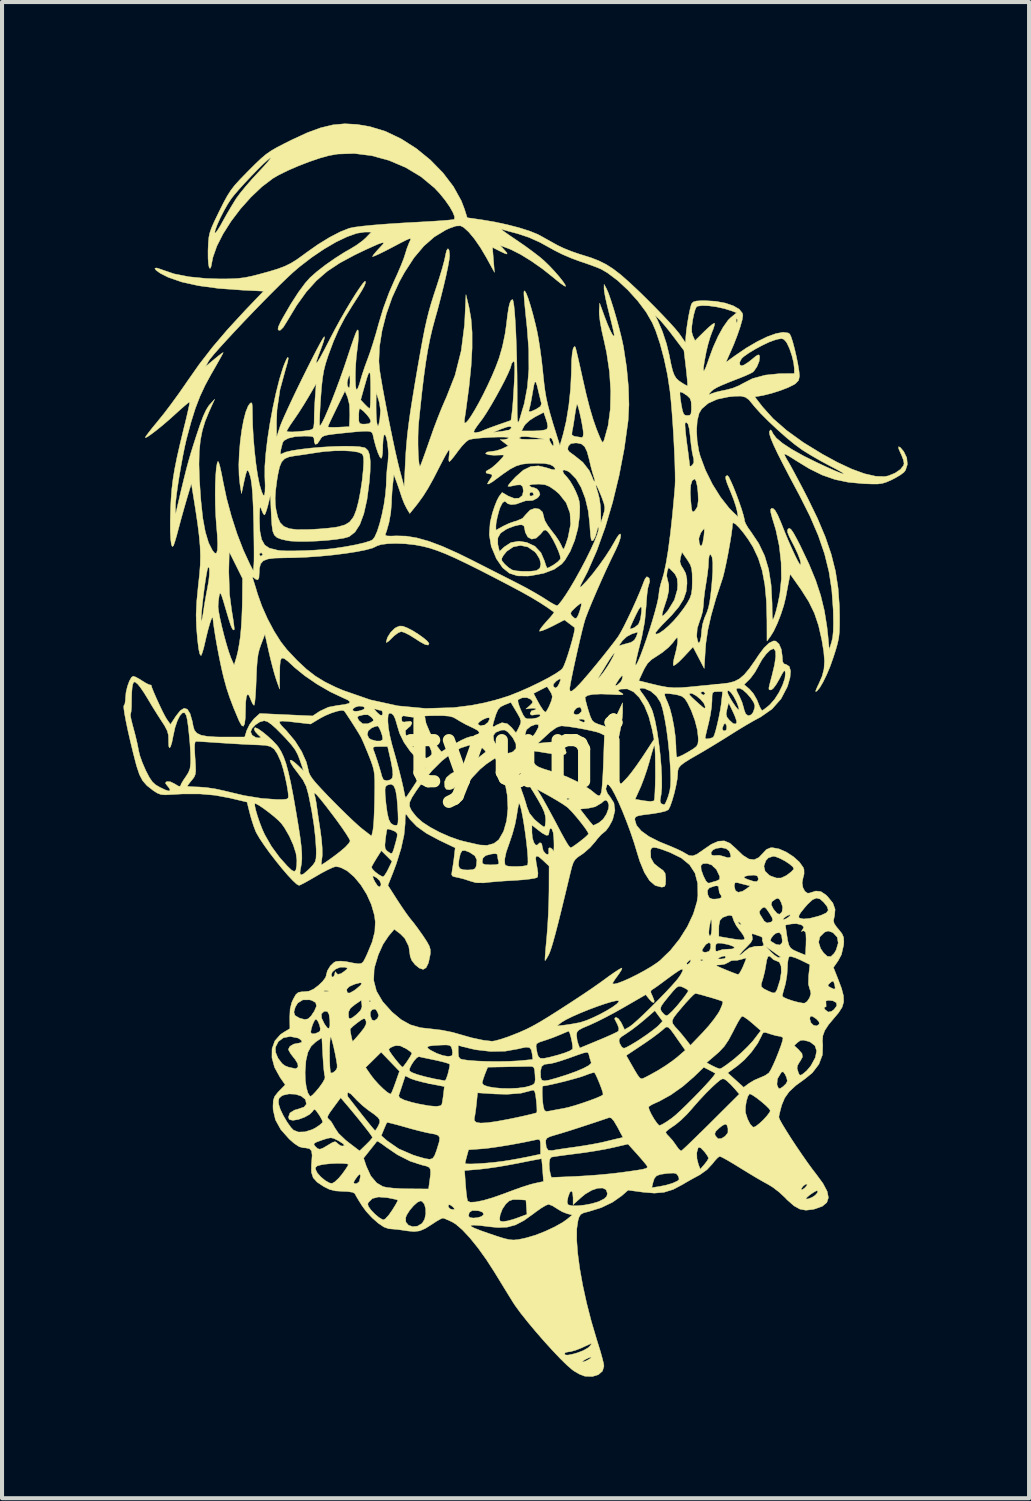
<source format=kicad_pcb>
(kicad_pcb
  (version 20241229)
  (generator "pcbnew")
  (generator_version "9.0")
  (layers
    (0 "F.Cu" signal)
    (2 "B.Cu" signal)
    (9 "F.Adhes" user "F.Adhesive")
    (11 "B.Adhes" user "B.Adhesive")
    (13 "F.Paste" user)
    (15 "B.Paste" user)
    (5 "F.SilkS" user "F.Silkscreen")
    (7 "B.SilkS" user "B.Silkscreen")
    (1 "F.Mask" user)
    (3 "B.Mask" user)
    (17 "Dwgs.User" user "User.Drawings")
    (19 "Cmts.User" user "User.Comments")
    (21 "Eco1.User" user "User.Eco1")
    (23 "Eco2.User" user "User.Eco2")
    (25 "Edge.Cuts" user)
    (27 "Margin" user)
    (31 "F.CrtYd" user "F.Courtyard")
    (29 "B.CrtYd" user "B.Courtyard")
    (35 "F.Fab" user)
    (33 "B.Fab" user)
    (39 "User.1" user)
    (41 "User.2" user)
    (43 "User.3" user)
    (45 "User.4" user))
  (footprint "tyuni"
    (layer "F.Cu")
    (at 9.7 15.547)
    (property "Reference" "tyuni" (at 0 0 0) (layer "F.SilkS") (effects (font (size 1.524 1.524) (thickness 0.3))))
    (attr through_hole)
    (fp_poly (pts (xy -2.808 -3.14) (xy -2.7 -3.099) (xy -2.686 -3.092) (xy -2.553 -3.023) (xy -2.415 -2.935) (xy -2.29 -2.845) (xy -2.198 -2.766) (xy -2.159 -2.712) (xy -2.159 -2.709) (xy -2.182 -2.672) (xy -2.256 -2.687) (xy -2.383 -2.756) (xy -2.511 -2.839) (xy -2.647 -2.923) (xy -2.767 -2.983) (xy -2.844 -3.006) (xy -2.922 -2.976) (xy -3.023 -2.9) (xy -3.074 -2.849) (xy -3.154 -2.771) (xy -3.206 -2.737) (xy -3.217 -2.745) (xy -3.186 -2.86) (xy -3.108 -2.985) (xy -3.007 -3.085) (xy -2.971 -3.108) (xy -2.886 -3.143) (xy -2.808 -3.14)) (stroke (width 0.01) (type solid)) (fill yes) (layer "F.SilkS"))
    (fp_poly (pts (xy -3.937 -15.526) (xy -3.623 -15.473) (xy -3.235 -15.355) (xy -2.848 -15.17) (xy -2.473 -14.931) (xy -2.125 -14.647) (xy -1.815 -14.33) (xy -1.557 -13.992) (xy -1.363 -13.642) (xy -1.285 -13.438) (xy -1.217 -13.223) (xy -0.852 -13.171) (xy -0.538 -13.118) (xy -0.224 -13.05) (xy 0.07 -12.974) (xy 0.325 -12.893) (xy 0.522 -12.813) (xy 0.572 -12.787) (xy 0.734 -12.697) (xy 0.917 -12.595) (xy 1.016 -12.54) (xy 1.169 -12.467) (xy 1.367 -12.388) (xy 1.574 -12.317) (xy 1.623 -12.303) (xy 1.842 -12.234) (xy 2.034 -12.159) (xy 2.213 -12.07) (xy 2.39 -11.956) (xy 2.578 -11.811) (xy 2.79 -11.624) (xy 3.04 -11.389) (xy 3.199 -11.233) (xy 3.407 -11.025) (xy 3.602 -10.824) (xy 3.775 -10.641) (xy 3.913 -10.488) (xy 4.005 -10.377) (xy 4.025 -10.351) (xy 4.17 -10.139) (xy 4.18 -10.287) (xy 4.195 -10.444) (xy 4.206 -10.523) (xy 4.325 -10.523) (xy 4.326 -10.402) (xy 4.352 -10.31) (xy 4.354 -10.304) (xy 4.407 -10.188) (xy 4.637 -10.415) (xy 4.748 -10.52) (xy 4.837 -10.593) (xy 4.885 -10.62) (xy 4.889 -10.619) (xy 4.887 -10.571) (xy 4.856 -10.473) (xy 4.83 -10.41) (xy 4.78 -10.273) (xy 4.727 -10.092) (xy 4.682 -9.904) (xy 4.681 -9.897) (xy 4.638 -9.67) (xy 4.616 -9.519) (xy 4.616 -9.445) (xy 4.636 -9.45) (xy 4.676 -9.534) (xy 4.736 -9.699) (xy 4.744 -9.726) (xy 4.854 -10.023) (xy 4.975 -10.293) (xy 5.1 -10.519) (xy 5.219 -10.687) (xy 5.224 -10.693) (xy 5.422 -10.693) (xy 5.43 -10.638) (xy 5.444 -10.637) (xy 5.454 -10.694) (xy 5.448 -10.718) (xy 5.429 -10.734) (xy 5.422 -10.693) (xy 5.224 -10.693) (xy 5.285 -10.754) (xy 5.434 -10.876) (xy 5.315 -10.921) (xy 5.132 -10.979) (xy 4.936 -11.022) (xy 4.747 -11.048) (xy 4.586 -11.054) (xy 4.474 -11.039) (xy 4.442 -11.021) (xy 4.412 -10.958) (xy 4.378 -10.838) (xy 4.349 -10.698) (xy 4.325 -10.523) (xy 4.206 -10.523) (xy 4.221 -10.627) (xy 4.252 -10.81) (xy 4.285 -10.968) (xy 4.314 -11.077) (xy 4.325 -11.102) (xy 4.364 -11.143) (xy 4.439 -11.166) (xy 4.571 -11.175) (xy 4.648 -11.175) (xy 4.914 -11.16) (xy 5.153 -11.116) (xy 5.351 -11.049) (xy 5.497 -10.965) (xy 5.576 -10.867) (xy 5.588 -10.811) (xy 5.571 -10.7) (xy 5.523 -10.531) (xy 5.452 -10.323) (xy 5.363 -10.093) (xy 5.287 -9.917) (xy 5.168 -9.652) (xy 5.389 -9.813) (xy 5.672 -10.006) (xy 5.942 -10.164) (xy 6.19 -10.285) (xy 6.406 -10.363) (xy 6.582 -10.395) (xy 6.706 -10.378) (xy 6.744 -10.353) (xy 6.776 -10.288) (xy 6.818 -10.161) (xy 6.863 -9.992) (xy 6.907 -9.803) (xy 6.945 -9.614) (xy 6.973 -9.447) (xy 6.985 -9.323) (xy 6.985 -9.311) (xy 6.964 -9.207) (xy 6.886 -9.126) (xy 6.847 -9.101) (xy 6.703 -9.03) (xy 6.508 -8.955) (xy 6.293 -8.887) (xy 6.092 -8.837) (xy 6.042 -8.828) (xy 5.883 -8.801) (xy 6.073 -8.554) (xy 6.333 -8.265) (xy 6.67 -7.971) (xy 7.078 -7.676) (xy 7.551 -7.386) (xy 7.924 -7.183) (xy 8.277 -7.018) (xy 8.593 -6.903) (xy 8.866 -6.841) (xy 9.088 -6.833) (xy 9.179 -6.851) (xy 9.347 -6.92) (xy 9.479 -7.011) (xy 9.555 -7.108) (xy 9.567 -7.159) (xy 9.549 -7.248) (xy 9.502 -7.369) (xy 9.482 -7.41) (xy 9.433 -7.525) (xy 9.433 -7.572) (xy 9.477 -7.549) (xy 9.559 -7.452) (xy 9.634 -7.296) (xy 9.649 -7.132) (xy 9.602 -6.988) (xy 9.563 -6.938) (xy 9.475 -6.872) (xy 9.343 -6.794) (xy 9.24 -6.742) (xy 9.128 -6.694) (xy 9.03 -6.664) (xy 8.923 -6.65) (xy 8.783 -6.649) (xy 8.585 -6.656) (xy 8.556 -6.658) (xy 8.192 -6.692) (xy 7.864 -6.76) (xy 7.549 -6.869) (xy 7.227 -7.028) (xy 6.875 -7.243) (xy 6.839 -7.267) (xy 6.726 -7.338) (xy 6.643 -7.382) (xy 6.614 -7.39) (xy 6.625 -7.348) (xy 6.671 -7.261) (xy 6.704 -7.206) (xy 6.757 -7.115) (xy 6.839 -6.964) (xy 6.944 -6.768) (xy 7.063 -6.542) (xy 7.186 -6.303) (xy 7.431 -5.798) (xy 7.624 -5.34) (xy 7.77 -4.912) (xy 7.874 -4.497) (xy 7.939 -4.077) (xy 7.971 -3.636) (xy 7.976 -3.408) (xy 7.976 -3.175) (xy 7.971 -3) (xy 7.955 -2.854) (xy 7.925 -2.711) (xy 7.877 -2.543) (xy 7.82 -2.366) (xy 7.742 -2.146) (xy 7.655 -1.939) (xy 7.567 -1.759) (xy 7.486 -1.621) (xy 7.418 -1.54) (xy 7.386 -1.524) (xy 7.391 -1.558) (xy 7.428 -1.645) (xy 7.467 -1.726) (xy 7.545 -1.906) (xy 7.59 -2.082) (xy 7.603 -2.275) (xy 7.585 -2.506) (xy 7.538 -2.795) (xy 7.537 -2.8) (xy 7.456 -3.157) (xy 7.353 -3.462) (xy 7.213 -3.748) (xy 7.023 -4.047) (xy 6.981 -4.106) (xy 6.756 -4.424) (xy 6.727 -4.276) (xy 6.703 -4.153) (xy 6.672 -3.988) (xy 6.647 -3.853) (xy 6.598 -3.651) (xy 6.524 -3.425) (xy 6.437 -3.203) (xy 6.346 -3.011) (xy 6.264 -2.879) (xy 6.183 -2.773) (xy 6.182 -3.282) (xy 6.169 -3.756) (xy 6.131 -4.161) (xy 6.065 -4.511) (xy 5.968 -4.818) (xy 5.837 -5.096) (xy 5.722 -5.28) (xy 5.604 -5.443) (xy 5.497 -5.572) (xy 5.41 -5.658) (xy 5.352 -5.692) (xy 5.334 -5.669) (xy 5.324 -5.552) (xy 5.3 -5.374) (xy 5.264 -5.158) (xy 5.222 -4.925) (xy 5.177 -4.697) (xy 5.133 -4.496) (xy 5.095 -4.344) (xy 5.08 -4.297) (xy 4.924 -3.826) (xy 4.807 -3.415) (xy 4.725 -3.054) (xy 4.676 -2.728) (xy 4.662 -2.561) (xy 4.634 -2.095) (xy 4.496 -2.361) (xy 4.358 -2.626) (xy 4.13 -2.382) (xy 4.021 -2.271) (xy 3.932 -2.195) (xy 3.879 -2.165) (xy 3.874 -2.166) (xy 3.869 -2.219) (xy 3.886 -2.327) (xy 3.912 -2.427) (xy 3.95 -2.579) (xy 3.974 -2.716) (xy 3.979 -2.777) (xy 3.977 -2.844) (xy 3.962 -2.858) (xy 3.92 -2.814) (xy 3.855 -2.726) (xy 3.749 -2.613) (xy 3.604 -2.493) (xy 3.485 -2.414) (xy 3.337 -2.318) (xy 3.238 -2.223) (xy 3.161 -2.099) (xy 3.128 -2.032) (xy 3.018 -1.794) (xy 3.297 -1.724) (xy 3.532 -1.668) (xy 3.717 -1.634) (xy 3.884 -1.62) (xy 4.063 -1.623) (xy 4.287 -1.641) (xy 4.345 -1.647) (xy 4.566 -1.669) (xy 4.786 -1.69) (xy 4.862 -1.698) (xy 5.619 -1.698) (xy 5.751 -1.586) (xy 5.85 -1.472) (xy 5.936 -1.32) (xy 5.957 -1.267) (xy 6.004 -1.149) (xy 6.046 -1.074) (xy 6.063 -1.058) (xy 6.111 -1.085) (xy 6.197 -1.152) (xy 6.259 -1.206) (xy 6.373 -1.336) (xy 6.48 -1.504) (xy 6.568 -1.684) (xy 6.625 -1.852) (xy 6.638 -1.98) (xy 6.627 -2.033) (xy 6.606 -2.037) (xy 6.568 -1.983) (xy 6.503 -1.863) (xy 6.486 -1.831) (xy 6.41 -1.7) (xy 6.339 -1.605) (xy 6.288 -1.566) (xy 6.286 -1.566) (xy 6.25 -1.567) (xy 6.232 -1.58) (xy 6.231 -1.621) (xy 6.25 -1.706) (xy 6.288 -1.852) (xy 6.305 -1.915) (xy 6.37 -2.188) (xy 6.399 -2.391) (xy 6.394 -2.523) (xy 6.353 -2.58) (xy 6.337 -2.582) (xy 6.259 -2.547) (xy 6.162 -2.452) (xy 6.061 -2.316) (xy 5.972 -2.157) (xy 5.969 -2.149) (xy 5.886 -2.002) (xy 5.786 -1.866) (xy 5.747 -1.823) (xy 5.619 -1.698) (xy 4.862 -1.698) (xy 4.972 -1.708) (xy 5.054 -1.716) (xy 5.233 -1.738) (xy 5.379 -1.776) (xy 5.504 -1.841) (xy 5.622 -1.942) (xy 5.747 -2.091) (xy 5.893 -2.298) (xy 5.981 -2.431) (xy 6.112 -2.606) (xy 6.236 -2.723) (xy 6.344 -2.776) (xy 6.399 -2.772) (xy 6.48 -2.7) (xy 6.537 -2.567) (xy 6.561 -2.395) (xy 6.562 -2.372) (xy 6.57 -2.261) (xy 6.603 -2.21) (xy 6.657 -2.194) (xy 6.734 -2.145) (xy 6.766 -2.034) (xy 6.752 -1.869) (xy 6.692 -1.66) (xy 6.687 -1.646) (xy 6.531 -1.347) (xy 6.308 -1.094) (xy 6.029 -0.899) (xy 5.995 -0.881) (xy 5.853 -0.804) (xy 5.666 -0.696) (xy 5.461 -0.572) (xy 5.292 -0.466) (xy 5.075 -0.33) (xy 4.84 -0.186) (xy 4.62 -0.054) (xy 4.487 0.023) (xy 4.284 0.14) (xy 4.144 0.228) (xy 4.055 0.297) (xy 4.005 0.359) (xy 3.984 0.424) (xy 3.979 0.503) (xy 3.979 0.507) (xy 3.968 0.634) (xy 3.937 0.801) (xy 3.895 0.983) (xy 3.845 1.157) (xy 3.796 1.299) (xy 3.753 1.386) (xy 3.746 1.393) (xy 3.677 1.426) (xy 3.544 1.459) (xy 3.368 1.489) (xy 3.304 1.497) (xy 3.123 1.52) (xy 3.01 1.54) (xy 2.95 1.564) (xy 2.925 1.597) (xy 2.921 1.639) (xy 2.962 1.775) (xy 3.08 1.915) (xy 3.27 2.052) (xy 3.523 2.18) (xy 3.632 2.225) (xy 3.817 2.3) (xy 3.984 2.373) (xy 4.109 2.434) (xy 4.155 2.462) (xy 4.258 2.52) (xy 4.349 2.531) (xy 4.452 2.491) (xy 4.508 2.453) (xy 4.8 2.453) (xy 4.816 2.509) (xy 4.884 2.525) (xy 4.908 2.52) (xy 5.004 2.516) (xy 5.084 2.536) (xy 5.216 2.576) (xy 5.283 2.564) (xy 5.292 2.537) (xy 5.273 2.466) (xy 5.248 2.41) (xy 5.173 2.35) (xy 5.055 2.328) (xy 4.927 2.346) (xy 4.849 2.385) (xy 4.8 2.453) (xy 4.508 2.453) (xy 4.591 2.396) (xy 4.602 2.387) (xy 4.811 2.244) (xy 4.982 2.169) (xy 5.129 2.16) (xy 5.266 2.217) (xy 5.405 2.34) (xy 5.412 2.347) (xy 5.588 2.516) (xy 5.736 2.608) (xy 5.866 2.626) (xy 5.983 2.57) (xy 6.072 2.477) (xy 6.169 2.373) (xy 6.267 2.332) (xy 6.316 2.328) (xy 6.48 2.358) (xy 6.661 2.437) (xy 6.836 2.551) (xy 6.982 2.682) (xy 7.078 2.816) (xy 7.097 2.868) (xy 7.099 2.978) (xy 7.071 3.087) (xy 7.051 3.199) (xy 7.071 3.314) (xy 7.12 3.406) (xy 7.186 3.452) (xy 7.231 3.448) (xy 7.39 3.398) (xy 7.515 3.412) (xy 7.638 3.494) (xy 7.677 3.532) (xy 7.809 3.694) (xy 7.865 3.851) (xy 7.85 4.018) (xy 7.844 4.039) (xy 7.825 4.126) (xy 7.841 4.198) (xy 7.9 4.285) (xy 7.948 4.341) (xy 8.034 4.45) (xy 8.074 4.54) (xy 8.081 4.651) (xy 8.076 4.729) (xy 8.021 4.969) (xy 7.941 5.118) (xy 7.824 5.286) (xy 7.934 5.563) (xy 8.024 5.802) (xy 8.072 5.987) (xy 8.077 6.135) (xy 8.038 6.267) (xy 7.952 6.401) (xy 7.853 6.519) (xy 7.703 6.698) (xy 7.609 6.842) (xy 7.562 6.971) (xy 7.552 7.107) (xy 7.56 7.196) (xy 7.552 7.442) (xy 7.464 7.675) (xy 7.303 7.886) (xy 7.123 8.033) (xy 6.894 8.2) (xy 6.73 8.353) (xy 6.62 8.508) (xy 6.548 8.681) (xy 6.544 8.695) (xy 6.507 8.833) (xy 6.482 8.942) (xy 6.477 8.984) (xy 6.5 9.044) (xy 6.564 9.16) (xy 6.66 9.317) (xy 6.778 9.504) (xy 6.912 9.707) (xy 7.051 9.911) (xy 7.187 10.106) (xy 7.311 10.276) (xy 7.392 10.38) (xy 7.566 10.617) (xy 7.669 10.812) (xy 7.7 10.967) (xy 7.66 11.089) (xy 7.549 11.181) (xy 7.364 11.247) (xy 7.317 11.258) (xy 7.146 11.278) (xy 6.997 11.252) (xy 6.851 11.171) (xy 6.688 11.028) (xy 6.665 11.004) (xy 7.148 11.004) (xy 7.209 10.995) (xy 7.298 10.959) (xy 7.374 10.909) (xy 7.426 10.851) (xy 7.438 10.806) (xy 7.415 10.795) (xy 7.364 10.818) (xy 7.274 10.876) (xy 7.239 10.901) (xy 7.157 10.972) (xy 7.148 11.004) (xy 6.665 11.004) (xy 6.629 10.967) (xy 6.488 10.835) (xy 6.396 10.764) (xy 7.027 10.764) (xy 7.053 10.772) (xy 7.112 10.731) (xy 7.168 10.669) (xy 7.177 10.634) (xy 7.133 10.639) (xy 7.074 10.685) (xy 7.032 10.744) (xy 7.027 10.764) (xy 6.396 10.764) (xy 6.331 10.714) (xy 6.214 10.642) (xy 6.097 10.578) (xy 5.93 10.482) (xy 5.737 10.366) (xy 5.538 10.244) (xy 5.537 10.243) (xy 5.358 10.133) (xy 5.202 10.041) (xy 5.085 9.977) (xy 5.022 9.949) (xy 5.018 9.948) (xy 4.968 9.98) (xy 4.892 10.062) (xy 4.841 10.128) (xy 4.7 10.279) (xy 4.526 10.403) (xy 4.506 10.414) (xy 4.341 10.503) (xy 4.167 10.602) (xy 4.108 10.638) (xy 3.869 10.765) (xy 3.644 10.835) (xy 3.403 10.856) (xy 3.124 10.833) (xy 2.755 10.783) (xy 2.597 10.922) (xy 2.37 11.081) (xy 2.091 11.215) (xy 1.792 11.308) (xy 1.788 11.309) (xy 1.658 11.343) (xy 1.585 11.382) (xy 1.544 11.449) (xy 1.519 11.532) (xy 1.488 11.737) (xy 1.486 12.01) (xy 1.511 12.341) (xy 1.561 12.718) (xy 1.635 13.131) (xy 1.731 13.569) (xy 1.847 14.021) (xy 1.982 14.477) (xy 2.01 14.566) (xy 2.07 14.76) (xy 2.118 14.933) (xy 2.15 15.064) (xy 2.159 15.127) (xy 2.122 15.25) (xy 2.021 15.338) (xy 1.874 15.383) (xy 1.699 15.377) (xy 1.667 15.37) (xy 1.551 15.324) (xy 1.418 15.246) (xy 1.375 15.215) (xy 1.246 15.103) (xy 1.166 15.025) (xy 1.629 15.025) (xy 1.63 15.025) (xy 1.695 15.006) (xy 1.778 14.965) (xy 1.84 14.923) (xy 1.843 14.904) (xy 1.841 14.904) (xy 1.776 14.924) (xy 1.693 14.965) (xy 1.632 15.007) (xy 1.629 15.025) (xy 1.166 15.025) (xy 1.078 14.938) (xy 0.963 14.817) (xy 1.185 14.817) (xy 1.204 14.85) (xy 1.27 14.854) (xy 1.393 14.829) (xy 1.509 14.796) (xy 1.649 14.742) (xy 1.765 14.675) (xy 1.803 14.642) (xy 1.847 14.584) (xy 1.843 14.568) (xy 1.841 14.569) (xy 1.781 14.596) (xy 1.673 14.645) (xy 1.595 14.681) (xy 1.457 14.735) (xy 1.335 14.769) (xy 1.288 14.774) (xy 1.21 14.789) (xy 1.185 14.817) (xy 0.963 14.817) (xy 0.884 14.734) (xy 0.677 14.506) (xy 0.469 14.267) (xy 0.274 14.033) (xy 0.103 13.818) (xy -0.03 13.636) (xy -0.081 13.559) (xy -0.213 13.346) (xy -0.362 13.103) (xy -0.503 12.873) (xy -0.544 12.806) (xy -0.744 12.496) (xy -0.948 12.212) (xy -1.147 11.965) (xy -1.332 11.766) (xy -1.464 11.651) (xy -1.126 11.651) (xy -1.123 11.676) (xy -1.037 11.721) (xy -0.87 11.786) (xy -0.699 11.846) (xy -0.471 11.923) (xy -0.304 11.975) (xy -0.177 12.004) (xy -0.071 12.013) (xy 0.036 12.003) (xy 0.163 11.978) (xy 0.251 11.957) (xy 0.468 11.893) (xy 0.705 11.8) (xy 0.937 11.692) (xy 1.135 11.581) (xy 1.249 11.501) (xy 1.376 11.395) (xy 1.249 11.363) (xy 1.127 11.315) (xy 1.001 11.24) (xy 0.991 11.233) (xy 0.887 11.168) (xy 0.799 11.135) (xy 0.787 11.134) (xy 0.722 11.159) (xy 0.611 11.225) (xy 0.475 11.321) (xy 0.42 11.363) (xy 0.184 11.532) (xy -0.024 11.641) (xy -0.228 11.696) (xy -0.451 11.706) (xy -0.643 11.688) (xy -0.887 11.658) (xy -1.048 11.646) (xy -1.126 11.651) (xy -1.464 11.651) (xy -1.493 11.626) (xy -1.576 11.574) (xy -1.697 11.516) (xy -1.734 11.501) (xy -0.418 11.501) (xy -0.402 11.546) (xy -0.342 11.557) (xy -0.324 11.557) (xy -0.224 11.542) (xy -0.083 11.504) (xy 0.022 11.468) (xy 0.258 11.38) (xy 0.246 11.204) (xy 0.236 11.069) (xy 1.251 11.069) (xy 1.267 11.132) (xy 1.282 11.145) (xy 1.367 11.167) (xy 1.507 11.168) (xy 1.678 11.15) (xy 1.853 11.117) (xy 2.007 11.072) (xy 2.045 11.057) (xy 2.168 10.994) (xy 2.228 10.935) (xy 2.244 10.864) (xy 2.212 10.772) (xy 2.128 10.73) (xy 2.005 10.735) (xy 1.857 10.785) (xy 1.699 10.878) (xy 1.608 10.952) (xy 1.397 11.142) (xy 1.397 10.968) (xy 1.385 10.844) (xy 1.355 10.801) (xy 1.314 10.841) (xy 1.273 10.952) (xy 1.251 11.069) (xy 0.236 11.069) (xy 0.233 11.028) (xy 0.042 11.015) (xy -0.091 11.016) (xy -0.181 11.049) (xy -0.262 11.121) (xy -0.347 11.246) (xy -0.402 11.389) (xy -0.404 11.398) (xy -0.418 11.501) (xy -1.734 11.501) (xy -1.789 11.479) (xy -1.82 11.472) (xy -1.876 11.495) (xy -1.978 11.553) (xy -2.081 11.621) (xy -2.252 11.729) (xy -2.391 11.788) (xy -2.528 11.805) (xy -2.692 11.789) (xy -2.699 11.788) (xy -2.838 11.767) (xy -2.953 11.752) (xy -2.985 11.749) (xy -3.102 11.739) (xy -3.158 11.734) (xy -3.272 11.693) (xy -3.414 11.598) (xy -3.566 11.463) (xy -3.711 11.306) (xy -3.812 11.168) (xy -3.84 11.123) (xy -3.672 11.123) (xy -3.656 11.184) (xy -3.591 11.274) (xy -3.498 11.371) (xy -3.397 11.456) (xy -3.309 11.508) (xy -3.277 11.515) (xy -3.226 11.481) (xy -3.21 11.462) (xy -2.737 11.462) (xy -2.731 11.571) (xy -2.667 11.647) (xy -2.565 11.683) (xy -2.447 11.672) (xy -2.335 11.606) (xy -2.328 11.599) (xy -2.268 11.5) (xy -2.251 11.422) (xy -1.185 11.422) (xy -1.15 11.458) (xy -1.066 11.471) (xy -0.962 11.461) (xy -0.869 11.434) (xy -0.816 11.392) (xy -0.813 11.383) (xy -0.831 11.331) (xy -0.916 11.297) (xy -0.959 11.289) (xy -1.094 11.286) (xy -1.166 11.335) (xy -1.185 11.422) (xy -2.251 11.422) (xy -2.24 11.371) (xy -2.243 11.239) (xy -2.255 11.196) (xy -1.684 11.196) (xy -1.637 11.245) (xy -1.576 11.261) (xy -1.53 11.255) (xy -1.545 11.223) (xy -1.577 11.189) (xy -1.642 11.144) (xy -1.675 11.144) (xy -1.684 11.196) (xy -2.255 11.196) (xy -2.275 11.126) (xy -2.334 11.058) (xy -2.372 11.049) (xy -2.446 11.082) (xy -2.54 11.166) (xy -2.635 11.277) (xy -2.708 11.392) (xy -2.737 11.462) (xy -3.21 11.462) (xy -3.15 11.394) (xy -3.068 11.277) (xy -2.993 11.156) (xy -2.943 11.066) (xy -2.929 11.027) (xy -2.974 11.013) (xy -3.079 10.99) (xy -3.193 10.968) (xy -3.406 10.951) (xy -3.558 10.989) (xy -3.654 11.084) (xy -3.672 11.123) (xy -3.84 11.123) (xy -3.895 11.036) (xy -3.959 10.928) (xy -3.99 10.868) (xy -3.991 10.867) (xy -4.043 10.836) (xy -4.169 10.817) (xy -4.285 10.813) (xy -4.471 10.801) (xy -4.616 10.765) (xy -4.758 10.694) (xy -4.923 10.584) (xy -5.02 10.475) (xy -5.063 10.342) (xy -5.063 10.267) (xy -4.962 10.267) (xy -4.919 10.355) (xy -4.831 10.455) (xy -4.721 10.546) (xy -4.616 10.605) (xy -4.554 10.617) (xy -4.513 10.594) (xy -4.021 10.594) (xy -3.995 10.626) (xy -3.937 10.616) (xy -3.886 10.574) (xy -3.878 10.559) (xy -3.855 10.455) (xy -3.853 10.421) (xy -3.865 10.387) (xy -3.906 10.418) (xy -3.937 10.456) (xy -3.995 10.539) (xy -4.021 10.593) (xy -4.021 10.594) (xy -4.513 10.594) (xy -4.485 10.578) (xy -4.391 10.49) (xy -4.309 10.393) (xy -4.226 10.278) (xy -4.168 10.189) (xy -4.149 10.149) (xy -4.187 10.132) (xy -4.287 10.123) (xy -4.427 10.121) (xy -4.583 10.128) (xy -4.734 10.143) (xy -4.805 10.154) (xy -4.915 10.182) (xy -4.96 10.223) (xy -4.962 10.267) (xy -5.063 10.267) (xy -5.063 10.161) (xy -5.057 10.094) (xy -5.05 9.992) (xy -3.774 9.992) (xy -3.707 10.192) (xy -3.597 10.432) (xy -3.451 10.604) (xy -3.297 10.694) (xy -3.196 10.716) (xy -3.033 10.734) (xy -2.833 10.746) (xy -2.662 10.749) (xy -2.171 10.753) (xy -2.144 10.556) (xy -2.122 10.387) (xy -2.122 10.298) (xy -1.282 10.298) (xy -1.257 10.653) (xy -1.242 10.822) (xy -1.225 10.959) (xy -1.209 11.042) (xy -1.204 11.053) (xy -1.139 11.081) (xy -1.008 11.074) (xy -0.819 11.036) (xy -0.583 10.967) (xy -0.309 10.87) (xy -0.254 10.849) (xy -0.042 10.77) (xy 0.099 10.721) (xy 3.34 10.721) (xy 3.534 10.691) (xy 3.692 10.659) (xy 3.843 10.614) (xy 3.875 10.601) (xy 3.978 10.554) (xy 4.015 10.514) (xy 4.001 10.456) (xy 3.982 10.419) (xy 3.945 10.377) (xy 3.879 10.361) (xy 3.761 10.366) (xy 3.707 10.371) (xy 3.55 10.394) (xy 3.456 10.43) (xy 3.403 10.492) (xy 3.369 10.597) (xy 3.369 10.599) (xy 3.34 10.721) (xy 0.099 10.721) (xy 0.164 10.698) (xy 0.34 10.642) (xy 0.449 10.614) (xy 0.666 10.568) (xy 0.645 10.29) (xy 0.634 10.148) (xy 0.632 10.13) (xy 0.806 10.13) (xy 0.813 10.267) (xy 0.833 10.367) (xy 0.86 10.468) (xy 1.456 10.443) (xy 1.73 10.427) (xy 2.029 10.405) (xy 2.314 10.378) (xy 2.54 10.352) (xy 2.803 10.316) (xy 2.993 10.288) (xy 3.119 10.266) (xy 3.194 10.246) (xy 3.227 10.225) (xy 3.229 10.2) (xy 3.211 10.169) (xy 3.207 10.163) (xy 3.152 10.095) (xy 3.06 9.987) (xy 2.954 9.867) (xy 2.945 9.857) (xy 4.45 9.857) (xy 4.455 10.008) (xy 4.491 10.147) (xy 4.536 10.266) (xy 4.639 10.147) (xy 4.706 10.06) (xy 4.74 9.998) (xy 4.741 9.992) (xy 4.716 9.939) (xy 4.654 9.851) (xy 4.629 9.822) (xy 4.551 9.741) (xy 4.502 9.725) (xy 4.482 9.744) (xy 4.45 9.857) (xy 2.945 9.857) (xy 2.753 9.645) (xy 2.382 9.731) (xy 2.187 9.772) (xy 1.942 9.815) (xy 1.678 9.856) (xy 1.46 9.884) (xy 1.25 9.911) (xy 1.069 9.935) (xy 0.933 9.955) (xy 0.862 9.968) (xy 0.857 9.969) (xy 0.821 10.022) (xy 0.806 10.13) (xy 0.632 10.13) (xy 0.624 10.046) (xy 0.619 10.007) (xy 0.578 10.013) (xy 0.469 10.033) (xy 0.307 10.064) (xy 0.107 10.104) (xy 0.028 10.12) (xy -0.224 10.167) (xy -0.484 10.211) (xy -0.723 10.245) (xy -0.91 10.267) (xy -0.92 10.268) (xy -1.282 10.298) (xy -2.122 10.298) (xy -2.122 10.283) (xy -2.151 10.223) (xy -2.22 10.19) (xy -2.329 10.164) (xy -2.458 10.122) (xy -1.27 10.122) (xy -1.231 10.133) (xy -1.125 10.136) (xy -0.969 10.13) (xy -0.782 10.117) (xy -0.579 10.099) (xy -0.379 10.075) (xy -0.36 10.073) (xy -0.16 10.042) (xy 0.069 10.001) (xy 0.265 9.963) (xy 0.593 9.894) (xy 0.593 9.704) (xy 0.589 9.589) (xy 0.588 9.586) (xy 0.72 9.586) (xy 0.735 9.727) (xy 0.784 9.797) (xy 0.875 9.804) (xy 0.884 9.803) (xy 0.971 9.787) (xy 1.119 9.764) (xy 1.305 9.737) (xy 1.451 9.717) (xy 1.67 9.684) (xy 1.886 9.647) (xy 2.069 9.612) (xy 2.149 9.594) (xy 2.305 9.556) (xy 2.445 9.522) (xy 2.51 9.507) (xy 2.628 9.48) (xy 2.561 9.354) (xy 3.683 9.354) (xy 3.711 9.402) (xy 3.769 9.463) (xy 3.85 9.552) (xy 3.934 9.668) (xy 3.943 9.683) (xy 4.007 9.77) (xy 4.058 9.812) (xy 4.067 9.813) (xy 4.107 9.78) (xy 4.197 9.697) (xy 4.329 9.57) (xy 4.494 9.409) (xy 4.51 9.394) (xy 4.895 9.394) (xy 4.913 9.444) (xy 4.976 9.513) (xy 5.06 9.508) (xy 5.151 9.45) (xy 5.219 9.364) (xy 5.22 9.26) (xy 5.194 9.175) (xy 5.152 9.152) (xy 5.079 9.19) (xy 4.999 9.253) (xy 4.917 9.333) (xy 4.895 9.394) (xy 4.51 9.394) (xy 4.684 9.223) (xy 4.802 9.106) (xy 5.071 8.838) (xy 5.65 8.838) (xy 5.656 8.878) (xy 5.705 9.029) (xy 5.767 9.15) (xy 5.831 9.22) (xy 5.858 9.229) (xy 5.916 9.2) (xy 6.008 9.127) (xy 6.089 9.051) (xy 6.184 8.947) (xy 6.248 8.861) (xy 6.265 8.822) (xy 6.235 8.772) (xy 6.156 8.693) (xy 6.05 8.601) (xy 5.937 8.512) (xy 5.835 8.442) (xy 5.766 8.407) (xy 5.75 8.408) (xy 5.71 8.47) (xy 5.676 8.584) (xy 5.654 8.718) (xy 5.65 8.838) (xy 5.071 8.838) (xy 5.5 8.411) (xy 5.385 8.278) (xy 5.287 8.172) (xy 5.192 8.084) (xy 5.178 8.072) (xy 5.129 8.04) (xy 5.084 8.035) (xy 5.026 8.065) (xy 4.937 8.139) (xy 4.833 8.234) (xy 4.679 8.386) (xy 4.509 8.568) (xy 4.355 8.743) (xy 4.341 8.761) (xy 4.203 8.915) (xy 4.052 9.061) (xy 3.918 9.171) (xy 3.892 9.188) (xy 3.78 9.265) (xy 3.704 9.326) (xy 3.683 9.354) (xy 2.561 9.354) (xy 2.492 9.224) (xy 2.406 9.078) (xy 2.341 9.003) (xy 2.289 8.991) (xy 1.927 9.113) (xy 1.601 9.22) (xy 1.323 9.31) (xy 1.103 9.378) (xy 0.963 9.419) (xy 0.825 9.461) (xy 0.751 9.5) (xy 0.723 9.549) (xy 0.72 9.586) (xy 0.588 9.586) (xy 0.57 9.537) (xy 0.524 9.531) (xy 0.497 9.536) (xy 0.183 9.601) (xy -0.133 9.66) (xy -0.431 9.709) (xy -0.687 9.745) (xy -0.856 9.762) (xy -1.183 9.786) (xy -1.226 9.941) (xy -1.254 10.048) (xy -1.269 10.116) (xy -1.27 10.122) (xy -2.458 10.122) (xy -2.625 10.068) (xy -2.937 9.91) (xy -3.208 9.726) (xy -3.322 9.642) (xy -3.406 9.587) (xy -3.442 9.572) (xy -3.472 9.611) (xy -3.54 9.697) (xy -3.614 9.79) (xy -3.774 9.992) (xy -5.05 9.992) (xy -5.045 9.92) (xy -5.06 9.814) (xy -5.111 9.759) (xy -5.208 9.739) (xy -5.262 9.737) (xy -5.362 9.711) (xy -5.44 9.66) (xy -4.999 9.66) (xy -4.967 9.703) (xy -4.909 9.757) (xy -4.853 9.772) (xy -4.776 9.744) (xy -4.653 9.671) (xy -4.648 9.668) (xy -4.541 9.604) (xy -4.479 9.585) (xy -4.439 9.605) (xy -4.422 9.626) (xy -4.347 9.683) (xy -4.3 9.694) (xy -4.248 9.68) (xy -4.276 9.639) (xy -4.382 9.571) (xy -4.421 9.55) (xy -4.51 9.506) (xy -4.581 9.49) (xy -4.665 9.503) (xy -4.796 9.545) (xy -4.804 9.548) (xy -4.932 9.594) (xy -4.993 9.627) (xy -4.999 9.66) (xy -5.44 9.66) (xy -5.487 9.629) (xy -5.609 9.522) (xy -5.819 9.286) (xy -5.95 9.048) (xy -6.008 8.798) (xy -6.011 8.712) (xy -6.005 8.592) (xy -5.878 8.592) (xy -5.87 8.665) (xy -5.831 8.787) (xy -5.756 8.943) (xy -5.662 9.103) (xy -5.567 9.236) (xy -5.504 9.301) (xy -5.384 9.348) (xy -5.223 9.343) (xy -5.046 9.288) (xy -4.967 9.248) (xy -4.862 9.178) (xy -4.795 9.119) (xy -4.784 9.098) (xy -4.806 9.039) (xy -4.827 9.001) (xy -4.663 9.001) (xy -4.634 9.029) (xy -4.574 9.091) (xy -4.51 9.197) (xy -4.494 9.23) (xy -4.394 9.38) (xy -4.218 9.548) (xy -4.149 9.603) (xy -3.873 9.813) (xy -3.715 9.66) (xy -3.625 9.569) (xy -3.567 9.5) (xy -3.556 9.478) (xy -3.581 9.437) (xy -3.338 9.437) (xy -3.192 9.565) (xy -2.908 9.762) (xy -2.551 9.916) (xy -2.434 9.953) (xy -2.258 10.003) (xy -2.143 10.021) (xy -2.071 10) (xy -2.022 9.931) (xy -1.975 9.806) (xy -1.957 9.749) (xy -1.908 9.588) (xy -1.896 9.489) (xy -1.93 9.432) (xy -2.018 9.4) (xy -2.133 9.38) (xy -2.248 9.356) (xy -2.417 9.315) (xy -2.615 9.263) (xy -2.747 9.225) (xy -2.926 9.175) (xy -3.072 9.137) (xy -3.168 9.114) (xy -3.197 9.111) (xy -3.219 9.154) (xy -3.259 9.246) (xy -3.273 9.28) (xy -3.338 9.437) (xy -3.581 9.437) (xy -3.582 9.435) (xy -3.652 9.34) (xy -3.756 9.207) (xy -3.884 9.046) (xy -4.026 8.873) (xy -4.171 8.699) (xy -4.219 8.643) (xy -4.34 8.501) (xy -4.521 8.746) (xy -4.614 8.875) (xy -4.659 8.955) (xy -4.663 9.001) (xy -4.827 9.001) (xy -4.861 8.942) (xy -4.886 8.905) (xy -4.951 8.814) (xy -4.989 8.787) (xy -5.019 8.814) (xy -5.033 8.838) (xy -5.106 8.911) (xy -5.233 8.982) (xy -5.38 9.036) (xy -5.516 9.059) (xy -5.525 9.059) (xy -5.609 9.038) (xy -5.63 8.98) (xy -5.593 8.877) (xy -5.48 8.806) (xy -5.384 8.779) (xy -5.245 8.731) (xy -5.186 8.658) (xy -5.207 8.558) (xy -5.221 8.535) (xy -5.315 8.46) (xy -5.456 8.415) (xy -5.615 8.407) (xy -5.757 8.438) (xy -5.794 8.456) (xy -5.861 8.514) (xy -5.878 8.592) (xy -6.005 8.592) (xy -6.004 8.57) (xy -5.971 8.471) (xy -5.895 8.373) (xy -5.86 8.336) (xy -5.709 8.182) (xy -5.838 7.996) (xy -5.904 7.875) (xy -5.218 7.875) (xy -5.212 8.07) (xy -5.188 8.244) (xy -5.151 8.378) (xy -5.105 8.455) (xy -5.078 8.467) (xy -5.059 8.452) (xy -4.173 8.452) (xy -4.159 8.479) (xy -3.975 8.715) (xy -3.812 8.924) (xy -3.675 9.096) (xy -3.571 9.223) (xy -3.507 9.297) (xy -3.49 9.313) (xy -3.462 9.28) (xy -3.414 9.199) (xy -3.409 9.189) (xy -3.377 9.114) (xy -3.377 9.052) (xy -3.41 9.003) (xy -1.04 9.003) (xy -1.04 9.068) (xy -0.991 9.109) (xy -0.888 9.126) (xy -0.724 9.118) (xy -0.494 9.086) (xy -0.192 9.03) (xy -0.003 8.991) (xy 0.189 8.949) (xy 0.348 8.912) (xy 0.457 8.884) (xy 0.5 8.87) (xy 0.505 8.822) (xy 0.501 8.713) (xy 0.488 8.571) (xy 0.469 8.421) (xy 0.449 8.346) (xy 0.635 8.346) (xy 0.638 8.472) (xy 0.647 8.602) (xy 0.661 8.71) (xy 0.662 8.719) (xy 0.688 8.811) (xy 0.735 8.84) (xy 0.821 8.828) (xy 0.944 8.804) (xy 1.1 8.775) (xy 1.164 8.764) (xy 1.289 8.736) (xy 1.3 8.733) (xy 3.26 8.733) (xy 3.28 8.806) (xy 3.331 8.913) (xy 3.398 9.028) (xy 3.466 9.126) (xy 3.518 9.182) (xy 3.531 9.186) (xy 3.592 9.162) (xy 3.697 9.1) (xy 3.826 9.011) (xy 3.837 9.003) (xy 3.931 8.926) (xy 4.056 8.811) (xy 4.203 8.669) (xy 4.359 8.513) (xy 4.515 8.354) (xy 4.658 8.202) (xy 4.778 8.07) (xy 4.864 7.968) (xy 4.905 7.909) (xy 4.906 7.899) (xy 4.887 7.888) (xy 5.214 7.888) (xy 5.411 8.066) (xy 5.608 8.244) (xy 5.709 8.169) (xy 6.429 8.169) (xy 6.439 8.204) (xy 6.469 8.269) (xy 6.507 8.274) (xy 6.581 8.226) (xy 6.656 8.152) (xy 6.686 8.086) (xy 6.666 8.001) (xy 6.631 7.924) (xy 6.584 7.86) (xy 6.545 7.868) (xy 6.533 7.882) (xy 6.442 8.034) (xy 6.429 8.169) (xy 5.709 8.169) (xy 5.735 8.149) (xy 5.869 8.068) (xy 6.014 8.006) (xy 6.017 8.005) (xy 6.136 7.953) (xy 6.226 7.891) (xy 6.234 7.883) (xy 6.278 7.812) (xy 6.337 7.69) (xy 6.404 7.538) (xy 6.469 7.375) (xy 6.526 7.222) (xy 6.529 7.213) (xy 6.855 7.213) (xy 6.962 7.312) (xy 7.047 7.409) (xy 7.06 7.494) (xy 7.004 7.597) (xy 6.988 7.617) (xy 6.937 7.707) (xy 6.926 7.776) (xy 6.962 7.892) (xy 6.989 7.942) (xy 7.025 7.941) (xy 7.081 7.906) (xy 7.168 7.83) (xy 7.259 7.722) (xy 7.272 7.703) (xy 7.377 7.509) (xy 7.409 7.345) (xy 7.368 7.217) (xy 7.254 7.128) (xy 7.196 7.107) (xy 7.081 7.079) (xy 7.008 7.087) (xy 6.941 7.134) (xy 6.855 7.213) (xy 6.529 7.213) (xy 6.565 7.1) (xy 6.579 7.028) (xy 6.578 7.019) (xy 6.522 6.988) (xy 6.485 6.983) (xy 6.4 6.968) (xy 6.28 6.933) (xy 6.252 6.924) (xy 6.148 6.89) (xy 6.094 6.894) (xy 6.063 6.939) (xy 6.053 6.966) (xy 5.953 7.16) (xy 5.803 7.37) (xy 5.627 7.565) (xy 5.461 7.708) (xy 5.214 7.888) (xy 4.887 7.888) (xy 4.861 7.872) (xy 4.771 7.825) (xy 4.756 7.817) (xy 4.623 7.749) (xy 4.375 7.988) (xy 4.103 8.224) (xy 3.811 8.43) (xy 3.526 8.588) (xy 3.45 8.621) (xy 3.34 8.673) (xy 3.271 8.717) (xy 3.26 8.733) (xy 1.3 8.733) (xy 1.452 8.689) (xy 1.632 8.631) (xy 1.81 8.569) (xy 1.967 8.51) (xy 2.082 8.46) (xy 2.137 8.426) (xy 2.137 8.425) (xy 2.131 8.376) (xy 2.099 8.276) (xy 2.051 8.15) (xy 1.999 8.025) (xy 1.952 7.925) (xy 1.924 7.879) (xy 1.879 7.885) (xy 1.781 7.916) (xy 1.684 7.953) (xy 1.579 7.989) (xy 1.423 8.034) (xy 1.238 8.084) (xy 1.046 8.132) (xy 0.868 8.173) (xy 0.729 8.202) (xy 0.649 8.213) (xy 0.638 8.25) (xy 0.635 8.346) (xy 0.449 8.346) (xy 0.448 8.34) (xy 0.419 8.313) (xy 0.388 8.318) (xy 0.112 8.389) (xy -0.231 8.416) (xy -0.533 8.408) (xy -0.961 8.38) (xy -0.988 8.646) (xy -1.006 8.802) (xy -1.026 8.935) (xy -1.04 9.003) (xy -3.41 9.003) (xy -3.418 8.99) (xy -3.512 8.911) (xy -3.661 8.806) (xy -3.804 8.692) (xy -3.947 8.557) (xy -3.993 8.507) (xy -4.048 8.45) (xy -2.908 8.45) (xy -2.884 8.501) (xy -2.776 8.556) (xy -2.586 8.614) (xy -2.413 8.654) (xy -2.161 8.7) (xy -1.98 8.715) (xy -1.873 8.698) (xy -1.844 8.668) (xy -1.829 8.596) (xy -1.811 8.476) (xy -1.804 8.42) (xy -1.781 8.225) (xy -2.145 8.154) (xy -2.197 8.142) (xy -0.847 8.142) (xy -0.807 8.189) (xy -0.701 8.227) (xy -0.546 8.254) (xy -0.359 8.27) (xy -0.158 8.273) (xy 0.04 8.263) (xy 0.218 8.239) (xy 0.33 8.209) (xy 0.412 8.176) (xy 0.451 8.133) (xy 0.462 8.054) (xy 0.457 7.943) (xy 0.454 7.9) (xy 0.593 7.9) (xy 0.598 8.005) (xy 0.624 8.065) (xy 0.686 8.084) (xy 0.798 8.067) (xy 0.975 8.018) (xy 0.977 8.018) (xy 1.243 7.934) (xy 1.474 7.851) (xy 1.657 7.773) (xy 1.783 7.705) (xy 1.842 7.651) (xy 1.844 7.633) (xy 1.815 7.543) (xy 1.794 7.464) (xy 1.792 7.458) (xy 2.71 7.458) (xy 2.822 7.655) (xy 2.922 7.83) (xy 2.991 7.943) (xy 3.039 8.006) (xy 3.076 8.03) (xy 3.111 8.028) (xy 3.125 8.023) (xy 3.194 7.99) (xy 3.313 7.927) (xy 3.459 7.846) (xy 3.493 7.827) (xy 3.666 7.719) (xy 3.787 7.636) (xy 4.693 7.636) (xy 4.833 7.711) (xy 4.938 7.761) (xy 5.015 7.787) (xy 5.023 7.788) (xy 5.075 7.763) (xy 5.175 7.696) (xy 5.305 7.598) (xy 5.385 7.535) (xy 5.548 7.393) (xy 5.707 7.239) (xy 5.835 7.1) (xy 5.864 7.063) (xy 6.03 6.845) (xy 5.82 6.661) (xy 5.707 6.568) (xy 5.685 6.553) (xy 7.239 6.553) (xy 7.267 6.649) (xy 7.332 6.712) (xy 7.411 6.728) (xy 7.475 6.683) (xy 7.475 6.683) (xy 7.467 6.626) (xy 7.404 6.557) (xy 7.306 6.492) (xy 7.255 6.488) (xy 7.239 6.546) (xy 7.239 6.553) (xy 5.685 6.553) (xy 5.616 6.506) (xy 5.568 6.489) (xy 5.532 6.53) (xy 5.47 6.63) (xy 5.394 6.773) (xy 5.348 6.864) (xy 5.237 7.073) (xy 5.131 7.231) (xy 5.006 7.365) (xy 4.932 7.431) (xy 4.693 7.636) (xy 3.787 7.636) (xy 3.839 7.6) (xy 3.974 7.495) (xy 3.977 7.492) (xy 4.166 7.328) (xy 4.008 7.104) (xy 3.89 6.934) (xy 3.809 6.824) (xy 3.753 6.766) (xy 3.71 6.752) (xy 3.665 6.775) (xy 3.607 6.826) (xy 3.585 6.845) (xy 3.487 6.923) (xy 3.342 7.031) (xy 3.173 7.149) (xy 3.076 7.214) (xy 2.71 7.458) (xy 1.792 7.458) (xy 1.782 7.418) (xy 1.764 7.389) (xy 1.728 7.381) (xy 1.659 7.395) (xy 1.543 7.433) (xy 1.367 7.496) (xy 1.27 7.531) (xy 1.098 7.589) (xy 0.948 7.634) (xy 0.843 7.659) (xy 0.818 7.661) (xy 0.688 7.677) (xy 0.619 7.732) (xy 0.594 7.845) (xy 0.593 7.9) (xy 0.454 7.9) (xy 0.447 7.816) (xy 0.427 7.752) (xy 0.381 7.73) (xy 0.307 7.728) (xy 0.206 7.73) (xy 0.046 7.733) (xy -0.147 7.736) (xy -0.271 7.739) (xy -0.71 7.747) (xy -0.779 7.917) (xy -0.821 8.035) (xy -0.845 8.125) (xy -0.847 8.142) (xy -2.197 8.142) (xy -2.326 8.114) (xy -2.489 8.07) (xy -2.605 8.031) (xy -2.627 8.021) (xy -2.745 7.96) (xy -2.818 8.181) (xy -2.862 8.313) (xy -2.896 8.415) (xy -2.908 8.45) (xy -4.048 8.45) (xy -4.088 8.409) (xy -4.151 8.373) (xy -4.169 8.381) (xy -4.173 8.452) (xy -5.059 8.452) (xy -5.037 8.436) (xy -4.961 8.356) (xy -4.872 8.25) (xy -4.788 8.133) (xy -4.736 8.039) (xy -4.727 7.989) (xy -4.741 7.931) (xy -4.756 7.807) (xy -4.77 7.638) (xy -4.78 7.483) (xy -4.784 7.415) (xy -4.614 7.415) (xy -4.612 7.602) (xy -4.605 7.756) (xy -4.594 7.858) (xy -4.585 7.889) (xy -4.537 7.886) (xy -4.48 7.843) (xy -4.446 7.803) (xy -4.428 7.756) (xy -4.428 7.754) (xy -3.724 7.754) (xy -3.601 7.933) (xy -3.512 8.049) (xy -3.404 8.169) (xy -3.292 8.279) (xy -3.193 8.363) (xy -3.123 8.406) (xy -3.101 8.406) (xy -3.075 8.357) (xy -3.032 8.25) (xy -2.983 8.115) (xy -2.889 7.847) (xy -2.9 7.836) (xy -2.643 7.836) (xy -2.643 7.837) (xy -2.58 7.879) (xy -2.449 7.928) (xy -2.263 7.98) (xy -2.037 8.032) (xy -1.787 8.078) (xy -1.768 8.081) (xy -1.74 8.047) (xy -1.706 7.955) (xy -1.689 7.896) (xy -1.661 7.777) (xy -1.646 7.694) (xy -1.645 7.677) (xy -1.685 7.655) (xy -1.788 7.624) (xy -1.936 7.588) (xy -1.999 7.574) (xy -2.167 7.539) (xy -2.307 7.51) (xy -2.396 7.49) (xy -2.409 7.487) (xy -2.46 7.512) (xy -2.527 7.587) (xy -2.592 7.684) (xy -2.637 7.776) (xy -2.643 7.836) (xy -2.9 7.836) (xy -3.115 7.612) (xy -3.341 7.377) (xy -3.533 7.566) (xy -3.724 7.754) (xy -4.428 7.754) (xy -4.429 7.683) (xy -4.448 7.565) (xy -4.48 7.399) (xy -4.499 7.312) (xy -3.154 7.312) (xy -3.129 7.361) (xy -3.068 7.45) (xy -2.988 7.555) (xy -2.906 7.654) (xy -2.84 7.726) (xy -2.811 7.747) (xy -2.781 7.715) (xy -2.722 7.636) (xy -2.69 7.589) (xy -2.625 7.488) (xy -2.587 7.417) (xy -2.582 7.403) (xy -2.615 7.366) (xy -2.699 7.307) (xy -2.739 7.282) (xy -2.806 7.25) (xy -2.202 7.25) (xy -2.183 7.284) (xy -2.121 7.328) (xy -1.967 7.406) (xy -1.816 7.459) (xy -1.688 7.481) (xy -1.604 7.467) (xy -1.589 7.453) (xy -1.579 7.385) (xy -1.581 7.372) (xy -1.439 7.372) (xy -1.43 7.483) (xy -1.393 7.537) (xy -1.344 7.555) (xy -1.194 7.578) (xy -0.982 7.594) (xy -0.729 7.604) (xy -0.459 7.607) (xy -0.193 7.602) (xy 0.046 7.59) (xy 0.127 7.583) (xy 0.402 7.556) (xy 0.388 7.429) (xy 0.366 7.32) (xy 0.321 7.264) (xy 0.236 7.253) (xy 0.093 7.282) (xy 0.044 7.295) (xy -0.278 7.352) (xy -0.636 7.359) (xy -0.999 7.317) (xy -1.132 7.288) (xy -1.361 7.23) (xy 0.483 7.23) (xy 0.492 7.293) (xy 0.514 7.413) (xy 0.542 7.489) (xy 0.59 7.527) (xy 0.674 7.53) (xy 0.808 7.503) (xy 1.008 7.45) (xy 1.027 7.445) (xy 1.185 7.396) (xy 1.309 7.347) (xy 1.378 7.305) (xy 1.384 7.295) (xy 1.386 7.234) (xy 1.371 7.13) (xy 1.346 7.014) (xy 1.329 6.95) (xy 1.482 6.95) (xy 1.497 7.082) (xy 1.522 7.169) (xy 1.561 7.274) (xy 1.975 7.103) (xy 2.532 7.103) (xy 2.549 7.162) (xy 2.597 7.247) (xy 2.65 7.281) (xy 2.71 7.259) (xy 2.82 7.199) (xy 2.964 7.113) (xy 3.06 7.051) (xy 3.223 6.94) (xy 3.368 6.833) (xy 3.475 6.747) (xy 3.508 6.716) (xy 3.606 6.611) (xy 3.6 6.603) (xy 3.845 6.603) (xy 3.856 6.669) (xy 3.908 6.742) (xy 3.994 6.836) (xy 4.072 6.926) (xy 4.164 7.04) (xy 4.183 7.064) (xy 4.294 7.207) (xy 4.6 6.888) (xy 4.744 6.728) (xy 4.876 6.562) (xy 4.978 6.417) (xy 5.014 6.356) (xy 5.047 6.281) (xy 7.59 6.281) (xy 7.62 6.329) (xy 7.696 6.386) (xy 7.779 6.368) (xy 7.839 6.322) (xy 7.907 6.23) (xy 7.896 6.156) (xy 7.812 6.108) (xy 7.698 6.096) (xy 7.638 6.114) (xy 7.641 6.18) (xy 7.641 6.181) (xy 7.644 6.251) (xy 7.618 6.265) (xy 7.59 6.281) (xy 5.047 6.281) (xy 5.067 6.237) (xy 5.093 6.152) (xy 5.09 6.124) (xy 5.032 6.101) (xy 4.918 6.064) (xy 4.775 6.021) (xy 4.675 5.992) (xy 6.562 5.992) (xy 6.599 6.025) (xy 6.693 6.066) (xy 6.819 6.109) (xy 6.95 6.144) (xy 7.062 6.165) (xy 7.112 6.166) (xy 7.173 6.126) (xy 7.232 6.039) (xy 7.233 6.038) (xy 7.268 5.933) (xy 7.251 5.845) (xy 7.238 5.819) (xy 7.212 5.718) (xy 7.689 5.718) (xy 7.703 5.753) (xy 7.758 5.784) (xy 7.84 5.821) (xy 7.868 5.801) (xy 7.854 5.713) (xy 7.851 5.702) (xy 7.826 5.629) (xy 7.789 5.628) (xy 7.744 5.664) (xy 7.689 5.718) (xy 7.212 5.718) (xy 7.206 5.692) (xy 7.211 5.497) (xy 7.214 5.468) (xy 7.242 5.215) (xy 7.01 5.101) (xy 6.88 5.045) (xy 6.779 5.015) (xy 6.733 5.015) (xy 6.709 5.069) (xy 6.693 5.181) (xy 6.689 5.287) (xy 6.677 5.47) (xy 6.646 5.659) (xy 6.626 5.74) (xy 6.589 5.868) (xy 6.566 5.964) (xy 6.562 5.992) (xy 4.675 5.992) (xy 4.628 5.979) (xy 4.503 5.945) (xy 4.425 5.928) (xy 4.415 5.927) (xy 4.372 5.957) (xy 4.289 6.04) (xy 4.178 6.16) (xy 4.087 6.266) (xy 3.958 6.42) (xy 3.878 6.526) (xy 3.845 6.603) (xy 3.6 6.603) (xy 3.415 6.352) (xy 3.157 6.576) (xy 3.003 6.703) (xy 2.842 6.826) (xy 2.708 6.918) (xy 2.704 6.921) (xy 2.592 6.994) (xy 2.539 7.048) (xy 2.532 7.103) (xy 1.975 7.103) (xy 2.019 7.085) (xy 2.203 7.007) (xy 2.358 6.938) (xy 2.469 6.885) (xy 2.516 6.857) (xy 2.527 6.79) (xy 2.496 6.7) (xy 2.449 6.607) (xy 2.421 6.551) (xy 2.44 6.523) (xy 2.465 6.519) (xy 2.52 6.554) (xy 2.581 6.641) (xy 2.596 6.67) (xy 2.668 6.82) (xy 2.797 6.744) (xy 2.874 6.685) (xy 2.995 6.578) (xy 3.149 6.434) (xy 3.297 6.29) (xy 3.555 6.29) (xy 3.563 6.338) (xy 3.587 6.38) (xy 3.653 6.452) (xy 3.707 6.477) (xy 3.757 6.446) (xy 3.844 6.364) (xy 3.953 6.245) (xy 4.003 6.185) (xy 4.11 6.052) (xy 4.192 5.942) (xy 4.236 5.874) (xy 4.241 5.86) (xy 4.205 5.824) (xy 4.119 5.778) (xy 4.112 5.775) (xy 4.048 5.751) (xy 3.998 5.752) (xy 3.943 5.786) (xy 3.868 5.865) (xy 3.756 5.999) (xy 3.754 6.002) (xy 3.643 6.139) (xy 3.579 6.229) (xy 3.555 6.29) (xy 3.297 6.29) (xy 3.321 6.266) (xy 3.498 6.089) (xy 3.669 5.913) (xy 3.819 5.753) (xy 3.868 5.698) (xy 6.041 5.698) (xy 6.047 5.762) (xy 6.104 5.811) (xy 6.223 5.87) (xy 6.327 5.913) (xy 6.385 5.908) (xy 6.424 5.848) (xy 6.438 5.812) (xy 6.506 5.595) (xy 6.537 5.405) (xy 6.531 5.254) (xy 6.49 5.156) (xy 6.417 5.122) (xy 6.344 5.093) (xy 6.308 5.059) (xy 6.249 5.005) (xy 6.208 5.016) (xy 6.178 5.1) (xy 6.158 5.217) (xy 6.129 5.382) (xy 6.089 5.542) (xy 6.072 5.597) (xy 6.041 5.698) (xy 3.868 5.698) (xy 3.936 5.621) (xy 3.977 5.572) (xy 4.053 5.464) (xy 4.099 5.376) (xy 4.106 5.347) (xy 4.097 5.328) (xy 4.062 5.334) (xy 3.993 5.374) (xy 3.88 5.451) (xy 3.715 5.571) (xy 3.592 5.663) (xy 3.481 5.744) (xy 3.387 5.809) (xy 3.364 5.822) (xy 3.318 5.859) (xy 3.317 5.907) (xy 3.358 5.997) (xy 3.4 6.105) (xy 3.393 6.154) (xy 3.343 6.136) (xy 3.28 6.07) (xy 3.19 5.957) (xy 2.643 6.273) (xy 2.419 6.399) (xy 2.191 6.52) (xy 1.982 6.625) (xy 1.817 6.701) (xy 1.789 6.713) (xy 1.633 6.779) (xy 1.541 6.829) (xy 1.496 6.876) (xy 1.482 6.933) (xy 1.482 6.95) (xy 1.329 6.95) (xy 1.318 6.914) (xy 1.294 6.861) (xy 1.289 6.858) (xy 1.247 6.873) (xy 1.152 6.913) (xy 1.072 6.947) (xy 0.904 7.015) (xy 0.725 7.078) (xy 0.668 7.096) (xy 0.55 7.136) (xy 0.494 7.173) (xy 0.483 7.23) (xy -1.361 7.23) (xy -1.439 7.21) (xy -1.439 7.372) (xy -1.581 7.372) (xy -1.592 7.302) (xy -1.613 7.239) (xy -1.654 7.207) (xy -1.735 7.198) (xy -1.857 7.201) (xy -2.047 7.212) (xy -2.159 7.227) (xy -2.202 7.25) (xy -2.806 7.25) (xy -2.864 7.222) (xy -2.967 7.214) (xy -3.025 7.226) (xy -3.114 7.266) (xy -3.154 7.31) (xy -3.154 7.312) (xy -4.499 7.312) (xy -4.517 7.231) (xy -4.551 7.096) (xy -4.577 7.014) (xy -4.585 7.001) (xy -4.597 7.027) (xy -4.606 7.123) (xy -4.613 7.271) (xy -4.614 7.415) (xy -4.784 7.415) (xy -4.805 7.021) (xy -4.953 7.121) (xy -5.069 7.229) (xy -5.149 7.378) (xy -5.197 7.581) (xy -5.217 7.852) (xy -5.218 7.875) (xy -5.904 7.875) (xy -5.972 7.753) (xy -6.037 7.514) (xy -6.035 7.293) (xy -6.022 7.257) (xy -5.951 7.257) (xy -5.946 7.382) (xy -5.887 7.525) (xy -5.788 7.655) (xy -5.772 7.669) (xy -5.71 7.714) (xy -5.627 7.746) (xy -5.497 7.775) (xy -5.449 7.784) (xy -5.407 7.756) (xy -5.392 7.726) (xy -5.403 7.656) (xy -5.465 7.554) (xy -5.499 7.513) (xy -5.577 7.411) (xy -5.624 7.327) (xy -5.63 7.303) (xy -5.593 7.233) (xy -5.5 7.177) (xy -5.382 7.154) (xy -5.379 7.154) (xy -5.305 7.136) (xy -5.301 7.093) (xy -5.365 7.042) (xy -5.4 7.026) (xy -5.588 6.989) (xy -5.753 7.021) (xy -5.879 7.114) (xy -5.951 7.257) (xy -6.022 7.257) (xy -5.966 7.099) (xy -5.83 6.943) (xy -5.774 6.905) (xy -5.748 6.888) (xy -5.08 6.888) (xy -5.048 6.922) (xy -4.974 6.919) (xy -4.888 6.883) (xy -4.852 6.856) (xy -4.844 6.814) (xy -4.106 6.814) (xy -4.099 6.877) (xy -4.081 6.972) (xy -4.061 7.061) (xy -4.046 7.11) (xy -4.044 7.112) (xy -4.014 7.082) (xy -3.946 7.005) (xy -3.859 6.904) (xy -3.76 6.776) (xy -3.714 6.687) (xy -3.712 6.618) (xy -3.716 6.606) (xy -3.739 6.558) (xy -3.771 6.548) (xy -3.833 6.581) (xy -3.928 6.649) (xy -4.028 6.729) (xy -4.093 6.792) (xy -4.106 6.814) (xy -4.844 6.814) (xy -4.842 6.799) (xy -4.862 6.707) (xy -4.9 6.617) (xy -4.943 6.565) (xy -4.954 6.562) (xy -4.988 6.598) (xy -5.029 6.684) (xy -5.063 6.789) (xy -5.08 6.881) (xy -5.08 6.888) (xy -5.748 6.888) (xy -5.594 6.795) (xy -5.598 6.519) (xy -5.592 6.386) (xy -5.495 6.386) (xy -5.469 6.469) (xy -5.371 6.528) (xy -5.331 6.543) (xy -5.224 6.57) (xy -5.144 6.553) (xy -5.07 6.483) (xy -5.037 6.433) (xy -4.817 6.433) (xy -4.81 6.537) (xy -4.739 6.683) (xy -4.671 6.776) (xy -4.628 6.79) (xy -4.607 6.724) (xy -4.608 6.592) (xy -4.627 6.447) (xy -4.632 6.436) (xy -4.149 6.436) (xy -4.141 6.525) (xy -4.111 6.553) (xy -4.045 6.521) (xy -3.944 6.442) (xy -3.892 6.39) (xy -3.608 6.39) (xy -3.607 6.479) (xy -3.57 6.577) (xy -3.508 6.6) (xy -3.431 6.543) (xy -3.403 6.468) (xy -3.428 6.395) (xy -3.47 6.325) (xy -3.512 6.312) (xy -3.566 6.33) (xy -3.608 6.39) (xy -3.892 6.39) (xy -3.849 6.346) (xy -3.815 6.258) (xy -3.817 6.21) (xy -3.828 6.117) (xy -3.641 6.117) (xy -3.619 6.138) (xy -3.598 6.117) (xy -3.619 6.096) (xy -3.641 6.117) (xy -3.828 6.117) (xy -3.831 6.094) (xy -3.99 6.202) (xy -4.097 6.29) (xy -4.143 6.377) (xy -4.149 6.436) (xy -4.632 6.436) (xy -4.665 6.375) (xy -4.729 6.366) (xy -4.755 6.374) (xy -4.817 6.433) (xy -5.037 6.433) (xy -4.992 6.365) (xy -4.937 6.24) (xy -4.957 6.153) (xy -5.054 6.098) (xy -5.111 6.084) (xy -5.275 6.086) (xy -5.398 6.162) (xy -5.459 6.26) (xy -5.495 6.386) (xy -5.592 6.386) (xy -5.589 6.314) (xy -5.549 6.152) (xy -5.509 6.064) (xy -5.447 5.954) (xy -5.387 5.902) (xy -5.301 5.885) (xy -5.246 5.884) (xy -5.136 5.872) (xy -4.757 5.872) (xy -4.699 5.878) (xy -4.639 5.871) (xy -4.646 5.856) (xy -4.733 5.851) (xy -4.752 5.856) (xy -4.757 5.872) (xy -5.136 5.872) (xy -5.121 5.87) (xy -5.069 5.846) (xy -4.191 5.846) (xy -4.174 5.912) (xy -4.117 5.916) (xy -4.014 5.859) (xy -3.955 5.816) (xy -3.849 5.726) (xy -3.818 5.674) (xy -3.86 5.663) (xy -3.977 5.693) (xy -4 5.7) (xy -4.129 5.757) (xy -4.186 5.817) (xy -4.191 5.846) (xy -5.069 5.846) (xy -5.007 5.818) (xy -4.887 5.727) (xy -4.784 5.628) (xy -4.767 5.605) (xy -3.525 5.605) (xy -3.456 5.869) (xy -3.303 6.13) (xy -3.074 6.384) (xy -2.846 6.574) (xy -2.621 6.699) (xy -2.37 6.772) (xy -2.101 6.802) (xy -1.848 6.832) (xy -1.579 6.886) (xy -1.429 6.929) (xy -1.106 7.021) (xy -0.814 7.083) (xy -0.602 7.107) (xy -0.521 7.094) (xy -0.385 7.056) (xy -0.217 7) (xy -0.125 6.965) (xy 0.072 6.887) (xy 0.244 6.81) (xy 0.403 6.73) (xy 0.995 6.73) (xy 1.206 6.705) (xy 1.374 6.68) (xy 1.54 6.649) (xy 1.587 6.638) (xy 1.728 6.592) (xy 1.891 6.523) (xy 2.063 6.44) (xy 2.228 6.35) (xy 2.37 6.263) (xy 2.475 6.186) (xy 2.526 6.13) (xy 2.525 6.109) (xy 2.469 6.105) (xy 2.351 6.131) (xy 2.188 6.18) (xy 1.994 6.247) (xy 1.785 6.325) (xy 1.578 6.409) (xy 1.386 6.493) (xy 1.227 6.571) (xy 1.115 6.637) (xy 1.101 6.648) (xy 0.995 6.73) (xy 0.403 6.73) (xy 0.413 6.725) (xy 0.595 6.621) (xy 0.811 6.489) (xy 1.057 6.333) (xy 1.378 6.125) (xy 1.645 5.949) (xy 1.874 5.794) (xy 2.083 5.647) (xy 2.276 5.506) (xy 2.414 5.409) (xy 2.525 5.337) (xy 2.592 5.301) (xy 2.604 5.3) (xy 2.593 5.342) (xy 2.541 5.426) (xy 2.499 5.485) (xy 2.425 5.587) (xy 2.38 5.66) (xy 2.372 5.679) (xy 2.404 5.695) (xy 2.495 5.675) (xy 2.631 5.624) (xy 2.796 5.551) (xy 2.978 5.461) (xy 3.161 5.362) (xy 3.332 5.261) (xy 3.372 5.235) (xy 4.925 5.235) (xy 4.925 5.235) (xy 4.971 5.26) (xy 5.071 5.304) (xy 5.197 5.356) (xy 5.324 5.407) (xy 5.425 5.445) (xy 5.473 5.459) (xy 5.507 5.425) (xy 5.558 5.335) (xy 5.59 5.267) (xy 5.637 5.153) (xy 5.667 5.075) (xy 5.673 5.058) (xy 5.638 5.059) (xy 5.554 5.084) (xy 5.547 5.086) (xy 5.441 5.111) (xy 5.367 5.111) (xy 5.296 5.12) (xy 5.238 5.156) (xy 5.141 5.204) (xy 5.037 5.221) (xy 4.953 5.225) (xy 4.925 5.235) (xy 3.372 5.235) (xy 3.452 5.181) (xy 4.197 5.181) (xy 4.21 5.206) (xy 4.229 5.207) (xy 4.274 5.173) (xy 4.293 5.138) (xy 4.304 5.094) (xy 4.544 5.094) (xy 4.55 5.119) (xy 4.572 5.122) (xy 4.607 5.107) (xy 4.6 5.094) (xy 4.55 5.089) (xy 4.544 5.094) (xy 4.304 5.094) (xy 4.304 5.092) (xy 4.268 5.111) (xy 4.255 5.122) (xy 4.197 5.181) (xy 3.452 5.181) (xy 3.477 5.164) (xy 3.542 5.114) (xy 3.594 5.064) (xy 4.966 5.064) (xy 4.99 5.074) (xy 5.048 5.077) (xy 5.133 5.066) (xy 5.165 5.038) (xy 5.148 5.002) (xy 5.085 5.011) (xy 5.016 5.038) (xy 4.966 5.064) (xy 3.594 5.064) (xy 3.68 4.98) (xy 5.503 4.98) (xy 5.53 4.974) (xy 5.597 4.92) (xy 5.632 4.888) (xy 5.748 4.801) (xy 5.865 4.77) (xy 6.16 4.77) (xy 6.284 4.904) (xy 6.375 4.987) (xy 6.452 5.034) (xy 6.471 5.038) (xy 6.517 5.031) (xy 6.516 5.025) (xy 6.474 4.996) (xy 6.387 4.933) (xy 6.329 4.891) (xy 6.16 4.77) (xy 5.865 4.77) (xy 5.876 4.767) (xy 5.945 4.764) (xy 6.058 4.759) (xy 6.102 4.741) (xy 6.096 4.701) (xy 6.09 4.688) (xy 6.071 4.624) (xy 6.268 4.624) (xy 6.275 4.635) (xy 6.406 4.715) (xy 6.502 4.73) (xy 6.554 4.679) (xy 6.561 4.625) (xy 6.543 4.487) (xy 6.49 4.424) (xy 6.404 4.439) (xy 6.403 4.439) (xy 6.337 4.494) (xy 6.285 4.566) (xy 6.268 4.624) (xy 6.071 4.624) (xy 6.067 4.609) (xy 6.072 4.576) (xy 6.058 4.536) (xy 6.021 4.518) (xy 5.917 4.483) (xy 5.869 4.465) (xy 5.814 4.452) (xy 5.811 4.495) (xy 5.82 4.526) (xy 5.824 4.595) (xy 5.784 4.671) (xy 5.688 4.773) (xy 5.676 4.785) (xy 5.582 4.88) (xy 5.519 4.953) (xy 5.503 4.98) (xy 3.68 4.98) (xy 3.771 4.893) (xy 4.585 4.893) (xy 4.647 4.91) (xy 4.673 4.911) (xy 4.757 4.885) (xy 4.792 4.809) (xy 4.911 4.809) (xy 4.92 4.881) (xy 4.961 4.885) (xy 4.988 4.872) (xy 5.086 4.843) (xy 5.193 4.835) (xy 5.328 4.828) (xy 5.382 4.802) (xy 5.354 4.766) (xy 5.242 4.725) (xy 5.205 4.716) (xy 5.053 4.686) (xy 4.964 4.685) (xy 4.922 4.718) (xy 4.911 4.792) (xy 4.911 4.809) (xy 4.792 4.809) (xy 4.794 4.804) (xy 4.794 4.703) (xy 4.751 4.671) (xy 4.68 4.713) (xy 4.652 4.746) (xy 4.587 4.842) (xy 4.585 4.893) (xy 3.771 4.893) (xy 3.796 4.869) (xy 4.025 4.583) (xy 4.123 4.428) (xy 4.747 4.428) (xy 4.758 4.499) (xy 4.784 4.508) (xy 4.807 4.455) (xy 4.82 4.345) (xy 4.82 4.318) (xy 4.995 4.318) (xy 4.995 4.52) (xy 5.239 4.562) (xy 5.423 4.592) (xy 5.538 4.605) (xy 5.602 4.602) (xy 5.627 4.583) (xy 5.63 4.561) (xy 5.604 4.499) (xy 5.54 4.405) (xy 5.505 4.362) (xy 5.42 4.244) (xy 5.418 4.239) (xy 6.638 4.239) (xy 6.666 4.437) (xy 6.694 4.617) (xy 6.724 4.733) (xy 6.768 4.806) (xy 6.837 4.855) (xy 6.936 4.9) (xy 7.133 4.981) (xy 7.146 4.728) (xy 7.147 4.663) (xy 7.458 4.663) (xy 7.507 4.817) (xy 7.582 4.927) (xy 7.675 5.012) (xy 7.761 5.016) (xy 7.843 4.936) (xy 7.891 4.852) (xy 7.942 4.681) (xy 7.918 4.539) (xy 7.821 4.434) (xy 7.789 4.416) (xy 7.693 4.385) (xy 7.612 4.412) (xy 7.602 4.418) (xy 7.489 4.53) (xy 7.458 4.663) (xy 7.147 4.663) (xy 7.149 4.582) (xy 7.144 4.465) (xy 7.136 4.415) (xy 7.089 4.378) (xy 7.059 4.387) (xy 7.03 4.397) (xy 7.06 4.353) (xy 7.062 4.35) (xy 7.092 4.293) (xy 7.055 4.249) (xy 7.026 4.232) (xy 6.911 4.204) (xy 6.786 4.211) (xy 6.638 4.239) (xy 5.418 4.239) (xy 5.379 4.161) (xy 5.468 4.161) (xy 5.478 4.184) (xy 5.521 4.23) (xy 5.545 4.221) (xy 5.546 4.215) (xy 5.516 4.179) (xy 5.497 4.166) (xy 5.468 4.161) (xy 5.379 4.161) (xy 5.362 4.127) (xy 5.353 4.097) (xy 5.323 4.015) (xy 5.267 3.997) (xy 5.214 4.006) (xy 5.09 4.051) (xy 5.022 4.124) (xy 4.997 4.247) (xy 4.995 4.318) (xy 4.82 4.318) (xy 4.821 4.263) (xy 4.817 4.143) (xy 4.809 4.101) (xy 4.795 4.129) (xy 4.784 4.17) (xy 4.756 4.311) (xy 4.747 4.428) (xy 4.123 4.428) (xy 4.219 4.275) (xy 4.365 3.963) (xy 4.384 3.902) (xy 5.994 3.902) (xy 6.007 3.967) (xy 6.025 3.997) (xy 6.082 4.088) (xy 6.112 4.138) (xy 6.183 4.187) (xy 6.283 4.164) (xy 6.301 4.153) (xy 6.327 4.117) (xy 6.319 4.09) (xy 6.581 4.09) (xy 6.588 4.106) (xy 6.652 4.083) (xy 6.712 4.044) (xy 6.747 4.01) (xy 6.97 4.01) (xy 6.973 4.054) (xy 6.989 4.067) (xy 7.086 4.088) (xy 7.242 4.073) (xy 7.438 4.023) (xy 7.525 3.994) (xy 7.649 3.937) (xy 7.696 3.871) (xy 7.668 3.783) (xy 7.586 3.678) (xy 7.493 3.595) (xy 7.405 3.572) (xy 7.309 3.612) (xy 7.191 3.72) (xy 7.107 3.816) (xy 7.012 3.936) (xy 6.97 4.01) (xy 6.747 4.01) (xy 6.759 3.998) (xy 6.752 3.982) (xy 6.688 4.005) (xy 6.628 4.044) (xy 6.581 4.09) (xy 6.319 4.09) (xy 6.308 4.052) (xy 6.242 3.942) (xy 6.171 3.839) (xy 6.125 3.798) (xy 6.083 3.808) (xy 6.047 3.837) (xy 5.994 3.902) (xy 4.384 3.902) (xy 4.434 3.736) (xy 6.288 3.736) (xy 6.341 3.84) (xy 6.35 3.853) (xy 6.432 3.95) (xy 6.493 3.973) (xy 6.545 3.924) (xy 6.556 3.905) (xy 6.57 3.795) (xy 6.538 3.691) (xy 6.492 3.601) (xy 6.447 3.577) (xy 6.396 3.596) (xy 6.305 3.662) (xy 6.288 3.736) (xy 4.434 3.736) (xy 4.455 3.665) (xy 4.477 3.514) (xy 4.475 3.381) (xy 4.713 3.381) (xy 4.721 3.479) (xy 4.722 3.486) (xy 4.758 3.565) (xy 4.828 3.595) (xy 4.892 3.598) (xy 4.995 3.588) (xy 5.055 3.561) (xy 5.057 3.559) (xy 5.052 3.505) (xy 5.038 3.493) (xy 5.006 3.434) (xy 4.995 3.358) (xy 4.986 3.284) (xy 4.949 3.271) (xy 5.376 3.271) (xy 5.402 3.384) (xy 5.472 3.43) (xy 5.58 3.405) (xy 5.668 3.349) (xy 5.769 3.272) (xy 5.647 3.243) (xy 5.531 3.213) (xy 5.45 3.191) (xy 5.394 3.195) (xy 5.376 3.263) (xy 5.376 3.271) (xy 4.949 3.271) (xy 4.939 3.267) (xy 4.879 3.279) (xy 4.761 3.321) (xy 4.713 3.381) (xy 4.475 3.381) (xy 4.472 3.208) (xy 4.406 2.956) (xy 4.287 2.772) (xy 4.552 2.772) (xy 4.559 2.873) (xy 4.613 3.024) (xy 4.675 3.148) (xy 4.727 3.201) (xy 4.767 3.2) (xy 4.861 3.17) (xy 4.937 3.149) (xy 5.011 3.113) (xy 5.017 3.058) (xy 5.612 3.058) (xy 5.644 3.086) (xy 5.717 3.116) (xy 5.855 3.16) (xy 5.933 3.165) (xy 5.965 3.13) (xy 5.969 3.09) (xy 5.948 3.028) (xy 5.872 3.006) (xy 5.845 3.006) (xy 5.727 3.015) (xy 5.647 3.034) (xy 5.612 3.058) (xy 5.017 3.058) (xy 5.018 3.046) (xy 5.014 3.033) (xy 4.935 2.866) (xy 4.848 2.784) (xy 6.107 2.784) (xy 6.137 2.91) (xy 6.241 3.009) (xy 6.277 3.028) (xy 6.42 3.078) (xy 6.531 3.077) (xy 6.649 3.022) (xy 6.69 2.995) (xy 6.783 2.923) (xy 6.84 2.863) (xy 6.846 2.852) (xy 6.822 2.802) (xy 6.743 2.734) (xy 6.631 2.659) (xy 6.507 2.594) (xy 6.395 2.55) (xy 6.337 2.54) (xy 6.217 2.58) (xy 6.156 2.646) (xy 6.107 2.784) (xy 4.848 2.784) (xy 4.818 2.755) (xy 4.705 2.717) (xy 4.6 2.723) (xy 4.552 2.772) (xy 4.287 2.772) (xy 4.273 2.751) (xy 4.069 2.583) (xy 3.789 2.446) (xy 3.591 2.372) (xy 3.457 2.331) (xy 3.375 2.322) (xy 3.33 2.344) (xy 3.311 2.396) (xy 3.309 2.407) (xy 3.316 2.579) (xy 3.394 2.719) (xy 3.514 2.816) (xy 3.618 2.889) (xy 3.668 2.958) (xy 3.682 3.058) (xy 3.683 3.112) (xy 3.679 3.229) (xy 3.657 3.285) (xy 3.605 3.301) (xy 3.576 3.302) (xy 3.424 3.262) (xy 3.285 3.143) (xy 3.158 2.942) (xy 3.042 2.66) (xy 2.98 2.459) (xy 2.902 2.202) (xy 2.812 1.937) (xy 2.715 1.676) (xy 2.616 1.427) (xy 2.519 1.203) (xy 2.485 1.132) (xy 2.929 1.132) (xy 3.147 1.17) (xy 3.304 1.188) (xy 3.388 1.173) (xy 3.397 1.165) (xy 3.407 1.11) (xy 3.416 0.985) (xy 3.423 0.807) (xy 3.428 0.591) (xy 3.428 0.448) (xy 3.427 0.222) (xy 3.424 0.031) (xy 3.418 -0.111) (xy 3.411 -0.191) (xy 3.406 -0.203) (xy 3.386 -0.155) (xy 3.35 -0.044) (xy 3.306 0.11) (xy 3.283 0.196) (xy 3.219 0.408) (xy 3.143 0.63) (xy 3.069 0.821) (xy 3.055 0.852) (xy 2.929 1.132) (xy 2.485 1.132) (xy 2.428 1.014) (xy 2.349 0.87) (xy 2.287 0.783) (xy 2.245 0.763) (xy 2.238 0.769) (xy 2.204 0.879) (xy 2.247 0.993) (xy 2.301 1.061) (xy 2.405 1.223) (xy 2.43 1.408) (xy 2.378 1.62) (xy 2.353 1.679) (xy 2.281 1.809) (xy 2.207 1.909) (xy 2.165 1.944) (xy 2.092 2.004) (xy 1.999 2.107) (xy 1.942 2.181) (xy 1.821 2.32) (xy 1.671 2.453) (xy 1.606 2.5) (xy 1.512 2.562) (xy 1.449 2.62) (xy 1.404 2.693) (xy 1.367 2.801) (xy 1.325 2.967) (xy 1.313 3.018) (xy 1.201 3.485) (xy 1.106 3.876) (xy 1.026 4.197) (xy 0.959 4.455) (xy 0.904 4.655) (xy 0.859 4.804) (xy 0.822 4.909) (xy 0.797 4.968) (xy 0.744 5.063) (xy 0.709 5.113) (xy 0.703 5.116) (xy 0.703 5.071) (xy 0.71 4.957) (xy 0.723 4.792) (xy 0.742 4.591) (xy 0.746 4.551) (xy 0.767 4.285) (xy 0.785 3.974) (xy 0.797 3.658) (xy 0.802 3.392) (xy 0.804 2.783) (xy 0.647 2.635) (xy 0.55 2.552) (xy 0.493 2.533) (xy 0.473 2.583) (xy 0.487 2.706) (xy 0.506 2.801) (xy 0.53 2.957) (xy 0.521 3.046) (xy 0.508 3.065) (xy 0.451 3.083) (xy 0.327 3.103) (xy 0.153 3.122) (xy -0.055 3.137) (xy -0.096 3.139) (xy -0.32 3.152) (xy -0.526 3.168) (xy -0.692 3.183) (xy -0.798 3.196) (xy -0.804 3.197) (xy -0.999 3.194) (xy -1.143 3.153) (xy -1.292 3.104) (xy -1.437 3.067) (xy -1.475 3.06) (xy -1.57 3.038) (xy -1.602 2.996) (xy -1.591 2.908) (xy -1.571 2.787) (xy -1.568 2.768) (xy -1.432 2.768) (xy -1.4 2.843) (xy -1.311 2.874) (xy -1.205 2.879) (xy -1.085 2.872) (xy -1.024 2.845) (xy -0.994 2.785) (xy -0.992 2.776) (xy -0.982 2.678) (xy -0.846 2.678) (xy -0.832 2.722) (xy -0.775 2.745) (xy -0.656 2.752) (xy -0.63 2.752) (xy -0.503 2.747) (xy -0.444 2.731) (xy -0.436 2.696) (xy -0.44 2.685) (xy -0.455 2.619) (xy -0.293 2.619) (xy -0.286 2.736) (xy -0.268 2.766) (xy -0.209 2.784) (xy -0.098 2.793) (xy 0.035 2.792) (xy 0.161 2.784) (xy 0.25 2.767) (xy 0.274 2.754) (xy 0.283 2.692) (xy 0.281 2.569) (xy 0.268 2.401) (xy 0.247 2.203) (xy 0.22 1.99) (xy 0.215 1.957) (xy 0.381 1.957) (xy 0.393 2.086) (xy 0.425 2.193) (xy 0.467 2.259) (xy 0.51 2.267) (xy 0.525 2.25) (xy 0.58 2.203) (xy 0.623 2.231) (xy 0.635 2.299) (xy 0.661 2.406) (xy 0.724 2.481) (xy 0.775 2.498) (xy 0.798 2.464) (xy 0.792 2.413) (xy 0.795 2.343) (xy 0.826 2.328) (xy 0.883 2.363) (xy 0.902 2.402) (xy 0.915 2.42) (xy 0.923 2.373) (xy 0.926 2.283) (xy 0.924 2.171) (xy 0.918 2.058) (xy 0.907 1.963) (xy 0.905 1.953) (xy 0.871 1.865) (xy 0.832 1.851) (xy 0.807 1.911) (xy 0.804 1.95) (xy 0.788 2.016) (xy 0.733 2.022) (xy 0.633 1.967) (xy 0.546 1.901) (xy 0.381 1.771) (xy 0.381 1.957) (xy 0.215 1.957) (xy 0.189 1.778) (xy 0.156 1.581) (xy 0.124 1.416) (xy 0.095 1.297) (xy 0.07 1.239) (xy 0.06 1.238) (xy 0.047 1.285) (xy 0.027 1.393) (xy 0.004 1.541) (xy 0.001 1.561) (xy -0.038 1.76) (xy -0.1 1.987) (xy -0.169 2.193) (xy -0.169 2.193) (xy -0.254 2.437) (xy -0.293 2.619) (xy -0.455 2.619) (xy -0.463 2.583) (xy -0.466 2.539) (xy -0.478 2.489) (xy -0.53 2.475) (xy -0.624 2.486) (xy -0.76 2.522) (xy -0.829 2.586) (xy -0.846 2.678) (xy -0.982 2.678) (xy -0.978 2.632) (xy -1.029 2.528) (xy -1.154 2.445) (xy -1.16 2.442) (xy -1.271 2.398) (xy -1.341 2.404) (xy -1.384 2.471) (xy -1.416 2.61) (xy -1.42 2.633) (xy -1.432 2.768) (xy -1.568 2.768) (xy -1.548 2.631) (xy -1.539 2.555) (xy -1.513 2.332) (xy -1.91 2.142) (xy -2.222 1.975) (xy -2.461 1.804) (xy -2.635 1.623) (xy -2.676 1.566) (xy -2.714 1.513) (xy -2.736 1.505) (xy -2.746 1.555) (xy -2.749 1.673) (xy -2.749 1.733) (xy -2.776 2.013) (xy -2.849 2.347) (xy -2.966 2.722) (xy -3.052 2.952) (xy -3.174 3.259) (xy -2.937 3.63) (xy -2.826 3.798) (xy -2.721 3.95) (xy -2.637 4.064) (xy -2.603 4.106) (xy -2.533 4.192) (xy -2.435 4.323) (xy -2.328 4.474) (xy -2.306 4.505) (xy -2.208 4.655) (xy -2.151 4.76) (xy -2.127 4.844) (xy -2.126 4.932) (xy -2.133 4.983) (xy -2.173 5.172) (xy -2.231 5.291) (xy -2.304 5.334) (xy -2.305 5.334) (xy -2.401 5.3) (xy -2.504 5.216) (xy -2.587 5.109) (xy -2.625 5.008) (xy -2.625 5.002) (xy -2.66 4.762) (xy -2.759 4.565) (xy -2.865 4.458) (xy -3.017 4.342) (xy -3.159 4.51) (xy -3.294 4.712) (xy -3.411 4.971) (xy -3.497 5.256) (xy -3.514 5.335) (xy -3.525 5.605) (xy -4.767 5.605) (xy -4.716 5.537) (xy -4.699 5.49) (xy -4.693 5.465) (xy -4.572 5.465) (xy -4.554 5.521) (xy -4.518 5.515) (xy -4.488 5.459) (xy -4.484 5.427) (xy -4.473 5.388) (xy -4.459 5.408) (xy -4.412 5.456) (xy -4.332 5.437) (xy -4.251 5.381) (xy -4.183 5.324) (xy -4.18 5.298) (xy -4.238 5.278) (xy -4.24 5.278) (xy -4.352 5.279) (xy -4.464 5.325) (xy -4.547 5.398) (xy -4.572 5.465) (xy -4.693 5.465) (xy -4.67 5.37) (xy -4.597 5.249) (xy -4.503 5.16) (xy -4.454 5.137) (xy -4.346 5.128) (xy -4.213 5.14) (xy -4.199 5.142) (xy -4.019 5.178) (xy -3.902 5.194) (xy -3.829 5.185) (xy -3.78 5.141) (xy -3.734 5.055) (xy -3.685 4.95) (xy -3.562 4.653) (xy -3.497 4.396) (xy -3.486 4.157) (xy -3.508 3.992) (xy -3.584 3.73) (xy -3.699 3.476) (xy -3.844 3.245) (xy -4.007 3.049) (xy -4.02 3.038) (xy -3.551 3.038) (xy -3.527 3.106) (xy -3.491 3.177) (xy -3.428 3.271) (xy -3.376 3.299) (xy -3.347 3.256) (xy -3.344 3.222) (xy -3.377 3.143) (xy -3.45 3.073) (xy -3.526 3.029) (xy -3.551 3.038) (xy -4.02 3.038) (xy -4.18 2.9) (xy -4.35 2.812) (xy -4.378 2.808) (xy -3.579 2.808) (xy -3.558 2.856) (xy -3.491 2.924) (xy -3.402 2.992) (xy -3.32 3.038) (xy -3.291 3.045) (xy -3.256 3.012) (xy -3.201 2.925) (xy -3.166 2.857) (xy -3.073 2.665) (xy -3.204 2.533) (xy -3.336 2.402) (xy -3.449 2.58) (xy -3.518 2.694) (xy -3.567 2.782) (xy -3.579 2.808) (xy -4.378 2.808) (xy -4.46 2.794) (xy -4.531 2.815) (xy -4.655 2.872) (xy -4.812 2.954) (xy -4.937 3.027) (xy -5.101 3.122) (xy -5.238 3.199) (xy -5.334 3.247) (xy -5.368 3.26) (xy -5.428 3.227) (xy -5.525 3.137) (xy -5.651 3.002) (xy -5.794 2.835) (xy -5.944 2.649) (xy -6.093 2.456) (xy -6.228 2.268) (xy -6.341 2.099) (xy -6.422 1.96) (xy -6.438 1.926) (xy -6.489 1.792) (xy -6.545 1.618) (xy -6.583 1.48) (xy -6.63 1.291) (xy -6.461 1.291) (xy -6.437 1.401) (xy -6.394 1.548) (xy -6.338 1.712) (xy -6.276 1.872) (xy -6.215 2.007) (xy -6.214 2.008) (xy -6.048 2.298) (xy -5.848 2.57) (xy -5.656 2.784) (xy -5.552 2.883) (xy -5.485 2.916) (xy -5.445 2.877) (xy -5.426 2.762) (xy -5.422 2.634) (xy -5.444 2.468) (xy -5.51 2.262) (xy -5.608 2.043) (xy -5.726 1.838) (xy -5.8 1.735) (xy -5.875 1.656) (xy -5.986 1.558) (xy -6.115 1.455) (xy -6.244 1.359) (xy -6.357 1.283) (xy -6.435 1.242) (xy -6.46 1.239) (xy -6.461 1.291) (xy -6.63 1.291) (xy -6.652 1.203) (xy -7.083 1.101) (xy -7.443 1.034) (xy -7.819 1.001) (xy -8.234 1.001) (xy -8.516 1.017) (xy -8.674 1.025) (xy -8.781 1.015) (xy -8.87 0.98) (xy -8.974 0.913) (xy -8.977 0.91) (xy -9.125 0.794) (xy -9.23 0.673) (xy -9.308 0.523) (xy -9.376 0.32) (xy -9.394 0.254) (xy -9.466 -0.025) (xy -9.532 -0.299) (xy -9.591 -0.556) (xy -9.639 -0.785) (xy -9.667 -0.936) (xy -9.531 -0.936) (xy -9.512 -0.836) (xy -9.476 -0.692) (xy -9.457 -0.624) (xy -9.407 -0.435) (xy -9.363 -0.249) (xy -9.334 -0.102) (xy -9.331 -0.081) (xy -9.299 0.052) (xy -9.238 0.225) (xy -9.161 0.403) (xy -9.15 0.427) (xy -9.064 0.592) (xy -8.99 0.701) (xy -8.911 0.775) (xy -8.808 0.835) (xy -8.807 0.836) (xy -8.667 0.903) (xy -8.586 0.928) (xy -8.554 0.917) (xy -8.551 0.903) (xy -8.577 0.853) (xy -8.621 0.798) (xy -8.666 0.738) (xy -8.652 0.708) (xy -8.622 0.695) (xy -8.544 0.701) (xy -8.441 0.751) (xy -8.426 0.761) (xy -8.344 0.809) (xy -8.3 0.814) (xy -8.299 0.81) (xy -8.128 0.81) (xy -8.089 0.818) (xy -7.987 0.825) (xy -7.844 0.83) (xy -7.838 0.83) (xy -7.653 0.844) (xy -7.431 0.877) (xy -7.218 0.924) (xy -7.193 0.93) (xy -6.726 1.041) (xy -6.294 1.111) (xy -5.916 1.139) (xy -5.764 1.138) (xy -5.677 1.129) (xy -5.639 1.105) (xy -5.63 1.062) (xy -5.642 0.941) (xy -5.671 0.768) (xy -5.713 0.573) (xy -5.76 0.385) (xy -5.806 0.234) (xy -5.822 0.191) (xy -5.904 0.011) (xy -5.98 -0.103) (xy -6.07 -0.168) (xy -6.195 -0.198) (xy -6.359 -0.207) (xy -6.521 -0.213) (xy -6.74 -0.224) (xy -6.988 -0.238) (xy -7.238 -0.254) (xy -7.26 -0.255) (xy -7.479 -0.27) (xy -7.669 -0.282) (xy -7.814 -0.291) (xy -7.897 -0.295) (xy -7.908 -0.296) (xy -7.933 -0.278) (xy -7.945 -0.216) (xy -7.946 -0.098) (xy -7.936 0.091) (xy -7.934 0.117) (xy -7.922 0.308) (xy -7.919 0.436) (xy -7.93 0.52) (xy -7.956 0.583) (xy -8.001 0.644) (xy -8.017 0.663) (xy -8.086 0.749) (xy -8.125 0.804) (xy -8.128 0.81) (xy -8.299 0.81) (xy -8.297 0.807) (xy -8.274 0.749) (xy -8.215 0.65) (xy -8.17 0.586) (xy -8.099 0.475) (xy -8.06 0.373) (xy -8.045 0.243) (xy -8.044 0.131) (xy -8.049 -0.042) (xy -8.062 -0.249) (xy -8.082 -0.465) (xy -8.104 -0.668) (xy -8.128 -0.834) (xy -8.151 -0.936) (xy -8.193 -1.003) (xy -8.248 -0.998) (xy -8.31 -0.929) (xy -8.372 -0.806) (xy -8.429 -0.639) (xy -8.473 -0.438) (xy -8.474 -0.435) (xy -8.508 -0.265) (xy -8.541 -0.163) (xy -8.567 -0.134) (xy -8.585 -0.179) (xy -8.589 -0.304) (xy -8.589 -0.328) (xy -8.593 -0.451) (xy -8.622 -0.558) (xy -8.686 -0.682) (xy -8.752 -0.783) (xy -8.861 -0.952) (xy -8.986 -1.152) (xy -9.098 -1.339) (xy -9.098 -1.339) (xy -9.191 -1.491) (xy -9.279 -1.62) (xy -9.346 -1.705) (xy -9.357 -1.715) (xy -9.419 -1.765) (xy -9.451 -1.753) (xy -9.471 -1.71) (xy -9.487 -1.63) (xy -9.498 -1.493) (xy -9.502 -1.327) (xy -9.502 -1.302) (xy -9.504 -1.147) (xy -9.513 -1.032) (xy -9.525 -0.976) (xy -9.528 -0.974) (xy -9.531 -0.936) (xy -9.667 -0.936) (xy -9.674 -0.972) (xy -9.693 -1.105) (xy -9.695 -1.173) (xy -9.691 -1.178) (xy -9.667 -1.225) (xy -9.653 -1.326) (xy -9.652 -1.367) (xy -9.639 -1.507) (xy -9.604 -1.654) (xy -9.556 -1.786) (xy -9.504 -1.877) (xy -9.462 -1.905) (xy -9.397 -1.883) (xy -9.296 -1.827) (xy -9.254 -1.799) (xy -9.15 -1.735) (xy -9.074 -1.697) (xy -9.057 -1.693) (xy -9.018 -1.684) (xy -9.017 -1.681) (xy -9 -1.622) (xy -8.954 -1.508) (xy -8.89 -1.36) (xy -8.816 -1.199) (xy -8.743 -1.045) (xy -8.679 -0.921) (xy -8.636 -0.847) (xy -8.542 -0.714) (xy -8.408 -0.918) (xy -8.299 -1.056) (xy -8.205 -1.114) (xy -8.125 -1.089) (xy -8.058 -0.981) (xy -8.003 -0.79) (xy -7.981 -0.671) (xy -7.951 -0.571) (xy -7.891 -0.499) (xy -7.788 -0.449) (xy -7.632 -0.42) (xy -7.412 -0.405) (xy -7.197 -0.403) (xy -6.71 -0.404) (xy -6.669 -0.531) (xy -6.562 -0.531) (xy -6.525 -0.448) (xy -6.435 -0.392) (xy -6.373 -0.382) (xy -6.316 -0.387) (xy -6.322 -0.41) (xy -6.382 -0.463) (xy -6.451 -0.539) (xy -6.478 -0.603) (xy -6.454 -0.634) (xy -6.445 -0.634) (xy -6.377 -0.605) (xy -6.27 -0.53) (xy -6.145 -0.428) (xy -6.021 -0.314) (xy -5.919 -0.206) (xy -5.883 -0.161) (xy -5.813 -0.05) (xy -5.75 0.083) (xy -5.691 0.248) (xy -5.634 0.456) (xy -5.575 0.717) (xy -5.512 1.041) (xy -5.443 1.438) (xy -5.441 1.451) (xy -5.383 1.797) (xy -5.341 2.074) (xy -5.314 2.292) (xy -5.3 2.464) (xy -5.298 2.604) (xy -5.308 2.724) (xy -5.328 2.835) (xy -5.331 2.847) (xy -5.346 2.959) (xy -5.321 3.002) (xy -5.255 2.975) (xy -5.144 2.879) (xy -5.103 2.839) (xy -5.019 2.749) (xy -4.971 2.675) (xy -4.949 2.59) (xy -4.944 2.466) (xy -4.945 2.362) (xy -4.962 2.091) (xy -5 1.763) (xy -5.058 1.401) (xy -5.132 1.029) (xy -5.136 1.011) (xy -5.141 0.994) (xy -4.995 0.994) (xy -4.985 1.025) (xy -4.965 1.104) (xy -4.942 1.23) (xy -4.933 1.296) (xy -4.914 1.431) (xy -4.887 1.618) (xy -4.855 1.826) (xy -4.84 1.923) (xy -4.813 2.13) (xy -4.797 2.331) (xy -4.794 2.495) (xy -4.798 2.551) (xy -4.823 2.759) (xy -4.708 2.685) (xy -4.616 2.621) (xy -4.486 2.526) (xy -4.35 2.421) (xy -4.23 2.319) (xy -4.176 2.262) (xy -3.249 2.262) (xy -3.242 2.345) (xy -3.21 2.397) (xy -3.167 2.431) (xy -3.103 2.471) (xy -3.066 2.46) (xy -3.037 2.387) (xy -3.023 2.34) (xy -2.984 2.203) (xy -2.952 2.08) (xy -2.949 2.069) (xy -2.942 1.986) (xy -2.987 1.934) (xy -3.05 1.904) (xy -3.141 1.873) (xy -3.191 1.867) (xy -3.192 1.868) (xy -3.205 1.915) (xy -3.222 2.021) (xy -3.236 2.123) (xy -3.249 2.262) (xy -4.176 2.262) (xy -4.144 2.228) (xy -4.107 2.166) (xy -4.106 2.162) (xy -4.131 2.106) (xy -4.198 1.996) (xy -4.3 1.845) (xy -4.427 1.667) (xy -4.509 1.557) (xy -4.696 1.311) (xy -4.837 1.133) (xy -4.933 1.022) (xy -4.985 0.976) (xy -4.995 0.994) (xy -5.141 0.994) (xy -5.19 0.818) (xy -5.271 0.656) (xy -5.393 0.491) (xy -5.508 0.339) (xy -5.574 0.231) (xy -5.592 0.171) (xy -5.561 0.166) (xy -5.481 0.221) (xy -5.392 0.301) (xy -5.256 0.433) (xy -5.348 0.164) (xy -5.401 0.028) (xy -5.466 -0.092) (xy -5.56 -0.217) (xy -5.695 -0.368) (xy -5.778 -0.455) (xy -5.938 -0.616) (xy -6.057 -0.721) (xy -6.096 -0.748) (xy -5.848 -0.748) (xy -5.793 -0.676) (xy -5.687 -0.566) (xy -5.67 -0.547) (xy -5.468 -0.306) (xy -5.304 -0.046) (xy -5.189 0.212) (xy -5.142 0.395) (xy -5.127 0.466) (xy -5.096 0.538) (xy -5.043 0.62) (xy -4.958 0.725) (xy -4.832 0.863) (xy -4.659 1.046) (xy -4.579 1.128) (xy -4.388 1.321) (xy -4.199 1.507) (xy -4.027 1.671) (xy -3.886 1.799) (xy -3.811 1.862) (xy -3.578 2.042) (xy -3.545 1.899) (xy -3.533 1.807) (xy -3.521 1.65) (xy -3.512 1.445) (xy -3.505 1.213) (xy -3.503 1.101) (xy -3.5 0.897) (xy -3.245 0.897) (xy -3.242 1.013) (xy -3.226 1.193) (xy -3.22 1.253) (xy -3.189 1.479) (xy -3.152 1.632) (xy -3.103 1.725) (xy -3.036 1.769) (xy -2.97 1.778) (xy -2.943 1.766) (xy -2.927 1.72) (xy -2.922 1.626) (xy -2.926 1.471) (xy -2.934 1.33) (xy -2.935 1.309) (xy -2.641 1.309) (xy -2.592 1.412) (xy -2.49 1.542) (xy -2.451 1.585) (xy -2.32 1.701) (xy -2.127 1.826) (xy -1.897 1.949) (xy -1.65 2.058) (xy -1.409 2.143) (xy -1.291 2.174) (xy -1.131 2.211) (xy -0.994 2.242) (xy -0.911 2.261) (xy -0.91 2.261) (xy -0.726 2.271) (xy -0.558 2.224) (xy -0.438 2.133) (xy -0.319 1.925) (xy -0.243 1.661) (xy -0.212 1.359) (xy -0.228 1.035) (xy -0.27 0.804) (xy -0.307 0.643) (xy -0.312 0.618) (xy 0.052 0.618) (xy 0.074 0.754) (xy 0.122 0.903) (xy 0.182 1.071) (xy 0.236 1.244) (xy 0.254 1.312) (xy 0.319 1.478) (xy 0.44 1.627) (xy 0.478 1.661) (xy 0.581 1.748) (xy 0.659 1.806) (xy 0.688 1.82) (xy 0.707 1.783) (xy 0.718 1.687) (xy 0.72 1.637) (xy 0.712 1.547) (xy 0.686 1.45) (xy 0.633 1.33) (xy 0.546 1.171) (xy 0.427 0.97) (xy 0.373 0.884) (xy 0.504 0.884) (xy 0.604 1.045) (xy 0.662 1.144) (xy 0.748 1.298) (xy 0.851 1.487) (xy 0.96 1.69) (xy 0.973 1.714) (xy 1.096 1.948) (xy 1.188 2.115) (xy 1.253 2.227) (xy 1.298 2.293) (xy 1.328 2.323) (xy 1.345 2.328) (xy 1.387 2.305) (xy 1.476 2.243) (xy 1.572 2.171) (xy 1.681 2.084) (xy 1.755 2.016) (xy 1.778 1.985) (xy 1.752 1.93) (xy 1.684 1.83) (xy 1.588 1.704) (xy 1.48 1.571) (xy 1.374 1.449) (xy 1.304 1.376) (xy 1.57 1.376) (xy 1.726 1.577) (xy 1.81 1.683) (xy 1.872 1.756) (xy 1.895 1.778) (xy 1.938 1.761) (xy 2.025 1.718) (xy 2.034 1.713) (xy 2.139 1.626) (xy 2.22 1.502) (xy 2.222 1.497) (xy 2.271 1.364) (xy 2.281 1.277) (xy 2.255 1.203) (xy 2.245 1.186) (xy 2.209 1.154) (xy 2.157 1.174) (xy 2.095 1.228) (xy 1.943 1.318) (xy 1.778 1.354) (xy 1.57 1.376) (xy 1.304 1.376) (xy 1.285 1.357) (xy 1.254 1.329) (xy 1.153 1.258) (xy 1.005 1.166) (xy 0.918 1.115) (xy 1.242 1.115) (xy 1.248 1.14) (xy 1.27 1.143) (xy 1.305 1.128) (xy 1.298 1.115) (xy 1.248 1.11) (xy 1.242 1.115) (xy 0.918 1.115) (xy 0.841 1.07) (xy 0.813 1.054) (xy 0.504 0.884) (xy 0.373 0.884) (xy 0.316 0.792) (xy 0.219 0.643) (xy 0.145 0.538) (xy 0.103 0.489) (xy 0.099 0.487) (xy 0.06 0.523) (xy 0.052 0.618) (xy -0.312 0.618) (xy -0.339 0.501) (xy -0.357 0.418) (xy -0.402 0.298) (xy -0.455 0.214) (xy -0.531 0.12) (xy -0.741 0.261) (xy -0.902 0.395) (xy -1.088 0.593) (xy -1.291 0.843) (xy -1.448 1.06) (xy -1.505 1.136) (xy -1.526 1.147) (xy -1.515 1.103) (xy -1.475 1.012) (xy -1.409 0.886) (xy -1.322 0.733) (xy -1.312 0.716) (xy -1.101 0.36) (xy -1.259 0.529) (xy -1.363 0.644) (xy -1.45 0.75) (xy -1.482 0.793) (xy -1.561 0.868) (xy -1.655 0.9) (xy -1.734 0.885) (xy -1.769 0.833) (xy -1.777 0.704) (xy -1.731 0.599) (xy -1.622 0.505) (xy -1.448 0.414) (xy -1.275 0.327) (xy -1.111 0.228) (xy -0.931 0.099) (xy -0.762 -0.033) (xy -0.776 -0.067) (xy -0.838 -0.128) (xy -0.841 -0.131) (xy -0.991 -0.201) (xy -1.173 -0.199) (xy -1.38 -0.132) (xy -1.606 -0.001) (xy -1.844 0.187) (xy -2.087 0.429) (xy -2.329 0.721) (xy -2.473 0.921) (xy -2.581 1.087) (xy -2.637 1.208) (xy -2.641 1.309) (xy -2.935 1.309) (xy -2.955 1.076) (xy -2.986 0.901) (xy -3.032 0.798) (xy -3.096 0.76) (xy -3.179 0.781) (xy -3.21 0.799) (xy -3.235 0.831) (xy -3.245 0.897) (xy -3.5 0.897) (xy -3.499 0.85) (xy -3.5 0.665) (xy -3.507 0.527) (xy -3.523 0.415) (xy -3.55 0.311) (xy -3.59 0.196) (xy -3.629 0.095) (xy -3.7 -0.082) (xy -3.728 -0.147) (xy -3.539 -0.147) (xy -3.539 -0.107) (xy -3.534 -0.095) (xy -3.49 0.023) (xy -3.436 0.183) (xy -3.383 0.352) (xy -3.341 0.497) (xy -3.325 0.561) (xy -3.283 0.653) (xy -3.202 0.675) (xy -3.115 0.652) (xy -3.07 0.612) (xy -3.052 0.532) (xy -3.061 0.398) (xy -3.098 0.2) (xy -3.115 0.125) (xy -3.182 -0.169) (xy -3.373 -0.169) (xy -3.49 -0.165) (xy -3.539 -0.147) (xy -3.728 -0.147) (xy -3.769 -0.246) (xy -3.824 -0.368) (xy -3.835 -0.392) (xy -3.875 -0.462) (xy -3.684 -0.462) (xy -3.644 -0.376) (xy -3.588 -0.34) (xy -3.461 -0.305) (xy -3.359 -0.305) (xy -3.305 -0.337) (xy -3.302 -0.354) (xy -3.316 -0.443) (xy -3.351 -0.548) (xy -3.393 -0.637) (xy -3.429 -0.677) (xy -3.431 -0.677) (xy -3.493 -0.661) (xy -3.575 -0.628) (xy -3.661 -0.555) (xy -3.684 -0.462) (xy -3.875 -0.462) (xy -3.883 -0.476) (xy -3.961 -0.603) (xy -4.053 -0.748) (xy -4.143 -0.888) (xy -4.149 -0.896) (xy -3.928 -0.896) (xy -3.91 -0.846) (xy -3.887 -0.808) (xy -3.798 -0.732) (xy -3.675 -0.731) (xy -3.592 -0.765) (xy -3.558 -0.788) (xy -3.175 -0.788) (xy -3.163 -0.641) (xy -3.13 -0.45) (xy -3.083 -0.252) (xy -3.072 -0.21) (xy -2.98 0.114) (xy -2.9 0.413) (xy -2.835 0.671) (xy -2.789 0.872) (xy -2.775 0.946) (xy -2.754 1.045) (xy -2.736 1.094) (xy -2.732 1.094) (xy -2.704 1.055) (xy -2.64 0.96) (xy -2.551 0.826) (xy -2.482 0.72) (xy -2.246 0.361) (xy -2.408 0.191) (xy -2.625 -0.054) (xy -2.78 -0.276) (xy -2.886 -0.494) (xy -2.941 -0.674) (xy -2.99 -0.843) (xy -2.992 -0.849) (xy -2.836 -0.849) (xy -2.825 -0.786) (xy -2.776 -0.772) (xy -2.709 -0.783) (xy -2.618 -0.793) (xy -2.584 -0.764) (xy -2.582 -0.746) (xy -2.616 -0.676) (xy -2.667 -0.635) (xy -2.742 -0.564) (xy -2.735 -0.469) (xy -2.714 -0.43) (xy -2.67 -0.394) (xy -2.597 -0.416) (xy -2.583 -0.423) (xy -2.486 -0.452) (xy -2.439 -0.428) (xy -2.456 -0.369) (xy -2.517 -0.315) (xy -2.63 -0.241) (xy -2.449 -0.057) (xy -2.341 0.051) (xy -2.273 0.106) (xy -2.223 0.118) (xy -2.172 0.093) (xy -2.136 0.068) (xy -2.104 0.039) (xy -2.09 0.003) (xy -2.1 -0.055) (xy -2.137 -0.149) (xy -2.205 -0.293) (xy -2.278 -0.44) (xy -2.368 -0.615) (xy -2.446 -0.758) (xy -2.506 -0.854) (xy -2.536 -0.889) (xy -2.6 -0.897) (xy -2.703 -0.915) (xy -2.703 -0.915) (xy -2.286 -0.915) (xy -2.268 -0.843) (xy -2.222 -0.718) (xy -2.159 -0.567) (xy -2.088 -0.411) (xy -2.02 -0.276) (xy -1.966 -0.184) (xy -1.961 -0.178) (xy -1.855 -0.038) (xy -1.7 -0.133) (xy -1.562 -0.214) (xy -1.405 -0.301) (xy -1.358 -0.326) (xy -1.229 -0.384) (xy -1.115 -0.419) (xy -1.078 -0.423) (xy -1.018 -0.439) (xy -0.573 -0.439) (xy -0.561 -0.325) (xy -0.551 -0.298) (xy -0.477 -0.176) (xy -0.374 -0.072) (xy -0.269 -0.009) (xy -0.224 0) (xy -0.139 -0.019) (xy -0.082 -0.044) (xy -0.068 -0.059) (xy 0.299 -0.059) (xy 0.305 -0.013) (xy 0.343 0.081) (xy 0.375 0.145) (xy 0.424 0.231) (xy 0.475 0.291) (xy 0.548 0.337) (xy 0.661 0.381) (xy 0.834 0.435) (xy 0.86 0.443) (xy 1.243 0.577) (xy 1.571 0.732) (xy 1.83 0.902) (xy 1.868 0.933) (xy 1.973 1.018) (xy 2.034 1.049) (xy 2.069 1.027) (xy 2.094 0.963) (xy 2.106 0.889) (xy 2.118 0.747) (xy 2.131 0.555) (xy 2.142 0.331) (xy 2.146 0.211) (xy 2.17 -0.446) (xy 2.069 -0.497) (xy 1.982 -0.527) (xy 1.835 -0.562) (xy 1.652 -0.6) (xy 1.46 -0.634) (xy 1.28 -0.661) (xy 1.139 -0.676) (xy 1.098 -0.677) (xy 0.99 -0.641) (xy 0.84 -0.534) (xy 0.76 -0.462) (xy 0.529 -0.248) (xy 0.808 -0.275) (xy 0.959 -0.287) (xy 1.05 -0.284) (xy 1.105 -0.26) (xy 1.148 -0.21) (xy 1.158 -0.195) (xy 1.209 -0.095) (xy 1.228 -0.019) (xy 1.213 0.015) (xy 1.161 0.032) (xy 1.062 0.032) (xy 0.904 0.015) (xy 0.679 -0.019) (xy 0.573 -0.037) (xy 0.436 -0.056) (xy 0.336 -0.064) (xy 0.299 -0.059) (xy -0.068 -0.059) (xy -0.012 -0.121) (xy -0.014 -0.235) (xy -0.087 -0.378) (xy -0.133 -0.438) (xy -0.159 -0.466) (xy 0.213 -0.466) (xy 0.228 -0.4) (xy 0.277 -0.343) (xy 0.349 -0.366) (xy 0.441 -0.468) (xy 0.475 -0.519) (xy 0.54 -0.641) (xy 0.541 -0.707) (xy 0.479 -0.717) (xy 0.353 -0.67) (xy 0.351 -0.669) (xy 0.245 -0.582) (xy 0.213 -0.466) (xy -0.159 -0.466) (xy -0.223 -0.536) (xy -0.293 -0.576) (xy -0.37 -0.573) (xy -0.376 -0.572) (xy -0.513 -0.518) (xy -0.573 -0.439) (xy -1.018 -0.439) (xy -0.98 -0.449) (xy -0.935 -0.483) (xy -0.92 -0.522) (xy -0.955 -0.564) (xy -1.052 -0.618) (xy -1.122 -0.651) (xy -1.273 -0.725) (xy -1.291 -0.735) (xy -0.951 -0.735) (xy -0.951 -0.718) (xy -0.885 -0.678) (xy -0.877 -0.68) (xy -0.587 -0.68) (xy -0.575 -0.654) (xy -0.533 -0.673) (xy -0.499 -0.696) (xy -0.358 -0.757) (xy -0.229 -0.733) (xy -0.12 -0.637) (xy -0.054 -0.556) (xy -0.016 -0.513) (xy -0.013 -0.51) (xy 0.009 -0.543) (xy 0.052 -0.626) (xy 0.065 -0.654) (xy 0.101 -0.737) (xy 0.109 -0.802) (xy 0.096 -0.839) (xy 1.536 -0.839) (xy 1.551 -0.814) (xy 1.566 -0.804) (xy 1.654 -0.765) (xy 1.692 -0.79) (xy 1.693 -0.804) (xy 1.657 -0.837) (xy 1.598 -0.846) (xy 1.536 -0.839) (xy 0.096 -0.839) (xy 0.084 -0.876) (xy 0.022 -0.988) (xy -0.003 -1.029) (xy -0.14 -1.258) (xy -0.296 -1.197) (xy -0.394 -1.148) (xy -0.457 -1.079) (xy -0.507 -0.963) (xy -0.523 -0.913) (xy -0.569 -0.762) (xy -0.587 -0.68) (xy -0.877 -0.68) (xy -0.794 -0.695) (xy -0.709 -0.76) (xy -0.7 -0.772) (xy -0.665 -0.845) (xy -0.674 -0.881) (xy -0.739 -0.874) (xy -0.826 -0.836) (xy -0.907 -0.784) (xy -0.951 -0.735) (xy -1.291 -0.735) (xy -1.411 -0.802) (xy -1.48 -0.845) (xy -1.562 -0.891) (xy -1.665 -0.918) (xy -1.812 -0.93) (xy -1.943 -0.931) (xy -2.102 -0.929) (xy -2.221 -0.925) (xy -2.282 -0.918) (xy -2.286 -0.915) (xy -2.703 -0.915) (xy -2.704 -0.915) (xy -2.796 -0.926) (xy -2.831 -0.899) (xy -2.836 -0.849) (xy -2.992 -0.849) (xy -3.036 -0.942) (xy -3.088 -0.985) (xy -3.094 -0.987) (xy -3.141 -0.99) (xy -3.166 -0.955) (xy -3.174 -0.863) (xy -3.175 -0.788) (xy -3.558 -0.788) (xy -3.534 -0.804) (xy -3.54 -0.845) (xy -3.582 -0.894) (xy -3.665 -0.952) (xy -3.776 -0.951) (xy -3.786 -0.949) (xy -3.891 -0.924) (xy -3.928 -0.896) (xy -4.149 -0.896) (xy -4.218 -0.999) (xy -4.257 -1.052) (xy -4.281 -1.056) (xy -4.041 -1.056) (xy -3.987 -1.037) (xy -3.894 -1.045) (xy -3.798 -1.074) (xy -3.754 -1.101) (xy -3.507 -1.101) (xy -3.502 -1.079) (xy -3.454 -1.023) (xy -3.37 -0.946) (xy -3.317 -0.941) (xy -3.302 -0.995) (xy -3.323 -1.051) (xy -3.341 -1.058) (xy -3.411 -1.072) (xy -3.457 -1.087) (xy -3.507 -1.101) (xy -3.754 -1.101) (xy -3.753 -1.102) (xy -3.757 -1.138) (xy -3.804 -1.162) (xy -3.892 -1.167) (xy -3.979 -1.141) (xy -4.038 -1.098) (xy -4.041 -1.056) (xy -4.281 -1.056) (xy -4.315 -1.062) (xy -4.426 -1.041) (xy -4.568 -0.996) (xy -4.718 -0.934) (xy -4.846 -0.867) (xy -5.083 -0.724) (xy -5.431 -0.764) (xy -5.644 -0.788) (xy -5.78 -0.797) (xy -5.846 -0.786) (xy -5.848 -0.748) (xy -6.096 -0.748) (xy -6.145 -0.781) (xy -6.216 -0.803) (xy -6.235 -0.804) (xy -6.338 -0.775) (xy -6.446 -0.703) (xy -6.53 -0.613) (xy -6.562 -0.531) (xy -6.669 -0.531) (xy -6.656 -0.572) (xy -6.587 -0.715) (xy -6.487 -0.846) (xy -6.47 -0.863) (xy -6.337 -0.984) (xy -5.684 -0.954) (xy -5.032 -0.924) (xy -4.857 -1.04) (xy -4.644 -1.14) (xy -4.426 -1.182) (xy -4.239 -1.207) (xy -4.134 -1.235) (xy -4.11 -1.271) (xy -4.162 -1.316) (xy -4.289 -1.374) (xy -4.598 -1.52) (xy -4.921 -1.707) (xy -5.227 -1.916) (xy -5.485 -2.126) (xy -5.508 -2.148) (xy -5.645 -2.275) (xy -5.738 -2.344) (xy -5.796 -2.352) (xy -5.828 -2.292) (xy -5.841 -2.159) (xy -5.845 -1.947) (xy -5.845 -1.933) (xy -5.848 -1.587) (xy -5.929 -1.815) (xy -5.973 -1.956) (xy -6.026 -2.149) (xy -6.08 -2.364) (xy -6.11 -2.491) (xy -6.21 -2.94) (xy -6.307 -2.687) (xy -6.348 -2.567) (xy -6.378 -2.442) (xy -6.398 -2.293) (xy -6.413 -2.099) (xy -6.424 -1.842) (xy -6.425 -1.81) (xy -6.434 -1.591) (xy -6.446 -1.405) (xy -6.459 -1.268) (xy -6.473 -1.194) (xy -6.479 -1.185) (xy -6.513 -1.221) (xy -6.554 -1.31) (xy -6.562 -1.334) (xy -6.606 -1.436) (xy -6.642 -1.455) (xy -6.668 -1.396) (xy -6.685 -1.259) (xy -6.689 -1.088) (xy -6.695 -0.866) (xy -6.713 -0.726) (xy -6.743 -0.668) (xy -6.786 -0.69) (xy -6.843 -0.791) (xy -6.859 -0.827) (xy -6.984 -1.125) (xy -7.08 -1.377) (xy -7.157 -1.61) (xy -7.224 -1.855) (xy -7.262 -2.011) (xy -7.309 -2.226) (xy -7.358 -2.47) (xy -7.405 -2.722) (xy -7.445 -2.961) (xy -7.476 -3.166) (xy -7.494 -3.315) (xy -7.496 -3.344) (xy -7.507 -3.362) (xy -7.534 -3.311) (xy -7.571 -3.203) (xy -7.614 -3.052) (xy -7.659 -2.87) (xy -7.684 -2.762) (xy -7.721 -2.603) (xy -7.757 -2.482) (xy -7.783 -2.418) (xy -7.79 -2.413) (xy -7.819 -2.454) (xy -7.846 -2.578) (xy -7.872 -2.785) (xy -7.897 -3.075) (xy -7.901 -3.137) (xy -7.905 -3.279) (xy -7.785 -3.279) (xy -7.777 -3.261) (xy -7.762 -3.315) (xy -7.74 -3.431) (xy -7.727 -3.514) (xy -7.711 -3.619) (xy -7.366 -3.619) (xy -7.354 -3.511) (xy -7.322 -3.343) (xy -7.276 -3.138) (xy -7.221 -2.917) (xy -7.162 -2.701) (xy -7.104 -2.511) (xy -7.054 -2.37) (xy -7.046 -2.349) (xy -6.971 -2.18) (xy -6.913 -2.371) (xy -6.879 -2.507) (xy -6.845 -2.691) (xy -6.816 -2.885) (xy -6.814 -2.909) (xy -6.797 -3.097) (xy -6.782 -3.336) (xy -6.772 -3.592) (xy -6.768 -3.786) (xy -6.763 -4.316) (xy -6.784 -4.358) (xy -6.515 -4.358) (xy -6.51 -4.319) (xy -6.508 -4.313) (xy -6.485 -4.24) (xy -6.445 -4.113) (xy -6.398 -3.955) (xy -6.391 -3.932) (xy -6.285 -3.634) (xy -6.146 -3.322) (xy -5.986 -3.02) (xy -5.818 -2.754) (xy -5.665 -2.558) (xy -5.413 -2.291) (xy -5.187 -2.08) (xy -4.967 -1.909) (xy -4.732 -1.765) (xy -4.462 -1.632) (xy -4.276 -1.553) (xy -3.606 -1.321) (xy -2.929 -1.173) (xy -2.245 -1.109) (xy -1.55 -1.13) (xy -1.108 -1.186) (xy -0.792 -1.248) (xy -0.506 -1.32) (xy 0.036 -1.32) (xy 0.037 -1.269) (xy 0.068 -1.167) (xy 0.109 -1.066) (xy 0.167 -0.941) (xy 0.215 -0.875) (xy 0.273 -0.852) (xy 0.366 -0.853) (xy 0.387 -0.855) (xy 0.507 -0.876) (xy 0.577 -0.914) (xy 0.584 -0.925) (xy 0.578 -0.961) (xy 0.513 -0.962) (xy 0.471 -0.954) (xy 0.377 -0.942) (xy 0.341 -0.968) (xy 0.339 -0.986) (xy 1.411 -0.986) (xy 1.415 -0.979) (xy 1.471 -0.952) (xy 1.545 -0.973) (xy 1.6 -1.028) (xy 1.609 -1.063) (xy 1.583 -1.129) (xy 1.55 -1.143) (xy 1.477 -1.114) (xy 1.422 -1.051) (xy 1.411 -0.986) (xy 0.339 -0.986) (xy 0.339 -0.991) (xy 0.37 -1.05) (xy 0.4 -1.058) (xy 0.469 -1.079) (xy 0.482 -1.093) (xy 0.461 -1.112) (xy 0.381 -1.113) (xy 0.368 -1.112) (xy 0.233 -1.096) (xy 0.329 -1.179) (xy 0.392 -1.243) (xy 0.393 -1.288) (xy 0.354 -1.333) (xy 0.261 -1.375) (xy 0.143 -1.373) (xy 0.043 -1.327) (xy 0.036 -1.32) (xy -0.506 -1.32) (xy -0.475 -1.328) (xy -0.198 -1.416) (xy -0.177 -1.423) (xy -0.036 -1.479) (xy 0.422 -1.479) (xy 0.493 -1.343) (xy 0.582 -1.181) (xy 0.657 -1.068) (xy 0.708 -1.018) (xy 0.715 -1.016) (xy 0.746 -1.051) (xy 0.795 -1.14) (xy 0.816 -1.186) (xy 0.868 -1.316) (xy 0.879 -1.375) (xy 1.693 -1.375) (xy 1.705 -1.309) (xy 1.736 -1.189) (xy 1.778 -1.046) (xy 1.826 -0.9) (xy 1.869 -0.812) (xy 1.926 -0.76) (xy 2.017 -0.721) (xy 2.072 -0.703) (xy 2.195 -0.665) (xy 2.282 -0.64) (xy 2.306 -0.635) (xy 2.334 -0.671) (xy 2.387 -0.765) (xy 2.455 -0.9) (xy 2.474 -0.942) (xy 2.618 -1.249) (xy 2.621 -1.02) (xy 2.612 -0.889) (xy 2.585 -0.702) (xy 2.543 -0.483) (xy 2.492 -0.258) (xy 2.36 0.275) (xy 2.454 0.521) (xy 2.507 0.647) (xy 2.553 0.73) (xy 2.578 0.754) (xy 2.621 0.717) (xy 2.699 0.636) (xy 2.757 0.572) (xy 2.846 0.461) (xy 2.961 0.305) (xy 3.084 0.127) (xy 3.151 0.027) (xy 3.396 -0.348) (xy 3.347 -0.596) (xy 3.266 -0.908) (xy 3.159 -1.171) (xy 3.032 -1.377) (xy 2.889 -1.519) (xy 2.757 -1.581) (xy 3.04 -1.581) (xy 3.074 -1.523) (xy 3.15 -1.42) (xy 3.249 -1.268) (xy 3.334 -1.1) (xy 3.361 -1.029) (xy 3.416 -0.826) (xy 3.466 -0.571) (xy 3.51 -0.283) (xy 3.546 0.019) (xy 3.572 0.319) (xy 3.586 0.596) (xy 3.587 0.832) (xy 3.572 1.01) (xy 3.565 1.046) (xy 3.545 1.17) (xy 3.564 1.236) (xy 3.629 1.264) (xy 3.648 1.267) (xy 3.676 1.232) (xy 3.717 1.139) (xy 3.749 1.05) (xy 3.782 0.931) (xy 3.801 0.805) (xy 3.807 0.648) (xy 3.802 0.438) (xy 3.797 0.341) (xy 3.774 0.016) (xy 3.741 -0.308) (xy 3.701 -0.614) (xy 3.654 -0.885) (xy 3.605 -1.105) (xy 3.556 -1.257) (xy 3.555 -1.258) (xy 3.455 -1.414) (xy 3.389 -1.471) (xy 3.658 -1.471) (xy 3.662 -1.423) (xy 3.698 -1.328) (xy 3.727 -1.267) (xy 3.784 -1.117) (xy 3.839 -0.908) (xy 3.886 -0.667) (xy 3.92 -0.421) (xy 3.936 -0.194) (xy 3.937 -0.145) (xy 3.941 -0.017) (xy 3.952 0.071) (xy 3.96 0.094) (xy 4.005 0.085) (xy 4.102 0.041) (xy 4.229 -0.029) (xy 4.235 -0.033) (xy 4.368 -0.113) (xy 4.443 -0.173) (xy 4.477 -0.234) (xy 4.487 -0.319) (xy 4.487 -0.371) (xy 4.657 -0.371) (xy 4.69 -0.357) (xy 4.763 -0.365) (xy 4.837 -0.388) (xy 4.859 -0.402) (xy 4.885 -0.456) (xy 4.92 -0.572) (xy 4.928 -0.603) (xy 5.081 -0.603) (xy 5.107 -0.555) (xy 5.16 -0.563) (xy 5.183 -0.589) (xy 5.19 -0.657) (xy 5.18 -0.698) (xy 5.151 -0.744) (xy 5.117 -0.713) (xy 5.084 -0.629) (xy 5.081 -0.603) (xy 4.928 -0.603) (xy 4.959 -0.728) (xy 4.998 -0.902) (xy 5.012 -0.973) (xy 5.175 -0.973) (xy 5.195 -0.895) (xy 5.252 -0.823) (xy 5.343 -0.74) (xy 5.403 -0.724) (xy 5.435 -0.754) (xy 5.43 -0.808) (xy 5.394 -0.912) (xy 5.347 -1.019) (xy 5.237 -1.249) (xy 5.196 -1.087) (xy 5.175 -0.973) (xy 5.012 -0.973) (xy 5.031 -1.072) (xy 5.054 -1.218) (xy 5.056 -1.238) (xy 5.086 -1.515) (xy 5.207 -1.515) (xy 5.227 -1.453) (xy 5.277 -1.357) (xy 5.344 -1.249) (xy 5.411 -1.151) (xy 5.466 -1.086) (xy 5.491 -1.074) (xy 5.487 -1.121) (xy 5.454 -1.217) (xy 5.429 -1.277) (xy 5.364 -1.403) (xy 5.298 -1.497) (xy 5.243 -1.547) (xy 5.211 -1.541) (xy 5.207 -1.515) (xy 5.086 -1.515) (xy 5.087 -1.524) (xy 4.956 -1.524) (xy 4.881 -1.52) (xy 4.842 -1.494) (xy 4.828 -1.426) (xy 4.826 -1.298) (xy 4.815 -1.142) (xy 4.785 -0.946) (xy 4.744 -0.751) (xy 4.741 -0.741) (xy 4.702 -0.582) (xy 4.672 -0.454) (xy 4.657 -0.379) (xy 4.657 -0.371) (xy 4.487 -0.371) (xy 4.487 -0.379) (xy 4.465 -0.578) (xy 4.404 -0.815) (xy 4.314 -1.059) (xy 4.221 -1.249) (xy 4.154 -1.352) (xy 4.082 -1.409) (xy 3.972 -1.443) (xy 3.903 -1.456) (xy 3.778 -1.473) (xy 4.267 -1.473) (xy 4.276 -1.439) (xy 4.34 -1.371) (xy 4.425 -1.293) (xy 4.544 -1.187) (xy 4.613 -1.128) (xy 4.646 -1.111) (xy 4.656 -1.126) (xy 4.657 -1.161) (xy 4.624 -1.239) (xy 4.543 -1.334) (xy 4.44 -1.42) (xy 4.343 -1.474) (xy 4.305 -1.482) (xy 4.267 -1.473) (xy 3.778 -1.473) (xy 3.775 -1.473) (xy 3.684 -1.477) (xy 3.658 -1.471) (xy 3.389 -1.471) (xy 3.352 -1.503) (xy 4.547 -1.503) (xy 4.551 -1.482) (xy 4.605 -1.441) (xy 4.617 -1.439) (xy 4.656 -1.472) (xy 4.657 -1.482) (xy 4.622 -1.519) (xy 4.591 -1.524) (xy 4.547 -1.503) (xy 3.352 -1.503) (xy 3.316 -1.534) (xy 3.214 -1.579) (xy 5.425 -1.579) (xy 5.448 -1.515) (xy 5.504 -1.407) (xy 5.567 -1.262) (xy 5.612 -1.111) (xy 5.615 -1.09) (xy 5.657 -0.975) (xy 5.722 -0.928) (xy 5.796 -0.954) (xy 5.841 -1.013) (xy 5.877 -1.118) (xy 5.884 -1.175) (xy 5.855 -1.26) (xy 5.782 -1.369) (xy 5.686 -1.48) (xy 5.588 -1.567) (xy 5.508 -1.608) (xy 5.5 -1.609) (xy 5.442 -1.604) (xy 5.425 -1.579) (xy 3.214 -1.579) (xy 3.164 -1.601) (xy 3.101 -1.609) (xy 3.051 -1.604) (xy 3.04 -1.581) (xy 2.757 -1.581) (xy 2.736 -1.591) (xy 2.578 -1.586) (xy 2.571 -1.584) (xy 2.513 -1.561) (xy 2.522 -1.536) (xy 2.586 -1.495) (xy 2.629 -1.466) (xy 2.627 -1.45) (xy 2.569 -1.445) (xy 2.445 -1.45) (xy 2.344 -1.456) (xy 2.088 -1.465) (xy 1.889 -1.456) (xy 1.756 -1.43) (xy 1.696 -1.387) (xy 1.693 -1.375) (xy 0.879 -1.375) (xy 0.884 -1.402) (xy 0.864 -1.474) (xy 0.821 -1.545) (xy 0.754 -1.649) (xy 0.588 -1.564) (xy 0.422 -1.479) (xy -0.036 -1.479) (xy 0.072 -1.522) (xy 0.326 -1.634) (xy 0.374 -1.657) (xy 0.907 -1.657) (xy 0.959 -1.612) (xy 1.013 -1.648) (xy 1.053 -1.72) (xy 1.089 -1.814) (xy 1.076 -1.841) (xy 1.008 -1.803) (xy 0.978 -1.781) (xy 0.914 -1.712) (xy 0.907 -1.657) (xy 0.374 -1.657) (xy 0.57 -1.751) (xy 0.789 -1.865) (xy 0.968 -1.969) (xy 1.093 -2.055) (xy 1.137 -2.098) (xy 1.172 -2.166) (xy 1.22 -2.29) (xy 1.273 -2.448) (xy 1.327 -2.624) (xy 1.376 -2.796) (xy 1.414 -2.946) (xy 1.436 -3.055) (xy 1.436 -3.104) (xy 1.435 -3.104) (xy 1.393 -3.136) (xy 1.313 -3.197) (xy 1.301 -3.205) (xy 1.184 -3.294) (xy 0.889 -3.142) (xy 0.747 -3.074) (xy 0.635 -3.029) (xy 0.573 -3.015) (xy 0.568 -3.017) (xy 0.581 -3.058) (xy 0.642 -3.141) (xy 0.736 -3.25) (xy 0.743 -3.258) (xy 0.84 -3.365) (xy 0.906 -3.447) (xy 0.913 -3.458) (xy 1.335 -3.458) (xy 1.355 -3.411) (xy 1.381 -3.381) (xy 1.439 -3.332) (xy 1.484 -3.341) (xy 1.527 -3.418) (xy 1.565 -3.527) (xy 1.594 -3.632) (xy 1.603 -3.698) (xy 1.601 -3.705) (xy 1.563 -3.689) (xy 1.487 -3.629) (xy 1.446 -3.592) (xy 1.363 -3.51) (xy 1.335 -3.458) (xy 0.913 -3.458) (xy 0.928 -3.484) (xy 0.927 -3.485) (xy 0.758 -3.604) (xy 0.579 -3.721) (xy 0.377 -3.843) (xy 0.138 -3.978) (xy -0.152 -4.133) (xy -0.487 -4.308) (xy -0.887 -4.514) (xy -1.224 -4.682) (xy -1.506 -4.817) (xy -1.746 -4.923) (xy -1.952 -5.004) (xy -2.135 -5.065) (xy -2.305 -5.109) (xy -2.472 -5.141) (xy -2.514 -5.148) (xy -2.74 -5.173) (xy -2.967 -5.182) (xy -3.173 -5.176) (xy -3.34 -5.155) (xy -3.447 -5.121) (xy -3.458 -5.113) (xy -3.555 -5.068) (xy -3.724 -5.022) (xy -3.951 -4.977) (xy -4.223 -4.935) (xy -4.527 -4.897) (xy -4.849 -4.866) (xy -5.177 -4.843) (xy -5.498 -4.829) (xy -5.714 -4.826) (xy -5.961 -4.82) (xy -6.136 -4.798) (xy -6.25 -4.754) (xy -6.316 -4.679) (xy -6.345 -4.569) (xy -6.35 -4.465) (xy -6.358 -4.335) (xy -6.386 -4.282) (xy -6.44 -4.3) (xy -6.475 -4.329) (xy -6.515 -4.358) (xy -6.784 -4.358) (xy -6.927 -4.645) (xy -7.091 -4.974) (xy -7.102 -4.487) (xy -7.084 -3.932) (xy -7.032 -3.535) (xy -7.001 -3.347) (xy -6.979 -3.192) (xy -6.967 -3.088) (xy -6.968 -3.052) (xy -6.992 -3.046) (xy -7.021 -3.085) (xy -7.059 -3.176) (xy -7.109 -3.331) (xy -7.176 -3.558) (xy -7.177 -3.56) (xy -7.235 -3.758) (xy -7.275 -3.883) (xy -7.302 -3.944) (xy -7.321 -3.95) (xy -7.335 -3.91) (xy -7.339 -3.893) (xy -7.359 -3.746) (xy -7.366 -3.619) (xy -7.711 -3.619) (xy -7.696 -3.715) (xy -7.661 -3.916) (xy -7.63 -4.078) (xy -7.626 -4.098) (xy -7.598 -4.258) (xy -7.582 -4.405) (xy -7.579 -4.521) (xy -7.59 -4.588) (xy -7.614 -4.591) (xy -7.632 -4.537) (xy -7.655 -4.416) (xy -7.682 -4.248) (xy -7.71 -4.05) (xy -7.736 -3.84) (xy -7.759 -3.638) (xy -7.776 -3.46) (xy -7.784 -3.326) (xy -7.785 -3.279) (xy -7.905 -3.279) (xy -7.909 -3.424) (xy -7.894 -3.748) (xy -7.857 -4.13) (xy -7.852 -4.174) (xy -7.824 -4.43) (xy -7.807 -4.661) (xy -7.803 -4.883) (xy -7.811 -5.113) (xy -7.834 -5.369) (xy -7.871 -5.666) (xy -7.924 -6.022) (xy -7.952 -6.198) (xy -8.026 -6.659) (xy -8.139 -6.282) (xy -8.204 -6.056) (xy -8.275 -5.803) (xy -8.336 -5.575) (xy -8.344 -5.546) (xy -8.389 -5.375) (xy -8.431 -5.233) (xy -8.462 -5.14) (xy -8.469 -5.124) (xy -8.498 -5.104) (xy -8.521 -5.161) (xy -8.537 -5.289) (xy -8.546 -5.48) (xy -8.547 -5.728) (xy -8.54 -6.024) (xy -8.54 -6.029) (xy -8.537 -6.092) (xy -8.42 -6.092) (xy -8.415 -5.905) (xy -8.356 -6.16) (xy -8.277 -6.5) (xy -8.21 -6.776) (xy -8.152 -7.008) (xy -8.096 -7.215) (xy -8.038 -7.415) (xy -7.972 -7.627) (xy -7.909 -7.823) (xy -7.813 -8.109) (xy -7.733 -8.323) (xy -7.662 -8.476) (xy -7.598 -8.579) (xy -7.575 -8.606) (xy -7.451 -8.742) (xy -7.594 -8.424) (xy -7.687 -8.197) (xy -7.756 -7.968) (xy -7.804 -7.723) (xy -7.831 -7.451) (xy -7.838 -7.137) (xy -7.827 -6.769) (xy -7.798 -6.335) (xy -7.789 -6.223) (xy -7.744 -5.805) (xy -7.681 -5.465) (xy -7.601 -5.199) (xy -7.505 -5.009) (xy -7.447 -4.941) (xy -7.406 -4.943) (xy -7.383 -5.02) (xy -7.377 -5.172) (xy -7.388 -5.403) (xy -7.408 -5.639) (xy -7.425 -5.878) (xy -7.435 -6.136) (xy -7.438 -6.396) (xy -7.435 -6.645) (xy -7.425 -6.866) (xy -7.41 -7.045) (xy -7.389 -7.165) (xy -7.37 -7.209) (xy -7.351 -7.183) (xy -7.322 -7.087) (xy -7.288 -6.937) (xy -7.25 -6.747) (xy -7.244 -6.711) (xy -7.156 -6.293) (xy -7.038 -5.855) (xy -6.898 -5.421) (xy -6.743 -5.018) (xy -6.584 -4.673) (xy -6.576 -4.657) (xy -6.498 -4.508) (xy -6.484 -4.657) (xy -6.48 -4.743) (xy -6.479 -4.898) (xy -6.479 -4.911) (xy -6.35 -4.911) (xy -6.318 -4.87) (xy -6.308 -4.868) (xy -6.267 -4.901) (xy -6.265 -4.911) (xy -6.298 -4.952) (xy -6.308 -4.953) (xy -6.349 -4.921) (xy -6.35 -4.911) (xy -6.479 -4.911) (xy -6.48 -5.109) (xy -6.483 -5.358) (xy -6.487 -5.633) (xy -6.489 -5.715) (xy -6.49 -5.762) (xy -6.346 -5.762) (xy -6.334 -5.485) (xy -6.292 -5.28) (xy -6.215 -5.143) (xy -6.102 -5.067) (xy -6.061 -5.055) (xy -5.961 -5.032) (xy -5.905 -5.016) (xy -5.818 -5.004) (xy -5.665 -4.998) (xy -5.465 -4.999) (xy -5.236 -5.005) (xy -4.998 -5.016) (xy -4.767 -5.032) (xy -4.564 -5.052) (xy -4.508 -5.059) (xy -4.222 -5.102) (xy -3.966 -5.15) (xy -3.757 -5.199) (xy -3.608 -5.246) (xy -3.555 -5.271) (xy -3.499 -5.343) (xy -3.48 -5.386) (xy -3.236 -5.386) (xy -3.197 -5.368) (xy -3.102 -5.364) (xy -2.967 -5.369) (xy -2.724 -5.363) (xy -2.459 -5.319) (xy -2.163 -5.236) (xy -1.826 -5.109) (xy -1.44 -4.936) (xy -1.103 -4.77) (xy -0.839 -4.636) (xy -0.57 -4.499) (xy -0.315 -4.37) (xy -0.097 -4.259) (xy 0.042 -4.188) (xy 0.245 -4.082) (xy 0.451 -3.966) (xy 0.63 -3.86) (xy 0.699 -3.816) (xy 0.83 -3.732) (xy 0.938 -3.671) (xy 1 -3.644) (xy 1.002 -3.644) (xy 1.042 -3.677) (xy 1.115 -3.768) (xy 1.209 -3.903) (xy 1.305 -4.053) (xy 1.444 -4.288) (xy 1.582 -4.537) (xy 1.713 -4.785) (xy 1.829 -5.021) (xy 1.924 -5.23) (xy 1.991 -5.399) (xy 2.025 -5.514) (xy 2.027 -5.541) (xy 2.02 -5.589) (xy 2.004 -5.56) (xy 1.983 -5.475) (xy 1.946 -5.354) (xy 1.901 -5.267) (xy 1.888 -5.253) (xy 1.862 -5.246) (xy 1.843 -5.285) (xy 1.828 -5.38) (xy 1.815 -5.543) (xy 1.81 -5.641) (xy 1.772 -5.98) (xy 1.699 -6.292) (xy 1.596 -6.562) (xy 1.558 -6.628) (xy 1.959 -6.628) (xy 1.963 -6.587) (xy 1.997 -6.475) (xy 2.01 -6.436) (xy 2.046 -6.293) (xy 2.071 -6.112) (xy 2.079 -5.974) (xy 2.083 -5.694) (xy 2.142 -5.883) (xy 2.171 -5.987) (xy 2.178 -6.072) (xy 2.159 -6.167) (xy 2.112 -6.301) (xy 2.089 -6.36) (xy 2.026 -6.51) (xy 1.982 -6.601) (xy 1.959 -6.628) (xy 1.558 -6.628) (xy 1.469 -6.779) (xy 1.322 -6.93) (xy 1.263 -6.968) (xy 1.173 -6.998) (xy 1.14 -6.976) (xy 1.164 -6.911) (xy 1.245 -6.82) (xy 1.316 -6.73) (xy 1.398 -6.594) (xy 1.461 -6.468) (xy 1.518 -6.331) (xy 1.55 -6.218) (xy 1.563 -6.095) (xy 1.56 -5.932) (xy 1.555 -5.847) (xy 1.516 -5.552) (xy 1.437 -5.259) (xy 1.327 -4.989) (xy 1.195 -4.767) (xy 1.114 -4.673) (xy 0.929 -4.542) (xy 0.673 -4.445) (xy 0.355 -4.385) (xy 0.275 -4.377) (xy 0.027 -4.381) (xy -0.175 -4.446) (xy -0.342 -4.581) (xy -0.487 -4.792) (xy -0.497 -4.811) (xy -0.365 -4.811) (xy -0.359 -4.754) (xy -0.299 -4.68) (xy -0.292 -4.672) (xy -0.197 -4.586) (xy -0.109 -4.529) (xy -0.106 -4.528) (xy -0.001 -4.505) (xy 0.152 -4.493) (xy 0.317 -4.493) (xy 0.458 -4.506) (xy 0.497 -4.514) (xy 0.576 -4.571) (xy 0.601 -4.672) (xy 0.572 -4.798) (xy 0.492 -4.93) (xy 0.449 -4.978) (xy 0.281 -5.094) (xy 0.099 -5.133) (xy -0.08 -5.097) (xy -0.242 -4.987) (xy -0.323 -4.887) (xy -0.365 -4.811) (xy -0.497 -4.811) (xy -0.503 -4.821) (xy -0.624 -5.111) (xy -0.632 -5.161) (xy -0.461 -5.161) (xy -0.446 -5.09) (xy -0.419 -4.984) (xy -0.303 -5.095) (xy -0.136 -5.204) (xy 0.06 -5.237) (xy 0.251 -5.208) (xy 0.454 -5.113) (xy 0.603 -4.954) (xy 0.689 -4.754) (xy 0.723 -4.644) (xy 0.752 -4.58) (xy 0.76 -4.572) (xy 0.808 -4.592) (xy 0.897 -4.642) (xy 0.922 -4.657) (xy 1.019 -4.728) (xy 1.08 -4.793) (xy 1.085 -4.803) (xy 1.078 -4.871) (xy 1.038 -4.987) (xy 0.976 -5.129) (xy 0.903 -5.274) (xy 0.829 -5.398) (xy 0.767 -5.478) (xy 0.765 -5.479) (xy 0.712 -5.516) (xy 0.667 -5.5) (xy 0.603 -5.424) (xy 0.599 -5.418) (xy 0.487 -5.314) (xy 0.375 -5.288) (xy 0.28 -5.338) (xy 0.217 -5.457) (xy 0.205 -5.524) (xy 0.184 -5.613) (xy 0.132 -5.642) (xy 0.064 -5.639) (xy -0.051 -5.612) (xy -0.194 -5.559) (xy -0.254 -5.531) (xy -0.394 -5.436) (xy -0.461 -5.318) (xy -0.461 -5.161) (xy -0.632 -5.161) (xy -0.672 -5.399) (xy -0.656 -5.621) (xy -0.508 -5.621) (xy -0.508 -5.509) (xy -0.328 -5.609) (xy -0.185 -5.677) (xy -0.041 -5.727) (xy 0 -5.737) (xy 0.147 -5.8) (xy 0.233 -5.899) (xy 0.336 -6.006) (xy 0.452 -6.049) (xy 0.561 -6.031) (xy 0.643 -5.956) (xy 0.677 -5.827) (xy 0.677 -5.818) (xy 0.703 -5.739) (xy 0.771 -5.623) (xy 0.865 -5.496) (xy 0.968 -5.363) (xy 1.052 -5.237) (xy 1.097 -5.153) (xy 1.135 -5.071) (xy 1.162 -5.038) (xy 1.183 -5.075) (xy 1.221 -5.174) (xy 1.267 -5.314) (xy 1.274 -5.338) (xy 1.336 -5.653) (xy 1.32 -5.935) (xy 1.226 -6.186) (xy 1.053 -6.405) (xy 0.947 -6.496) (xy 0.816 -6.586) (xy 0.706 -6.631) (xy 0.573 -6.646) (xy 0.521 -6.646) (xy 0.386 -6.639) (xy 0.32 -6.62) (xy 0.318 -6.604) (xy 0.377 -6.568) (xy 0.424 -6.562) (xy 0.505 -6.527) (xy 0.554 -6.469) (xy 0.58 -6.394) (xy 0.547 -6.334) (xy 0.505 -6.297) (xy 0.405 -6.245) (xy 0.324 -6.239) (xy 0.228 -6.236) (xy 0.123 -6.2) (xy -0.006 -6.153) (xy -0.129 -6.14) (xy -0.216 -6.163) (xy -0.233 -6.181) (xy -0.288 -6.224) (xy -0.346 -6.185) (xy -0.406 -6.066) (xy -0.435 -5.977) (xy -0.475 -5.825) (xy -0.502 -5.688) (xy -0.508 -5.621) (xy -0.656 -5.621) (xy -0.65 -5.704) (xy -0.595 -5.932) (xy -0.54 -6.098) (xy -0.482 -6.243) (xy -0.432 -6.338) (xy -0.428 -6.344) (xy -0.355 -6.441) (xy -0.204 -6.352) (xy -0.056 -6.294) (xy 0.064 -6.3) (xy 0.144 -6.366) (xy 0.155 -6.413) (xy 0.323 -6.413) (xy 0.33 -6.359) (xy 0.361 -6.35) (xy 0.417 -6.372) (xy 0.423 -6.39) (xy 0.397 -6.446) (xy 0.348 -6.446) (xy 0.323 -6.413) (xy 0.155 -6.413) (xy 0.169 -6.473) (xy 0.154 -6.582) (xy 0.1 -6.629) (xy -0.009 -6.623) (xy -0.063 -6.61) (xy -0.159 -6.59) (xy -0.21 -6.593) (xy -0.212 -6.598) (xy -0.185 -6.641) (xy -0.114 -6.725) (xy -0.021 -6.825) (xy 0.169 -6.992) (xy 0.353 -7.082) (xy 0.543 -7.097) (xy 0.729 -7.054) (xy 0.876 -7.008) (xy 0.95 -7.001) (xy 0.953 -7.034) (xy 0.909 -7.086) (xy 0.827 -7.131) (xy 0.686 -7.156) (xy 0.477 -7.162) (xy 0.296 -7.156) (xy 0.138 -7.138) (xy -0.005 -7.095) (xy -0.156 -7.017) (xy -0.335 -6.895) (xy -0.434 -6.821) (xy -0.59 -6.706) (xy -0.685 -6.65) (xy -0.718 -6.651) (xy -0.69 -6.709) (xy -0.658 -6.755) (xy -0.602 -6.844) (xy -0.612 -6.889) (xy -0.677 -6.9) (xy -0.75 -6.921) (xy -0.751 -6.964) (xy -0.686 -7.003) (xy -0.615 -7.046) (xy -0.514 -7.131) (xy -0.442 -7.2) (xy -0.351 -7.297) (xy -0.314 -7.348) (xy -0.326 -7.366) (xy -0.381 -7.365) (xy -0.552 -7.359) (xy -0.682 -7.369) (xy -0.754 -7.393) (xy -0.762 -7.408) (xy -0.725 -7.438) (xy -0.636 -7.451) (xy -0.631 -7.451) (xy -0.502 -7.47) (xy -0.397 -7.504) (xy 1.264 -7.504) (xy 1.298 -7.449) (xy 1.39 -7.38) (xy 1.415 -7.364) (xy 1.637 -7.186) (xy 1.798 -6.979) (xy 1.863 -6.835) (xy 1.899 -6.742) (xy 1.927 -6.701) (xy 1.932 -6.701) (xy 1.931 -6.749) (xy 1.906 -6.835) (xy 1.875 -6.934) (xy 1.835 -7.084) (xy 1.795 -7.252) (xy 1.795 -7.253) (xy 1.743 -7.446) (xy 1.684 -7.569) (xy 1.606 -7.636) (xy 1.496 -7.661) (xy 1.451 -7.662) (xy 1.341 -7.646) (xy 1.283 -7.587) (xy 1.275 -7.568) (xy 1.264 -7.504) (xy -0.397 -7.504) (xy -0.363 -7.516) (xy -0.351 -7.521) (xy -0.203 -7.592) (xy -0.402 -7.745) (xy -0.309 -7.746) (xy -0.225 -7.763) (xy -0.215 -7.77) (xy 0.071 -7.77) (xy 0.131 -7.756) (xy 0.262 -7.752) (xy 0.362 -7.753) (xy 0.699 -7.758) (xy 0.599 -7.773) (xy 0.808 -7.773) (xy 0.822 -7.713) (xy 0.85 -7.656) (xy 0.896 -7.592) (xy 0.917 -7.605) (xy 0.905 -7.69) (xy 0.904 -7.696) (xy 0.87 -7.769) (xy 0.842 -7.789) (xy 0.808 -7.773) (xy 0.599 -7.773) (xy 0.41 -7.8) (xy 0.233 -7.82) (xy 0.124 -7.817) (xy 0.073 -7.795) (xy 0.071 -7.77) (xy -0.215 -7.77) (xy -0.192 -7.787) (xy -0.22 -7.801) (xy -0.313 -7.808) (xy -0.452 -7.808) (xy -0.619 -7.802) (xy -0.793 -7.792) (xy -0.957 -7.778) (xy -1.09 -7.761) (xy -1.174 -7.742) (xy -1.245 -7.691) (xy -1.342 -7.591) (xy -1.444 -7.462) (xy -1.449 -7.454) (xy -1.541 -7.331) (xy -1.615 -7.24) (xy -1.657 -7.2) (xy -1.659 -7.199) (xy -1.672 -7.234) (xy -1.667 -7.323) (xy -1.664 -7.345) (xy -1.655 -7.442) (xy -1.662 -7.491) (xy -1.666 -7.493) (xy -1.694 -7.457) (xy -1.75 -7.361) (xy -1.826 -7.219) (xy -1.901 -7.074) (xy -2.051 -6.781) (xy -2.18 -6.549) (xy -2.301 -6.356) (xy -2.424 -6.185) (xy -2.487 -6.104) (xy -2.635 -5.921) (xy -2.708 -6.041) (xy -2.77 -6.164) (xy -2.827 -6.309) (xy -2.834 -6.33) (xy -2.883 -6.48) (xy -2.941 -6.647) (xy -2.956 -6.689) (xy -3.027 -6.879) (xy -3.054 -6.646) (xy -3.071 -6.464) (xy -3.083 -6.258) (xy -3.086 -6.158) (xy -3.105 -5.934) (xy -3.148 -5.695) (xy -3.208 -5.483) (xy -3.233 -5.419) (xy -3.236 -5.386) (xy -3.48 -5.386) (xy -3.438 -5.483) (xy -3.377 -5.674) (xy -3.321 -5.898) (xy -3.272 -6.139) (xy -3.237 -6.38) (xy -3.217 -6.605) (xy -3.215 -6.683) (xy -3.207 -6.871) (xy -3.191 -7.063) (xy -3.175 -7.176) (xy -3.16 -7.403) (xy -3.183 -7.656) (xy -3.215 -7.803) (xy -3.245 -7.868) (xy -3.272 -7.854) (xy -3.291 -7.763) (xy -3.301 -7.598) (xy -3.301 -7.546) (xy -3.307 -7.409) (xy -3.322 -7.313) (xy -3.341 -7.281) (xy -3.375 -7.319) (xy -3.42 -7.419) (xy -3.468 -7.56) (xy -3.513 -7.722) (xy -3.535 -7.821) (xy -3.548 -7.878) (xy -3.568 -7.918) (xy -3.608 -7.943) (xy -3.679 -7.953) (xy -3.793 -7.951) (xy -3.964 -7.938) (xy -4.201 -7.914) (xy -4.311 -7.903) (xy -4.519 -7.88) (xy -4.659 -7.86) (xy -4.748 -7.838) (xy -4.801 -7.809) (xy -4.835 -7.767) (xy -4.852 -7.736) (xy -4.916 -7.644) (xy -4.966 -7.627) (xy -4.993 -7.686) (xy -4.995 -7.726) (xy -5.001 -7.785) (xy -5.031 -7.817) (xy -5.106 -7.829) (xy -5.243 -7.832) (xy -5.464 -7.818) (xy -5.635 -7.778) (xy -5.742 -7.718) (xy -5.773 -7.669) (xy -5.814 -7.507) (xy -5.829 -7.415) (xy -5.82 -7.383) (xy -5.792 -7.396) (xy -5.702 -7.436) (xy -5.544 -7.473) (xy -5.333 -7.506) (xy -5.086 -7.535) (xy -4.82 -7.558) (xy -4.549 -7.574) (xy -4.291 -7.582) (xy -4.062 -7.581) (xy -3.877 -7.57) (xy -3.753 -7.547) (xy -3.729 -7.537) (xy -3.665 -7.474) (xy -3.625 -7.363) (xy -3.608 -7.193) (xy -3.613 -6.958) (xy -3.634 -6.691) (xy -3.691 -6.262) (xy -3.769 -5.915) (xy -3.868 -5.647) (xy -3.989 -5.46) (xy -4.131 -5.35) (xy -4.141 -5.346) (xy -4.263 -5.312) (xy -4.448 -5.283) (xy -4.675 -5.258) (xy -4.923 -5.241) (xy -5.17 -5.231) (xy -5.397 -5.231) (xy -5.58 -5.241) (xy -5.657 -5.252) (xy -5.807 -5.286) (xy -5.911 -5.326) (xy -5.978 -5.388) (xy -6.018 -5.487) (xy -6.039 -5.638) (xy -6.052 -5.856) (xy -6.054 -5.891) (xy -6.072 -6.301) (xy -5.958 -6.301) (xy -5.952 -6.139) (xy -5.936 -6.02) (xy -5.894 -5.832) (xy -5.834 -5.695) (xy -5.743 -5.603) (xy -5.609 -5.548) (xy -5.42 -5.524) (xy -5.164 -5.525) (xy -5.059 -5.529) (xy -4.846 -5.542) (xy -4.643 -5.56) (xy -4.478 -5.58) (xy -4.403 -5.593) (xy -4.233 -5.642) (xy -4.12 -5.711) (xy -4.035 -5.82) (xy -4.007 -5.873) (xy -3.953 -6.014) (xy -3.899 -6.219) (xy -3.851 -6.468) (xy -3.81 -6.742) (xy -3.783 -7.007) (xy -3.772 -7.187) (xy -3.776 -7.302) (xy -3.795 -7.369) (xy -3.819 -7.398) (xy -3.91 -7.435) (xy -4.065 -7.46) (xy -4.266 -7.471) (xy -4.494 -7.468) (xy -4.729 -7.452) (xy -4.889 -7.431) (xy -5.089 -7.4) (xy -5.282 -7.371) (xy -5.436 -7.349) (xy -5.47 -7.345) (xy -5.617 -7.318) (xy -5.723 -7.273) (xy -5.797 -7.195) (xy -5.849 -7.07) (xy -5.89 -6.883) (xy -5.915 -6.73) (xy -5.946 -6.488) (xy -5.958 -6.301) (xy -6.072 -6.301) (xy -6.075 -6.371) (xy -6.134 -6.128) (xy -6.171 -5.998) (xy -6.204 -5.91) (xy -6.224 -5.884) (xy -6.255 -5.92) (xy -6.293 -6.008) (xy -6.297 -6.022) (xy -6.318 -6.075) (xy -6.331 -6.075) (xy -6.339 -6.014) (xy -6.344 -5.883) (xy -6.346 -5.762) (xy -6.49 -5.762) (xy -6.5 -6.089) (xy -6.514 -6.385) (xy -6.533 -6.609) (xy -6.556 -6.769) (xy -6.572 -6.837) (xy -6.606 -6.941) (xy -6.633 -6.987) (xy -6.657 -6.969) (xy -6.686 -6.88) (xy -6.724 -6.716) (xy -6.734 -6.668) (xy -6.789 -6.413) (xy -6.827 -6.646) (xy -6.849 -6.867) (xy -6.855 -7.125) (xy -6.844 -7.406) (xy -6.82 -7.692) (xy -6.784 -7.968) (xy -6.738 -8.217) (xy -6.685 -8.424) (xy -6.625 -8.573) (xy -6.585 -8.63) (xy -6.551 -8.657) (xy -6.531 -8.642) (xy -6.522 -8.572) (xy -6.519 -8.434) (xy -6.519 -8.4) (xy -6.513 -8.109) (xy -6.495 -7.79) (xy -6.467 -7.463) (xy -6.432 -7.152) (xy -6.392 -6.877) (xy -6.349 -6.661) (xy -6.341 -6.627) (xy -6.291 -6.459) (xy -6.252 -6.374) (xy -6.224 -6.372) (xy -6.209 -6.453) (xy -6.205 -6.616) (xy -6.213 -6.836) (xy -6.212 -7.089) (xy -6.188 -7.404) (xy -6.146 -7.761) (xy -6.087 -8.142) (xy -6.016 -8.528) (xy -5.936 -8.899) (xy -5.851 -9.237) (xy -5.763 -9.522) (xy -5.726 -9.62) (xy -5.674 -9.737) (xy -5.643 -9.779) (xy -5.633 -9.752) (xy -5.648 -9.665) (xy -5.689 -9.522) (xy -5.698 -9.493) (xy -5.838 -8.979) (xy -5.912 -8.48) (xy -5.924 -8.183) (xy -5.921 -7.811) (xy -5.875 -7.951) (xy -5.673 -7.951) (xy -5.635 -7.938) (xy -5.535 -7.935) (xy -5.398 -7.943) (xy -5.245 -7.958) (xy -5.1 -7.981) (xy -5.091 -7.983) (xy -5.035 -8.004) (xy -5.006 -8.053) (xy -5.006 -8.06) (xy -4.657 -8.06) (xy -4.618 -8.051) (xy -4.518 -8.048) (xy -4.392 -8.052) (xy -4.128 -8.065) (xy -4.116 -8.319) (xy -3.895 -8.319) (xy -3.892 -8.201) (xy -3.87 -8.146) (xy -3.812 -8.129) (xy -3.747 -8.128) (xy -3.643 -8.138) (xy -3.602 -8.177) (xy -3.598 -8.206) (xy -3.626 -8.272) (xy -3.694 -8.361) (xy -3.777 -8.447) (xy -3.849 -8.502) (xy -3.873 -8.509) (xy -3.886 -8.471) (xy -3.894 -8.375) (xy -3.895 -8.319) (xy -4.116 -8.319) (xy -4.115 -8.347) (xy -4.123 -8.602) (xy -4.153 -8.726) (xy -3.846 -8.726) (xy -3.745 -8.617) (xy -3.672 -8.545) (xy -3.625 -8.51) (xy -3.622 -8.509) (xy -3.613 -8.549) (xy -3.611 -8.572) (xy -3.466 -8.572) (xy -3.464 -8.397) (xy -3.456 -8.243) (xy -3.443 -8.139) (xy -3.44 -8.128) (xy -3.422 -8.082) (xy -3.405 -8.098) (xy -3.386 -8.185) (xy -3.373 -8.26) (xy -3.357 -8.465) (xy -3.384 -8.649) (xy -3.399 -8.705) (xy -3.463 -8.911) (xy -3.466 -8.572) (xy -3.611 -8.572) (xy -3.606 -8.656) (xy -3.602 -8.816) (xy -3.601 -9.006) (xy -3.604 -9.223) (xy -3.611 -9.357) (xy -3.627 -9.41) (xy -3.653 -9.379) (xy -3.693 -9.267) (xy -3.749 -9.072) (xy -3.767 -9.009) (xy -3.846 -8.726) (xy -4.153 -8.726) (xy -4.168 -8.787) (xy -4.234 -8.944) (xy -4.445 -8.512) (xy -4.529 -8.339) (xy -4.598 -8.195) (xy -4.642 -8.096) (xy -4.657 -8.06) (xy -5.006 -8.06) (xy -4.996 -8.153) (xy -4.995 -8.228) (xy -4.992 -8.387) (xy -4.983 -8.587) (xy -4.971 -8.785) (xy -4.97 -8.788) (xy -4.946 -9.123) (xy -5.135 -8.798) (xy -5.249 -8.61) (xy -5.373 -8.415) (xy -5.485 -8.249) (xy -5.499 -8.23) (xy -5.585 -8.105) (xy -5.647 -8.005) (xy -5.673 -7.953) (xy -5.673 -7.951) (xy -5.875 -7.951) (xy -5.838 -8.065) (xy -5.798 -8.169) (xy -5.729 -8.327) (xy -5.638 -8.527) (xy -5.531 -8.756) (xy -5.412 -9.004) (xy -5.288 -9.258) (xy -5.164 -9.508) (xy -5.046 -9.742) (xy -4.94 -9.948) (xy -4.851 -10.115) (xy -4.785 -10.231) (xy -4.747 -10.285) (xy -4.743 -10.287) (xy -4.741 -10.251) (xy -4.766 -10.156) (xy -4.814 -10.02) (xy -4.829 -9.98) (xy -4.902 -9.787) (xy -4.94 -9.671) (xy -4.943 -9.629) (xy -4.912 -9.663) (xy -4.846 -9.77) (xy -4.748 -9.951) (xy -4.617 -10.205) (xy -4.597 -10.245) (xy -4.48 -10.468) (xy -4.354 -10.699) (xy -4.224 -10.926) (xy -4.097 -11.139) (xy -3.979 -11.329) (xy -3.876 -11.484) (xy -3.796 -11.596) (xy -3.743 -11.653) (xy -3.725 -11.647) (xy -3.733 -11.599) (xy -3.76 -11.532) (xy -3.814 -11.433) (xy -3.901 -11.291) (xy -4.028 -11.093) (xy -4.056 -11.049) (xy -4.234 -10.76) (xy -4.382 -10.479) (xy -4.516 -10.175) (xy -4.649 -9.818) (xy -4.657 -9.794) (xy -4.714 -9.617) (xy -4.756 -9.45) (xy -4.787 -9.268) (xy -4.812 -9.047) (xy -4.831 -8.796) (xy -4.846 -8.57) (xy -4.856 -8.37) (xy -4.862 -8.213) (xy -4.862 -8.116) (xy -4.86 -8.098) (xy -4.839 -8.098) (xy -4.795 -8.169) (xy -4.731 -8.3) (xy -4.652 -8.483) (xy -4.561 -8.706) (xy -4.462 -8.962) (xy -4.391 -9.153) (xy -4.18 -9.153) (xy -4.175 -9.079) (xy -4.142 -9.021) (xy -4.119 -9.043) (xy -4.11 -9.143) (xy -4.11 -9.197) (xy -4.113 -9.305) (xy -4.122 -9.336) (xy -4.141 -9.298) (xy -4.156 -9.259) (xy -4.18 -9.153) (xy -4.391 -9.153) (xy -4.359 -9.239) (xy -4.257 -9.528) (xy -4.166 -9.8) (xy -4.079 -10.063) (xy -4.013 -10.252) (xy -3.967 -10.376) (xy -3.935 -10.441) (xy -3.916 -10.455) (xy -3.905 -10.426) (xy -3.903 -10.4) (xy -3.902 -10.272) (xy -3.915 -10.101) (xy -3.934 -9.948) (xy -3.955 -9.778) (xy -3.969 -9.588) (xy -3.977 -9.397) (xy -3.978 -9.222) (xy -3.972 -9.081) (xy -3.959 -8.994) (xy -3.945 -8.975) (xy -3.917 -9.012) (xy -3.88 -9.108) (xy -3.855 -9.197) (xy -3.81 -9.35) (xy -3.746 -9.541) (xy -3.696 -9.678) (xy -3.397 -9.678) (xy -3.382 -9.483) (xy -3.35 -9.282) (xy -3.305 -9.02) (xy -3.248 -8.715) (xy -3.185 -8.386) (xy -3.117 -8.049) (xy -3.05 -7.724) (xy -2.987 -7.429) (xy -2.93 -7.182) (xy -2.887 -7.006) (xy -2.773 -6.583) (xy -2.745 -7.176) (xy -2.732 -7.416) (xy -2.714 -7.647) (xy -2.692 -7.882) (xy -2.661 -8.133) (xy -2.622 -8.416) (xy -2.571 -8.742) (xy -2.508 -9.126) (xy -2.44 -9.525) (xy -2.373 -9.905) (xy -2.316 -10.217) (xy -2.265 -10.478) (xy -2.215 -10.702) (xy -2.164 -10.907) (xy -2.107 -11.108) (xy -2.04 -11.321) (xy -1.969 -11.536) (xy -1.898 -11.758) (xy -1.834 -11.97) (xy -1.785 -12.15) (xy -1.757 -12.275) (xy -1.756 -12.287) (xy -1.726 -12.413) (xy -1.693 -12.459) (xy -1.665 -12.425) (xy -1.651 -12.309) (xy -1.651 -12.289) (xy -1.662 -12.183) (xy -1.693 -12.01) (xy -1.74 -11.787) (xy -1.801 -11.527) (xy -1.871 -11.246) (xy -1.946 -10.958) (xy -2.01 -10.732) (xy -2.076 -10.487) (xy -2.135 -10.234) (xy -2.189 -9.96) (xy -2.239 -9.655) (xy -2.287 -9.307) (xy -2.336 -8.903) (xy -2.386 -8.433) (xy -2.415 -8.149) (xy -2.426 -7.988) (xy -2.431 -7.802) (xy -2.431 -7.608) (xy -2.426 -7.423) (xy -2.417 -7.264) (xy -2.404 -7.147) (xy -2.388 -7.09) (xy -2.38 -7.089) (xy -2.359 -7.134) (xy -2.317 -7.246) (xy -2.258 -7.409) (xy -2.187 -7.611) (xy -2.136 -7.757) (xy -2.072 -7.936) (xy -1.054 -7.936) (xy -1.034 -7.918) (xy -1.016 -7.916) (xy -0.971 -7.924) (xy -0.572 -7.924) (xy -0.402 -7.945) (xy -0.306 -7.959) (xy 0.125 -7.959) (xy 0.414 -7.959) (xy 0.567 -7.965) (xy 0.688 -7.982) (xy 0.749 -8.005) (xy 0.772 -8.065) (xy 0.754 -8.172) (xy 0.734 -8.235) (xy 0.672 -8.417) (xy 0.46 -8.308) (xy 0.323 -8.22) (xy 0.218 -8.123) (xy 0.187 -8.078) (xy 0.125 -7.959) (xy -0.306 -7.959) (xy -0.281 -7.962) (xy -0.192 -7.979) (xy -0.18 -7.982) (xy -0.131 -8.027) (xy -0.127 -8.045) (xy -0.154 -8.07) (xy -0.239 -8.056) (xy -0.389 -8.002) (xy -0.445 -7.979) (xy -0.572 -7.924) (xy -0.971 -7.924) (xy -0.905 -7.936) (xy -0.857 -7.956) (xy -0.783 -7.988) (xy -0.654 -8.038) (xy -0.495 -8.095) (xy -0.46 -8.108) (xy -0.137 -8.22) (xy -0.111 -8.414) (xy -0.098 -8.532) (xy -0.084 -8.711) (xy -0.07 -8.926) (xy -0.057 -9.153) (xy -0.056 -9.158) (xy -0.046 -9.393) (xy -0.045 -9.553) (xy -0.051 -9.645) (xy -0.067 -9.679) (xy -0.078 -9.677) (xy -0.124 -9.615) (xy -0.127 -9.595) (xy -0.148 -9.518) (xy -0.205 -9.385) (xy -0.289 -9.21) (xy -0.393 -9.011) (xy -0.508 -8.801) (xy -0.625 -8.597) (xy -0.736 -8.414) (xy -0.833 -8.267) (xy -0.866 -8.223) (xy -0.975 -8.078) (xy -1.036 -7.986) (xy -1.054 -7.936) (xy -2.072 -7.936) (xy -2.045 -8.014) (xy -1.945 -8.279) (xy -1.847 -8.524) (xy -1.761 -8.724) (xy -1.736 -8.778) (xy -1.517 -9.335) (xy -1.365 -9.938) (xy -1.283 -10.58) (xy -1.275 -10.732) (xy -1.248 -11.324) (xy -1.173 -11.015) (xy -1.122 -10.728) (xy -1.096 -10.394) (xy -1.096 -10.005) (xy -1.121 -9.557) (xy -1.173 -9.043) (xy -1.251 -8.456) (xy -1.286 -8.225) (xy -1.285 -8.157) (xy -1.254 -8.158) (xy -1.197 -8.217) (xy -1.121 -8.327) (xy -1.029 -8.477) (xy -0.927 -8.659) (xy -0.819 -8.865) (xy -0.712 -9.084) (xy -0.609 -9.308) (xy -0.516 -9.527) (xy -0.438 -9.734) (xy -0.429 -9.76) (xy -0.347 -10.044) (xy -0.282 -10.357) (xy -0.252 -10.564) (xy -0.222 -10.816) (xy -0.195 -10.994) (xy -0.167 -11.111) (xy -0.137 -11.178) (xy -0.101 -11.206) (xy -0.083 -11.171) (xy -0.064 -11.062) (xy -0.046 -10.886) (xy -0.03 -10.655) (xy -0.015 -10.378) (xy -0.003 -10.063) (xy 0.007 -9.721) (xy 0.014 -9.362) (xy 0.017 -8.994) (xy 0.017 -8.873) (xy 0.017 -8.597) (xy 0.018 -8.398) (xy 0.022 -8.266) (xy 0.029 -8.193) (xy 0.04 -8.171) (xy 0.055 -8.191) (xy 0.074 -8.238) (xy 0.137 -8.451) (xy 0.304 -8.451) (xy 0.321 -8.43) (xy 0.387 -8.451) (xy 0.486 -8.496) (xy 0.593 -8.566) (xy 0.616 -8.633) (xy 0.616 -8.633) (xy 0.596 -8.712) (xy 0.566 -8.837) (xy 0.548 -8.911) (xy 0.508 -9.079) (xy 0.478 -9.165) (xy 0.454 -9.168) (xy 0.43 -9.09) (xy 0.402 -8.932) (xy 0.401 -8.929) (xy 0.372 -8.761) (xy 0.344 -8.615) (xy 0.322 -8.522) (xy 0.32 -8.516) (xy 0.304 -8.451) (xy 0.137 -8.451) (xy 0.192 -8.636) (xy 0.269 -9.046) (xy 0.305 -9.484) (xy 0.302 -9.966) (xy 0.261 -10.508) (xy 0.26 -10.52) (xy 0.228 -10.821) (xy 0.206 -11.048) (xy 0.191 -11.211) (xy 0.184 -11.319) (xy 0.183 -11.383) (xy 0.189 -11.412) (xy 0.2 -11.416) (xy 0.205 -11.413) (xy 0.239 -11.358) (xy 0.287 -11.235) (xy 0.343 -11.059) (xy 0.404 -10.845) (xy 0.464 -10.608) (xy 0.505 -10.431) (xy 0.541 -10.244) (xy 0.579 -10.001) (xy 0.616 -9.73) (xy 0.647 -9.459) (xy 0.653 -9.394) (xy 0.678 -9.158) (xy 0.703 -8.96) (xy 0.733 -8.781) (xy 0.773 -8.6) (xy 0.826 -8.398) (xy 0.897 -8.156) (xy 0.991 -7.855) (xy 0.998 -7.832) (xy 1.071 -7.599) (xy 1.147 -7.863) (xy 1.367 -7.863) (xy 1.419 -7.829) (xy 1.467 -7.82) (xy 1.565 -7.805) (xy 1.619 -7.796) (xy 1.643 -7.827) (xy 1.651 -7.894) (xy 1.643 -7.98) (xy 1.622 -8.107) (xy 1.594 -8.255) (xy 1.562 -8.401) (xy 1.531 -8.525) (xy 1.506 -8.603) (xy 1.494 -8.62) (xy 1.48 -8.572) (xy 1.459 -8.464) (xy 1.436 -8.319) (xy 1.436 -8.317) (xy 1.412 -8.156) (xy 1.388 -8.016) (xy 1.371 -7.935) (xy 1.367 -7.863) (xy 1.147 -7.863) (xy 1.151 -7.874) (xy 1.229 -8.207) (xy 1.292 -8.594) (xy 1.335 -9.002) (xy 1.354 -9.401) (xy 1.355 -9.461) (xy 1.36 -9.698) (xy 1.376 -9.879) (xy 1.399 -9.996) (xy 1.429 -10.043) (xy 1.451 -10.032) (xy 1.465 -9.986) (xy 1.493 -9.871) (xy 1.533 -9.7) (xy 1.581 -9.487) (xy 1.629 -9.271) (xy 1.72 -8.87) (xy 1.805 -8.536) (xy 1.889 -8.252) (xy 1.976 -8.003) (xy 2.054 -7.811) (xy 2.101 -7.709) (xy 2.128 -7.677) (xy 2.151 -7.706) (xy 2.165 -7.742) (xy 2.261 -8.089) (xy 2.315 -8.493) (xy 2.326 -8.94) (xy 2.296 -9.413) (xy 2.224 -9.896) (xy 2.163 -10.178) (xy 2.105 -10.432) (xy 2.064 -10.656) (xy 2.043 -10.833) (xy 2.041 -10.919) (xy 2.053 -11.113) (xy 2.177 -10.774) (xy 2.251 -10.582) (xy 2.317 -10.432) (xy 2.369 -10.334) (xy 2.403 -10.297) (xy 2.413 -10.322) (xy 2.403 -10.383) (xy 2.375 -10.506) (xy 2.334 -10.676) (xy 2.286 -10.865) (xy 2.236 -11.068) (xy 2.195 -11.25) (xy 2.169 -11.391) (xy 2.161 -11.466) (xy 2.162 -11.578) (xy 2.222 -11.469) (xy 2.27 -11.359) (xy 2.33 -11.186) (xy 2.399 -10.97) (xy 2.469 -10.729) (xy 2.536 -10.484) (xy 2.594 -10.253) (xy 2.637 -10.056) (xy 2.642 -10.028) (xy 2.718 -9.529) (xy 2.763 -9.049) (xy 2.776 -8.606) (xy 2.756 -8.219) (xy 2.754 -8.201) (xy 2.661 -7.526) (xy 2.532 -6.854) (xy 2.374 -6.2) (xy 2.189 -5.578) (xy 1.982 -5.003) (xy 1.757 -4.49) (xy 1.649 -4.281) (xy 1.587 -4.161) (xy 1.565 -4.106) (xy 1.582 -4.105) (xy 1.614 -4.132) (xy 1.734 -4.257) (xy 1.881 -4.432) (xy 2.039 -4.639) (xy 2.192 -4.854) (xy 2.323 -5.057) (xy 2.382 -5.158) (xy 2.47 -5.312) (xy 2.528 -5.396) (xy 2.561 -5.417) (xy 2.574 -5.389) (xy 2.562 -5.308) (xy 2.518 -5.179) (xy 2.45 -5.025) (xy 2.431 -4.987) (xy 2.33 -4.779) (xy 2.214 -4.532) (xy 2.093 -4.264) (xy 1.974 -3.994) (xy 1.865 -3.739) (xy 1.774 -3.518) (xy 1.709 -3.347) (xy 1.693 -3.3) (xy 1.661 -3.189) (xy 1.618 -3.021) (xy 1.568 -2.812) (xy 1.514 -2.579) (xy 1.46 -2.337) (xy 1.409 -2.104) (xy 1.366 -1.895) (xy 1.333 -1.727) (xy 1.315 -1.617) (xy 1.312 -1.588) (xy 1.325 -1.535) (xy 1.368 -1.538) (xy 1.449 -1.602) (xy 1.516 -1.669) (xy 2.438 -1.669) (xy 2.472 -1.68) (xy 2.493 -1.691) (xy 2.574 -1.766) (xy 2.604 -1.823) (xy 2.623 -1.907) (xy 2.603 -1.917) (xy 2.547 -1.854) (xy 2.506 -1.794) (xy 2.449 -1.703) (xy 2.438 -1.669) (xy 1.516 -1.669) (xy 1.551 -1.704) (xy 1.654 -1.818) (xy 1.676 -1.845) (xy 2.009 -1.845) (xy 2.05 -1.884) (xy 2.074 -1.91) (xy 2.153 -2.01) (xy 2.248 -2.15) (xy 2.317 -2.263) (xy 2.389 -2.396) (xy 2.418 -2.464) (xy 2.408 -2.469) (xy 2.364 -2.416) (xy 2.291 -2.307) (xy 2.218 -2.19) (xy 2.134 -2.05) (xy 2.061 -1.932) (xy 2.016 -1.862) (xy 2.015 -1.86) (xy 2.009 -1.845) (xy 1.676 -1.845) (xy 1.794 -1.982) (xy 1.955 -2.176) (xy 2.124 -2.383) (xy 2.284 -2.585) (xy 2.337 -2.653) (xy 2.524 -2.653) (xy 2.627 -2.685) (xy 2.749 -2.719) (xy 2.823 -2.738) (xy 2.906 -2.793) (xy 2.957 -2.878) (xy 2.998 -2.995) (xy 2.851 -2.95) (xy 2.723 -2.883) (xy 2.616 -2.782) (xy 2.614 -2.779) (xy 2.524 -2.653) (xy 2.337 -2.653) (xy 2.422 -2.763) (xy 2.508 -2.879) (xy 2.569 -2.98) (xy 2.622 -3.079) (xy 2.797 -3.079) (xy 2.827 -3.073) (xy 2.904 -3.103) (xy 2.915 -3.108) (xy 3.01 -3.185) (xy 3.058 -3.307) (xy 3.063 -3.332) (xy 3.087 -3.508) (xy 3.088 -3.602) (xy 3.064 -3.617) (xy 3.015 -3.551) (xy 2.942 -3.408) (xy 2.874 -3.263) (xy 2.823 -3.148) (xy 2.798 -3.084) (xy 2.797 -3.079) (xy 2.622 -3.079) (xy 2.654 -3.139) (xy 2.752 -3.339) (xy 2.857 -3.559) (xy 2.957 -3.781) (xy 3.045 -3.986) (xy 3.112 -4.154) (xy 3.133 -4.212) (xy 3.174 -4.309) (xy 3.215 -4.359) (xy 3.222 -4.36) (xy 3.274 -4.326) (xy 3.289 -4.246) (xy 3.264 -4.157) (xy 3.243 -4.08) (xy 3.224 -3.942) (xy 3.208 -3.764) (xy 3.2 -3.635) (xy 3.165 -3.253) (xy 3.09 -2.856) (xy 3.049 -2.694) (xy 3 -2.5) (xy 2.962 -2.338) (xy 2.939 -2.224) (xy 2.934 -2.175) (xy 2.934 -2.174) (xy 2.961 -2.196) (xy 3.007 -2.286) (xy 3.067 -2.43) (xy 3.136 -2.616) (xy 3.211 -2.829) (xy 3.23 -2.886) (xy 4.448 -2.886) (xy 4.474 -2.769) (xy 4.499 -2.719) (xy 4.522 -2.746) (xy 4.534 -2.776) (xy 4.556 -2.871) (xy 4.569 -3.001) (xy 4.57 -3.027) (xy 4.591 -3.178) (xy 4.639 -3.338) (xy 4.653 -3.37) (xy 4.702 -3.485) (xy 4.738 -3.595) (xy 4.766 -3.721) (xy 4.79 -3.882) (xy 4.814 -4.098) (xy 4.825 -4.223) (xy 4.844 -4.494) (xy 4.845 -4.703) (xy 4.828 -4.843) (xy 4.792 -4.907) (xy 4.778 -4.911) (xy 4.756 -4.873) (xy 4.743 -4.778) (xy 4.741 -4.731) (xy 4.734 -4.603) (xy 4.714 -4.426) (xy 4.685 -4.233) (xy 4.678 -4.191) (xy 4.648 -4) (xy 4.626 -3.818) (xy 4.615 -3.679) (xy 4.614 -3.656) (xy 4.596 -3.504) (xy 4.549 -3.34) (xy 4.531 -3.296) (xy 4.462 -3.085) (xy 4.448 -2.886) (xy 3.23 -2.886) (xy 3.255 -2.964) (xy 3.429 -2.964) (xy 3.456 -2.941) (xy 3.528 -2.97) (xy 3.633 -3.042) (xy 3.757 -3.149) (xy 3.883 -3.276) (xy 4.011 -3.426) (xy 4.134 -3.588) (xy 4.217 -3.712) (xy 4.28 -3.828) (xy 4.317 -3.934) (xy 4.334 -4.061) (xy 4.339 -4.239) (xy 4.339 -4.258) (xy 4.336 -4.436) (xy 4.323 -4.558) (xy 4.292 -4.653) (xy 4.237 -4.747) (xy 4.213 -4.783) (xy 4.086 -4.966) (xy 4.049 -4.836) (xy 4.034 -4.731) (xy 4.065 -4.636) (xy 4.111 -4.565) (xy 4.177 -4.444) (xy 4.206 -4.302) (xy 4.209 -4.192) (xy 4.188 -3.993) (xy 4.124 -3.806) (xy 4.006 -3.616) (xy 3.828 -3.406) (xy 3.722 -3.298) (xy 3.596 -3.17) (xy 3.497 -3.061) (xy 3.439 -2.986) (xy 3.429 -2.964) (xy 3.255 -2.964) (xy 3.286 -3.056) (xy 3.357 -3.284) (xy 3.4 -3.432) (xy 3.595 -3.432) (xy 3.595 -3.387) (xy 3.597 -3.387) (xy 3.641 -3.417) (xy 3.712 -3.495) (xy 3.744 -3.535) (xy 3.897 -3.787) (xy 3.971 -4.043) (xy 3.979 -4.17) (xy 3.966 -4.316) (xy 3.916 -4.421) (xy 3.867 -4.477) (xy 3.755 -4.589) (xy 3.72 -4.495) (xy 3.708 -4.381) (xy 3.727 -4.294) (xy 3.76 -4.161) (xy 3.758 -4.015) (xy 3.718 -3.834) (xy 3.665 -3.672) (xy 3.62 -3.533) (xy 3.595 -3.432) (xy 3.4 -3.432) (xy 3.419 -3.499) (xy 3.469 -3.688) (xy 3.502 -3.837) (xy 3.514 -3.931) (xy 3.528 -4.048) (xy 3.564 -4.193) (xy 3.578 -4.237) (xy 3.637 -4.436) (xy 3.692 -4.696) (xy 3.746 -5.021) (xy 3.783 -5.307) (xy 4.501 -5.307) (xy 4.51 -5.202) (xy 4.538 -5.121) (xy 4.568 -5.122) (xy 4.598 -5.202) (xy 4.625 -5.357) (xy 4.626 -5.366) (xy 4.636 -5.475) (xy 4.636 -5.539) (xy 4.632 -5.546) (xy 4.6 -5.514) (xy 4.548 -5.442) (xy 4.501 -5.307) (xy 3.783 -5.307) (xy 3.798 -5.416) (xy 3.849 -5.886) (xy 3.9 -6.434) (xy 3.9 -6.434) (xy 4.29 -6.434) (xy 4.3 -6.262) (xy 4.315 -6.095) (xy 4.33 -6) (xy 4.349 -5.963) (xy 4.377 -5.969) (xy 4.408 -5.995) (xy 4.467 -6.09) (xy 4.487 -6.243) (xy 4.487 -6.261) (xy 4.48 -6.44) (xy 4.462 -6.597) (xy 4.436 -6.714) (xy 4.406 -6.771) (xy 4.399 -6.773) (xy 4.337 -6.734) (xy 4.301 -6.619) (xy 4.29 -6.434) (xy 3.9 -6.434) (xy 3.912 -6.583) (xy 3.917 -6.723) (xy 3.915 -6.931) (xy 3.908 -7.191) (xy 3.895 -7.487) (xy 3.879 -7.803) (xy 3.86 -8.108) (xy 4.159 -8.108) (xy 4.167 -7.993) (xy 4.184 -7.829) (xy 4.208 -7.64) (xy 4.235 -7.442) (xy 4.256 -7.274) (xy 4.271 -7.153) (xy 4.276 -7.099) (xy 4.298 -7.084) (xy 4.339 -7.115) (xy 4.378 -7.181) (xy 4.373 -7.275) (xy 4.36 -7.324) (xy 4.336 -7.439) (xy 4.312 -7.604) (xy 4.292 -7.785) (xy 4.291 -7.8) (xy 4.27 -7.978) (xy 4.446 -7.978) (xy 4.459 -7.718) (xy 4.502 -7.46) (xy 4.535 -7.339) (xy 4.665 -6.99) (xy 4.837 -6.643) (xy 5.037 -6.324) (xy 5.249 -6.054) (xy 5.345 -5.956) (xy 5.471 -5.837) (xy 5.442 -5.998) (xy 5.411 -6.115) (xy 5.356 -6.277) (xy 5.287 -6.453) (xy 5.273 -6.486) (xy 5.201 -6.661) (xy 5.166 -6.773) (xy 5.164 -6.834) (xy 5.194 -6.857) (xy 5.209 -6.858) (xy 5.241 -6.821) (xy 5.291 -6.72) (xy 5.355 -6.574) (xy 5.424 -6.4) (xy 5.492 -6.215) (xy 5.553 -6.038) (xy 5.6 -5.884) (xy 5.627 -5.774) (xy 5.63 -5.74) (xy 5.655 -5.672) (xy 5.718 -5.565) (xy 5.785 -5.472) (xy 5.979 -5.182) (xy 6.125 -4.877) (xy 6.225 -4.541) (xy 6.285 -4.158) (xy 6.309 -3.714) (xy 6.31 -3.662) (xy 6.312 -3.471) (xy 6.316 -3.355) (xy 6.324 -3.306) (xy 6.338 -3.313) (xy 6.361 -3.368) (xy 6.376 -3.408) (xy 6.412 -3.529) (xy 6.453 -3.702) (xy 6.493 -3.895) (xy 6.503 -3.955) (xy 6.539 -4.314) (xy 6.532 -4.714) (xy 6.486 -5.122) (xy 6.404 -5.508) (xy 6.371 -5.621) (xy 6.311 -5.816) (xy 6.278 -5.944) (xy 6.272 -6.016) (xy 6.291 -6.046) (xy 6.333 -6.046) (xy 6.382 -6) (xy 6.448 -5.884) (xy 6.523 -5.711) (xy 6.539 -5.673) (xy 6.62 -5.468) (xy 6.707 -5.259) (xy 6.795 -5.06) (xy 6.875 -4.886) (xy 6.942 -4.752) (xy 6.989 -4.672) (xy 7.005 -4.657) (xy 7.019 -4.691) (xy 6.997 -4.786) (xy 6.942 -4.929) (xy 6.86 -5.105) (xy 6.814 -5.194) (xy 6.734 -5.35) (xy 6.694 -5.45) (xy 6.688 -5.51) (xy 6.711 -5.547) (xy 6.742 -5.554) (xy 6.782 -5.522) (xy 6.838 -5.44) (xy 6.916 -5.299) (xy 7.005 -5.125) (xy 7.218 -4.677) (xy 7.385 -4.274) (xy 7.51 -3.895) (xy 7.601 -3.518) (xy 7.664 -3.123) (xy 7.689 -2.896) (xy 7.72 -2.561) (xy 7.779 -2.752) (xy 7.805 -2.865) (xy 7.819 -3.014) (xy 7.824 -3.215) (xy 7.819 -3.48) (xy 7.817 -3.556) (xy 7.783 -4.031) (xy 7.714 -4.481) (xy 7.605 -4.924) (xy 7.45 -5.376) (xy 7.245 -5.853) (xy 6.985 -6.371) (xy 6.956 -6.425) (xy 6.746 -6.819) (xy 6.576 -7.146) (xy 6.443 -7.409) (xy 6.346 -7.615) (xy 6.282 -7.768) (xy 6.248 -7.874) (xy 6.242 -7.937) (xy 6.245 -7.948) (xy 6.271 -7.987) (xy 6.3 -7.959) (xy 6.33 -7.895) (xy 6.412 -7.785) (xy 6.57 -7.653) (xy 6.798 -7.504) (xy 7.091 -7.34) (xy 7.421 -7.177) (xy 7.668 -7.062) (xy 7.861 -6.976) (xy 7.997 -6.921) (xy 8.072 -6.896) (xy 8.083 -6.902) (xy 8.027 -6.941) (xy 7.9 -7.012) (xy 7.705 -7.114) (xy 7.497 -7.226) (xy 7.272 -7.356) (xy 7.073 -7.479) (xy 7.039 -7.502) (xy 6.864 -7.63) (xy 6.657 -7.8) (xy 6.437 -7.995) (xy 6.221 -8.198) (xy 6.028 -8.391) (xy 5.876 -8.56) (xy 5.821 -8.628) (xy 5.736 -8.73) (xy 5.652 -8.791) (xy 5.546 -8.818) (xy 5.398 -8.817) (xy 5.228 -8.799) (xy 4.954 -8.741) (xy 4.732 -8.641) (xy 4.574 -8.505) (xy 4.508 -8.396) (xy 4.462 -8.213) (xy 4.446 -7.978) (xy 4.27 -7.978) (xy 4.266 -8.007) (xy 4.233 -8.131) (xy 4.192 -8.172) (xy 4.163 -8.156) (xy 4.159 -8.108) (xy 3.86 -8.108) (xy 3.859 -8.121) (xy 3.837 -8.426) (xy 3.814 -8.702) (xy 3.796 -8.872) (xy 4.034 -8.872) (xy 4.045 -8.763) (xy 4.066 -8.62) (xy 4.095 -8.47) (xy 4.123 -8.385) (xy 4.159 -8.348) (xy 4.214 -8.34) (xy 4.217 -8.34) (xy 4.277 -8.347) (xy 4.307 -8.385) (xy 4.317 -8.474) (xy 4.318 -8.548) (xy 4.311 -8.682) (xy 4.282 -8.764) (xy 4.214 -8.83) (xy 4.189 -8.849) (xy 4.162 -8.866) (xy 4.748 -8.866) (xy 4.764 -8.86) (xy 4.827 -8.885) (xy 4.928 -8.918) (xy 5.073 -8.952) (xy 5.17 -8.971) (xy 5.338 -9.015) (xy 5.501 -9.082) (xy 5.569 -9.121) (xy 5.825 -9.252) (xy 6.138 -9.337) (xy 6.487 -9.373) (xy 6.53 -9.374) (xy 6.858 -9.377) (xy 6.858 -9.497) (xy 6.842 -9.642) (xy 6.799 -9.817) (xy 6.741 -9.989) (xy 6.677 -10.126) (xy 6.65 -10.166) (xy 6.599 -10.22) (xy 6.544 -10.239) (xy 6.456 -10.225) (xy 6.375 -10.203) (xy 6.24 -10.154) (xy 6.073 -10.075) (xy 5.897 -9.981) (xy 5.735 -9.883) (xy 5.611 -9.796) (xy 5.556 -9.745) (xy 5.509 -9.655) (xy 5.516 -9.588) (xy 5.563 -9.567) (xy 5.626 -9.593) (xy 5.727 -9.659) (xy 5.806 -9.721) (xy 5.91 -9.806) (xy 5.967 -9.839) (xy 5.993 -9.828) (xy 6.003 -9.788) (xy 5.99 -9.678) (xy 5.937 -9.548) (xy 5.862 -9.438) (xy 5.834 -9.411) (xy 5.769 -9.375) (xy 5.649 -9.321) (xy 5.499 -9.26) (xy 5.482 -9.254) (xy 5.242 -9.16) (xy 5.068 -9.088) (xy 4.947 -9.032) (xy 4.866 -8.984) (xy 4.81 -8.938) (xy 4.796 -8.923) (xy 4.748 -8.866) (xy 4.162 -8.866) (xy 4.1 -8.904) (xy 4.044 -8.923) (xy 4.038 -8.921) (xy 4.034 -8.872) (xy 3.796 -8.872) (xy 3.79 -8.933) (xy 3.787 -8.954) (xy 3.728 -9.342) (xy 3.645 -9.732) (xy 3.547 -10.102) (xy 3.438 -10.428) (xy 3.351 -10.632) (xy 3.245 -10.816) (xy 3.42 -10.816) (xy 3.487 -10.682) (xy 3.602 -10.414) (xy 3.703 -10.111) (xy 3.768 -9.842) (xy 3.814 -9.613) (xy 3.853 -9.451) (xy 3.894 -9.339) (xy 3.941 -9.262) (xy 4.003 -9.202) (xy 4.053 -9.167) (xy 4.148 -9.106) (xy 4.21 -9.075) (xy 4.221 -9.075) (xy 4.222 -9.12) (xy 4.214 -9.23) (xy 4.198 -9.388) (xy 4.184 -9.517) (xy 4.133 -9.946) (xy 3.885 -10.275) (xy 3.765 -10.432) (xy 3.65 -10.573) (xy 3.559 -10.679) (xy 3.529 -10.71) (xy 3.42 -10.816) (xy 3.245 -10.816) (xy 3.199 -10.895) (xy 2.994 -11.168) (xy 2.754 -11.434) (xy 2.499 -11.671) (xy 2.245 -11.862) (xy 2.095 -11.95) (xy 2 -11.991) (xy 1.848 -12.048) (xy 1.667 -12.112) (xy 1.572 -12.143) (xy 1.356 -12.223) (xy 1.131 -12.319) (xy 0.936 -12.417) (xy 0.886 -12.445) (xy 0.584 -12.612) (xy 0.311 -12.735) (xy 0.035 -12.827) (xy -0.043 -12.848) (xy -0.19 -12.887) (xy -0.312 -12.922) (xy -0.369 -12.939) (xy -0.365 -12.927) (xy -0.301 -12.877) (xy -0.186 -12.796) (xy -0.033 -12.692) (xy 0 -12.67) (xy 0.198 -12.534) (xy 0.395 -12.39) (xy 0.567 -12.258) (xy 0.674 -12.167) (xy 0.802 -12.044) (xy 0.931 -11.908) (xy 1.048 -11.774) (xy 1.142 -11.655) (xy 1.201 -11.568) (xy 1.211 -11.526) (xy 1.173 -11.543) (xy 1.086 -11.604) (xy 0.967 -11.699) (xy 0.907 -11.749) (xy 0.643 -11.959) (xy 0.369 -12.151) (xy 0.107 -12.313) (xy -0.123 -12.43) (xy -0.187 -12.457) (xy -0.402 -12.538) (xy -0.3 -12.429) (xy -0.236 -12.353) (xy -0.233 -12.325) (xy -0.293 -12.342) (xy -0.422 -12.403) (xy -0.425 -12.405) (xy -0.593 -12.49) (xy -0.544 -11.874) (xy -0.738 -12.229) (xy -0.888 -12.483) (xy -1.038 -12.7) (xy -1.18 -12.871) (xy -1.303 -12.983) (xy -1.382 -13.023) (xy -1.495 -13.018) (xy -1.665 -12.958) (xy -1.748 -12.919) (xy -2.029 -12.749) (xy -2.287 -12.523) (xy -2.53 -12.235) (xy -2.764 -11.874) (xy -2.892 -11.642) (xy -3.07 -11.255) (xy -3.214 -10.846) (xy -3.319 -10.435) (xy -3.382 -10.039) (xy -3.397 -9.678) (xy -3.696 -9.678) (xy -3.677 -9.729) (xy -3.674 -9.736) (xy -3.614 -9.903) (xy -3.542 -10.124) (xy -3.468 -10.369) (xy -3.403 -10.604) (xy -3.287 -10.988) (xy -3.144 -11.376) (xy -3.028 -11.642) (xy -2.935 -11.847) (xy -2.851 -12.044) (xy -2.786 -12.209) (xy -2.75 -12.319) (xy -2.704 -12.467) (xy -2.652 -12.601) (xy -2.637 -12.632) (xy -2.615 -12.68) (xy -2.615 -12.704) (xy -2.648 -12.703) (xy -2.723 -12.671) (xy -2.852 -12.606) (xy -3.044 -12.505) (xy -3.065 -12.494) (xy -3.246 -12.4) (xy -3.397 -12.326) (xy -3.505 -12.278) (xy -3.554 -12.263) (xy -3.556 -12.264) (xy -3.529 -12.309) (xy -3.459 -12.392) (xy -3.397 -12.46) (xy -3.31 -12.553) (xy -3.278 -12.598) (xy -3.297 -12.607) (xy -3.344 -12.597) (xy -3.42 -12.569) (xy -3.554 -12.51) (xy -3.73 -12.43) (xy -3.931 -12.334) (xy -4.001 -12.3) (xy -4.363 -12.105) (xy -4.673 -11.899) (xy -4.943 -11.665) (xy -5.189 -11.391) (xy -5.425 -11.062) (xy -5.665 -10.665) (xy -5.668 -10.659) (xy -5.76 -10.514) (xy -5.83 -10.446) (xy -5.865 -10.442) (xy -5.889 -10.469) (xy -5.878 -10.53) (xy -5.829 -10.638) (xy -5.771 -10.746) (xy -5.574 -11.086) (xy -5.386 -11.378) (xy -5.215 -11.609) (xy -5.097 -11.742) (xy -4.932 -11.888) (xy -4.717 -12.055) (xy -4.478 -12.222) (xy -4.241 -12.373) (xy -4.101 -12.452) (xy -3.946 -12.547) (xy -3.798 -12.656) (xy -3.722 -12.724) (xy -3.582 -12.869) (xy -3.749 -12.868) (xy -3.942 -12.838) (xy -4.182 -12.753) (xy -4.456 -12.622) (xy -4.75 -12.45) (xy -5.053 -12.245) (xy -5.352 -12.015) (xy -5.519 -11.872) (xy -5.664 -11.737) (xy -5.844 -11.563) (xy -6.049 -11.359) (xy -6.272 -11.133) (xy -6.503 -10.895) (xy -6.733 -10.655) (xy -6.953 -10.421) (xy -7.155 -10.203) (xy -7.33 -10.011) (xy -7.469 -9.853) (xy -7.562 -9.739) (xy -7.597 -9.69) (xy -7.679 -9.546) (xy -7.459 -9.73) (xy -7.349 -9.819) (xy -7.271 -9.878) (xy -7.239 -9.895) (xy -7.239 -9.894) (xy -7.259 -9.853) (xy -7.314 -9.752) (xy -7.396 -9.606) (xy -7.498 -9.428) (xy -7.531 -9.372) (xy -7.684 -9.091) (xy -7.814 -8.812) (xy -7.928 -8.515) (xy -8.034 -8.177) (xy -8.142 -7.777) (xy -8.145 -7.768) (xy -8.188 -7.58) (xy -8.235 -7.348) (xy -8.282 -7.092) (xy -8.327 -6.83) (xy -8.366 -6.579) (xy -8.396 -6.359) (xy -8.415 -6.188) (xy -8.42 -6.092) (xy -8.537 -6.092) (xy -8.527 -6.291) (xy -8.508 -6.533) (xy -8.479 -6.771) (xy -8.438 -7.021) (xy -8.382 -7.301) (xy -8.308 -7.626) (xy -8.215 -8.014) (xy -8.197 -8.086) (xy -8.146 -8.293) (xy -8.106 -8.469) (xy -8.078 -8.599) (xy -8.068 -8.667) (xy -8.068 -8.673) (xy -8.103 -8.653) (xy -8.185 -8.586) (xy -8.302 -8.484) (xy -8.391 -8.403) (xy -8.564 -8.247) (xy -8.735 -8.1) (xy -8.893 -7.972) (xy -9.025 -7.872) (xy -9.119 -7.809) (xy -9.163 -7.794) (xy -9.164 -7.795) (xy -9.145 -7.832) (xy -9.08 -7.92) (xy -8.981 -8.046) (xy -8.856 -8.197) (xy -8.852 -8.203) (xy -8.704 -8.386) (xy -8.53 -8.615) (xy -8.35 -8.862) (xy -8.182 -9.102) (xy -8.147 -9.154) (xy -7.835 -9.599) (xy -7.504 -10.027) (xy -7.137 -10.458) (xy -6.718 -10.913) (xy -6.67 -10.964) (xy -6.244 -11.409) (xy -6.773 -11.435) (xy -7.351 -11.477) (xy -7.848 -11.544) (xy -8.264 -11.636) (xy -8.601 -11.753) (xy -8.795 -11.852) (xy -8.9 -11.929) (xy -8.928 -11.975) (xy -8.883 -11.983) (xy -8.768 -11.946) (xy -8.752 -11.939) (xy -8.452 -11.837) (xy -8.084 -11.765) (xy -7.661 -11.723) (xy -7.345 -11.713) (xy -7.089 -11.714) (xy -6.889 -11.723) (xy -6.714 -11.744) (xy -6.536 -11.78) (xy -6.371 -11.822) (xy -6.097 -11.897) (xy -5.885 -11.962) (xy -5.716 -12.026) (xy -5.568 -12.099) (xy -5.423 -12.189) (xy -5.26 -12.306) (xy -5.192 -12.357) (xy -4.905 -12.559) (xy -4.619 -12.735) (xy -4.352 -12.874) (xy -4.128 -12.963) (xy -4.007 -12.988) (xy -3.808 -13.014) (xy -3.537 -13.041) (xy -3.198 -13.068) (xy -2.799 -13.094) (xy -2.345 -13.119) (xy -2.314 -13.121) (xy -2.07 -13.135) (xy -1.855 -13.149) (xy -1.685 -13.163) (xy -1.574 -13.175) (xy -1.534 -13.184) (xy -1.528 -13.246) (xy -1.57 -13.355) (xy -1.651 -13.497) (xy -1.762 -13.656) (xy -1.894 -13.819) (xy -2.022 -13.956) (xy -2.355 -14.233) (xy -2.735 -14.462) (xy -3.147 -14.637) (xy -3.575 -14.754) (xy -4.004 -14.808) (xy -4.418 -14.794) (xy -4.636 -14.755) (xy -4.86 -14.692) (xy -5.12 -14.603) (xy -5.391 -14.498) (xy -5.649 -14.386) (xy -5.87 -14.277) (xy -6.011 -14.195) (xy -6.285 -13.987) (xy -6.555 -13.731) (xy -6.813 -13.442) (xy -7.046 -13.135) (xy -7.244 -12.823) (xy -7.397 -12.522) (xy -7.494 -12.246) (xy -7.517 -12.133) (xy -7.541 -12.012) (xy -7.565 -11.968) (xy -7.587 -11.993) (xy -7.604 -12.079) (xy -7.614 -12.217) (xy -7.615 -12.401) (xy -7.613 -12.46) (xy -7.606 -12.617) (xy -7.594 -12.741) (xy -7.571 -12.849) (xy -7.45 -12.849) (xy -7.432 -12.846) (xy -7.384 -12.907) (xy -7.313 -13.02) (xy -7.262 -13.113) (xy -7.155 -13.305) (xy -7.039 -13.502) (xy -6.936 -13.67) (xy -6.914 -13.704) (xy -6.82 -13.831) (xy -6.685 -13.996) (xy -6.527 -14.178) (xy -6.372 -14.345) (xy -6.239 -14.488) (xy -6.139 -14.601) (xy -6.081 -14.675) (xy -6.071 -14.701) (xy -6.079 -14.699) (xy -6.145 -14.647) (xy -6.255 -14.546) (xy -6.393 -14.41) (xy -6.547 -14.251) (xy -6.703 -14.085) (xy -6.847 -13.926) (xy -6.967 -13.787) (xy -7.038 -13.697) (xy -7.128 -13.561) (xy -7.223 -13.393) (xy -7.313 -13.216) (xy -7.388 -13.05) (xy -7.437 -12.918) (xy -7.45 -12.849) (xy -7.571 -12.849) (xy -7.57 -12.852) (xy -7.529 -12.972) (xy -7.464 -13.119) (xy -7.369 -13.316) (xy -7.335 -13.386) (xy -7.228 -13.6) (xy -7.138 -13.764) (xy -7.051 -13.9) (xy -6.951 -14.029) (xy -6.822 -14.17) (xy -6.65 -14.347) (xy -6.615 -14.382) (xy -6.441 -14.556) (xy -6.302 -14.687) (xy -6.18 -14.79) (xy -6.054 -14.877) (xy -5.905 -14.963) (xy -5.713 -15.062) (xy -5.546 -15.145) (xy -5.168 -15.32) (xy -4.836 -15.442) (xy -4.533 -15.515) (xy -4.239 -15.542) (xy -3.937 -15.526)) (stroke (width 0.01) (type solid)) (fill yes) (layer "F.SilkS")))
  (gr_rect
    (start -3 -3)
    (end 22.353 33.935)
    (stroke (width 0.1) (type default))
    (fill no)
    (layer "Edge.Cuts")))
</source>
